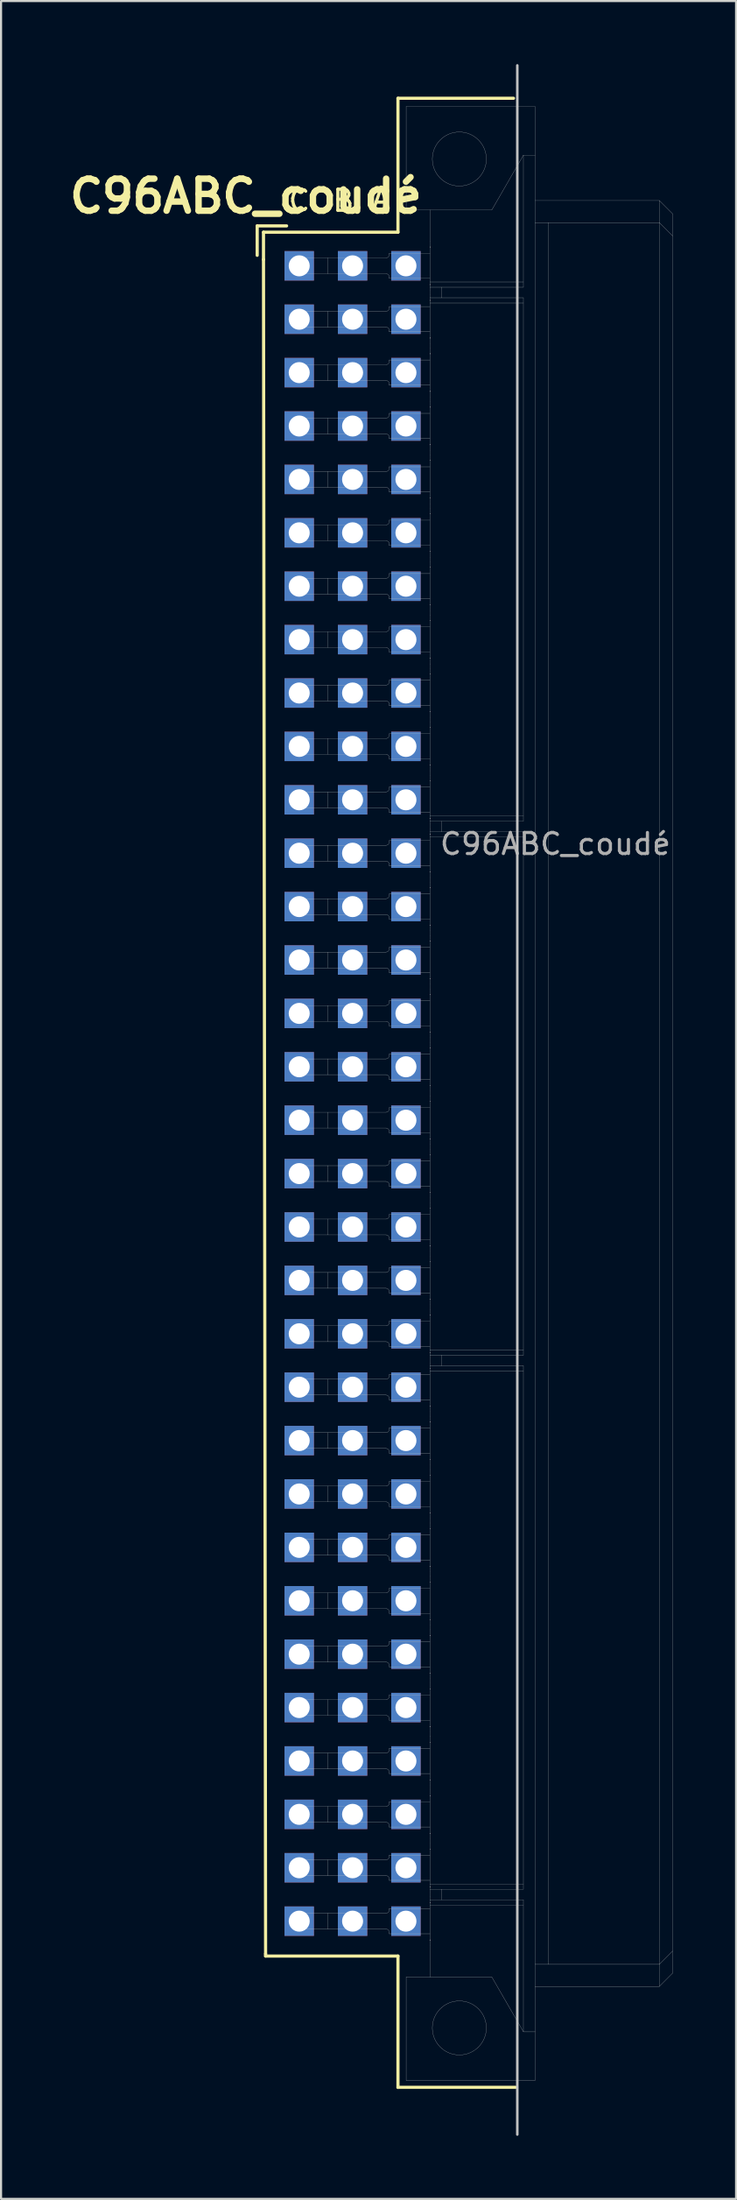
<source format=kicad_pcb>
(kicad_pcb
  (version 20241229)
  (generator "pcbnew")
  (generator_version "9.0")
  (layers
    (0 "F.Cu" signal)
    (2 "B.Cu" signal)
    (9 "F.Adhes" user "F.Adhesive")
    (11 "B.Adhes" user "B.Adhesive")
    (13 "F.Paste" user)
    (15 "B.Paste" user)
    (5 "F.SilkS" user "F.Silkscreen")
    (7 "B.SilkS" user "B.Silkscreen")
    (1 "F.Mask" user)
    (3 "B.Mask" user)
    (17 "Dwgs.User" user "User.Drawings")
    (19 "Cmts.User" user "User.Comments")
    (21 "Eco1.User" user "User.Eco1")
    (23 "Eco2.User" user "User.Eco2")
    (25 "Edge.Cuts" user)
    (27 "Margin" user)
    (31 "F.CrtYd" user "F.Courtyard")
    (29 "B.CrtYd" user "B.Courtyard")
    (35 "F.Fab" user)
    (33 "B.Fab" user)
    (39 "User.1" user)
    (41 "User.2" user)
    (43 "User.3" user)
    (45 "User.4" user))
  (footprint "C96ABC_coudé"
    (layer "F.Cu")
    (at 11.191 9.595)
    (property "Reference" "C96ABC_coudé" (at -2.54 -3.312 180) (layer "F.SilkS") (effects (font (size 1.524 1.524) (thickness 0.305))))
    (attr through_hole)
    (fp_line (start -2 -1.9) (end -0.6 -1.9) (stroke (width 0.15) (type solid)) (layer "F.SilkS"))
    (fp_line (start -2 -0.5) (end -2 -1.9) (stroke (width 0.15) (type solid)) (layer "F.SilkS"))
    (fp_line (start -1.7 -1.6) (end -1.7 -0.3) (stroke (width 0.15) (type solid)) (layer "F.SilkS"))
    (fp_line (start -1.7 -0.3) (end -1.6 80.3) (stroke (width 0.15) (type solid)) (layer "F.SilkS"))
    (fp_line (start -1.6 80.3) (end -1.6 80.4) (stroke (width 0.15) (type solid)) (layer "F.SilkS"))
    (fp_line (start -1.6 80.4) (end 4.7 80.4) (stroke (width 0.15) (type solid)) (layer "F.SilkS"))
    (fp_line (start 4.7 -7.97) (end 4.7 -1.6) (stroke (width 0.15) (type solid)) (layer "F.SilkS"))
    (fp_line (start 4.7 -1.6) (end -1.7 -1.6) (stroke (width 0.15) (type solid)) (layer "F.SilkS"))
    (fp_line (start 4.7 80.4) (end 4.7 86.645) (stroke (width 0.15) (type solid)) (layer "F.SilkS"))
    (fp_line (start 4.7 86.645) (end 10.3 86.645) (stroke (width 0.15) (type solid)) (layer "F.SilkS"))
    (fp_line (start 10.2 -7.97) (end 4.7 -7.97) (stroke (width 0.15) (type solid)) (layer "F.SilkS"))
    (fp_line (start -0.148 -0.376) (end 1.352 -0.376) (stroke (width 0.01) (type solid)) (layer "Dwgs.User"))
    (fp_line (start -0.148 0.374) (end -0.148 -0.376) (stroke (width 0.01) (type solid)) (layer "Dwgs.User"))
    (fp_line (start -0.148 2.164) (end 1.352 2.164) (stroke (width 0.01) (type solid)) (layer "Dwgs.User"))
    (fp_line (start -0.148 2.914) (end -0.148 2.164) (stroke (width 0.01) (type solid)) (layer "Dwgs.User"))
    (fp_line (start -0.148 4.704) (end 1.352 4.704) (stroke (width 0.01) (type solid)) (layer "Dwgs.User"))
    (fp_line (start -0.148 5.454) (end -0.148 4.704) (stroke (width 0.01) (type solid)) (layer "Dwgs.User"))
    (fp_line (start -0.148 7.244) (end 1.352 7.244) (stroke (width 0.01) (type solid)) (layer "Dwgs.User"))
    (fp_line (start -0.148 7.994) (end -0.148 7.244) (stroke (width 0.01) (type solid)) (layer "Dwgs.User"))
    (fp_line (start -0.148 9.784) (end 1.352 9.784) (stroke (width 0.01) (type solid)) (layer "Dwgs.User"))
    (fp_line (start -0.148 10.534) (end -0.148 9.784) (stroke (width 0.01) (type solid)) (layer "Dwgs.User"))
    (fp_line (start -0.148 12.324) (end 1.352 12.324) (stroke (width 0.01) (type solid)) (layer "Dwgs.User"))
    (fp_line (start -0.148 13.074) (end -0.148 12.324) (stroke (width 0.01) (type solid)) (layer "Dwgs.User"))
    (fp_line (start -0.148 14.864) (end 1.352 14.864) (stroke (width 0.01) (type solid)) (layer "Dwgs.User"))
    (fp_line (start -0.148 15.614) (end -0.148 14.864) (stroke (width 0.01) (type solid)) (layer "Dwgs.User"))
    (fp_line (start -0.148 17.404) (end 1.352 17.404) (stroke (width 0.01) (type solid)) (layer "Dwgs.User"))
    (fp_line (start -0.148 18.154) (end -0.148 17.404) (stroke (width 0.01) (type solid)) (layer "Dwgs.User"))
    (fp_line (start -0.148 19.944) (end 1.352 19.944) (stroke (width 0.01) (type solid)) (layer "Dwgs.User"))
    (fp_line (start -0.148 20.694) (end -0.148 19.944) (stroke (width 0.01) (type solid)) (layer "Dwgs.User"))
    (fp_line (start -0.148 22.484) (end 1.352 22.484) (stroke (width 0.01) (type solid)) (layer "Dwgs.User"))
    (fp_line (start -0.148 23.234) (end -0.148 22.484) (stroke (width 0.01) (type solid)) (layer "Dwgs.User"))
    (fp_line (start -0.148 25.024) (end 1.352 25.024) (stroke (width 0.01) (type solid)) (layer "Dwgs.User"))
    (fp_line (start -0.148 25.774) (end -0.148 25.024) (stroke (width 0.01) (type solid)) (layer "Dwgs.User"))
    (fp_line (start -0.148 27.564) (end 1.352 27.564) (stroke (width 0.01) (type solid)) (layer "Dwgs.User"))
    (fp_line (start -0.148 28.314) (end -0.148 27.564) (stroke (width 0.01) (type solid)) (layer "Dwgs.User"))
    (fp_line (start -0.148 30.104) (end 1.352 30.104) (stroke (width 0.01) (type solid)) (layer "Dwgs.User"))
    (fp_line (start -0.148 30.854) (end -0.148 30.104) (stroke (width 0.01) (type solid)) (layer "Dwgs.User"))
    (fp_line (start -0.148 32.644) (end 1.352 32.644) (stroke (width 0.01) (type solid)) (layer "Dwgs.User"))
    (fp_line (start -0.148 33.394) (end -0.148 32.644) (stroke (width 0.01) (type solid)) (layer "Dwgs.User"))
    (fp_line (start -0.148 35.184) (end 1.352 35.184) (stroke (width 0.01) (type solid)) (layer "Dwgs.User"))
    (fp_line (start -0.148 35.934) (end -0.148 35.184) (stroke (width 0.01) (type solid)) (layer "Dwgs.User"))
    (fp_line (start -0.148 37.724) (end 1.352 37.724) (stroke (width 0.01) (type solid)) (layer "Dwgs.User"))
    (fp_line (start -0.148 38.474) (end -0.148 37.724) (stroke (width 0.01) (type solid)) (layer "Dwgs.User"))
    (fp_line (start -0.148 40.264) (end 1.352 40.264) (stroke (width 0.01) (type solid)) (layer "Dwgs.User"))
    (fp_line (start -0.148 41.014) (end -0.148 40.264) (stroke (width 0.01) (type solid)) (layer "Dwgs.User"))
    (fp_line (start -0.148 42.804) (end 1.352 42.804) (stroke (width 0.01) (type solid)) (layer "Dwgs.User"))
    (fp_line (start -0.148 43.554) (end -0.148 42.804) (stroke (width 0.01) (type solid)) (layer "Dwgs.User"))
    (fp_line (start -0.148 45.344) (end 1.352 45.344) (stroke (width 0.01) (type solid)) (layer "Dwgs.User"))
    (fp_line (start -0.148 46.094) (end -0.148 45.344) (stroke (width 0.01) (type solid)) (layer "Dwgs.User"))
    (fp_line (start -0.148 47.884) (end 1.352 47.884) (stroke (width 0.01) (type solid)) (layer "Dwgs.User"))
    (fp_line (start -0.148 48.634) (end -0.148 47.884) (stroke (width 0.01) (type solid)) (layer "Dwgs.User"))
    (fp_line (start -0.148 50.424) (end 1.352 50.424) (stroke (width 0.01) (type solid)) (layer "Dwgs.User"))
    (fp_line (start -0.148 51.174) (end -0.148 50.424) (stroke (width 0.01) (type solid)) (layer "Dwgs.User"))
    (fp_line (start -0.148 52.964) (end 1.352 52.964) (stroke (width 0.01) (type solid)) (layer "Dwgs.User"))
    (fp_line (start -0.148 53.714) (end -0.148 52.964) (stroke (width 0.01) (type solid)) (layer "Dwgs.User"))
    (fp_line (start -0.148 55.504) (end 1.352 55.504) (stroke (width 0.01) (type solid)) (layer "Dwgs.User"))
    (fp_line (start -0.148 56.254) (end -0.148 55.504) (stroke (width 0.01) (type solid)) (layer "Dwgs.User"))
    (fp_line (start -0.148 58.044) (end 1.352 58.044) (stroke (width 0.01) (type solid)) (layer "Dwgs.User"))
    (fp_line (start -0.148 58.794) (end -0.148 58.044) (stroke (width 0.01) (type solid)) (layer "Dwgs.User"))
    (fp_line (start -0.148 60.584) (end 1.352 60.584) (stroke (width 0.01) (type solid)) (layer "Dwgs.User"))
    (fp_line (start -0.148 61.334) (end -0.148 60.584) (stroke (width 0.01) (type solid)) (layer "Dwgs.User"))
    (fp_line (start -0.148 63.124) (end 1.352 63.124) (stroke (width 0.01) (type solid)) (layer "Dwgs.User"))
    (fp_line (start -0.148 63.874) (end -0.148 63.124) (stroke (width 0.01) (type solid)) (layer "Dwgs.User"))
    (fp_line (start -0.148 65.664) (end 1.352 65.664) (stroke (width 0.01) (type solid)) (layer "Dwgs.User"))
    (fp_line (start -0.148 66.414) (end -0.148 65.664) (stroke (width 0.01) (type solid)) (layer "Dwgs.User"))
    (fp_line (start -0.148 68.204) (end 1.352 68.204) (stroke (width 0.01) (type solid)) (layer "Dwgs.User"))
    (fp_line (start -0.148 68.954) (end -0.148 68.204) (stroke (width 0.01) (type solid)) (layer "Dwgs.User"))
    (fp_line (start -0.148 70.744) (end 1.352 70.744) (stroke (width 0.01) (type solid)) (layer "Dwgs.User"))
    (fp_line (start -0.148 71.494) (end -0.148 70.744) (stroke (width 0.01) (type solid)) (layer "Dwgs.User"))
    (fp_line (start -0.148 73.284) (end 1.352 73.284) (stroke (width 0.01) (type solid)) (layer "Dwgs.User"))
    (fp_line (start -0.148 74.034) (end -0.148 73.284) (stroke (width 0.01) (type solid)) (layer "Dwgs.User"))
    (fp_line (start -0.148 75.824) (end 1.352 75.824) (stroke (width 0.01) (type solid)) (layer "Dwgs.User"))
    (fp_line (start -0.148 76.574) (end -0.148 75.824) (stroke (width 0.01) (type solid)) (layer "Dwgs.User"))
    (fp_line (start -0.148 78.364) (end 1.352 78.364) (stroke (width 0.01) (type solid)) (layer "Dwgs.User"))
    (fp_line (start -0.148 79.114) (end -0.148 78.364) (stroke (width 0.01) (type solid)) (layer "Dwgs.User"))
    (fp_line (start 1.352 -0.376) (end 1.352 0.374) (stroke (width 0.01) (type solid)) (layer "Dwgs.User"))
    (fp_line (start 1.352 -0.376) (end 4.132 -0.376) (stroke (width 0.01) (type solid)) (layer "Dwgs.User"))
    (fp_line (start 1.352 0.374) (end -0.148 0.374) (stroke (width 0.01) (type solid)) (layer "Dwgs.User"))
    (fp_line (start 1.352 2.164) (end 1.352 2.914) (stroke (width 0.01) (type solid)) (layer "Dwgs.User"))
    (fp_line (start 1.352 2.164) (end 4.132 2.164) (stroke (width 0.01) (type solid)) (layer "Dwgs.User"))
    (fp_line (start 1.352 2.914) (end -0.148 2.914) (stroke (width 0.01) (type solid)) (layer "Dwgs.User"))
    (fp_line (start 1.352 4.704) (end 1.352 5.454) (stroke (width 0.01) (type solid)) (layer "Dwgs.User"))
    (fp_line (start 1.352 4.704) (end 4.132 4.704) (stroke (width 0.01) (type solid)) (layer "Dwgs.User"))
    (fp_line (start 1.352 5.454) (end -0.148 5.454) (stroke (width 0.01) (type solid)) (layer "Dwgs.User"))
    (fp_line (start 1.352 7.244) (end 1.352 7.994) (stroke (width 0.01) (type solid)) (layer "Dwgs.User"))
    (fp_line (start 1.352 7.244) (end 4.132 7.244) (stroke (width 0.01) (type solid)) (layer "Dwgs.User"))
    (fp_line (start 1.352 7.994) (end -0.148 7.994) (stroke (width 0.01) (type solid)) (layer "Dwgs.User"))
    (fp_line (start 1.352 9.784) (end 1.352 10.534) (stroke (width 0.01) (type solid)) (layer "Dwgs.User"))
    (fp_line (start 1.352 9.784) (end 4.132 9.784) (stroke (width 0.01) (type solid)) (layer "Dwgs.User"))
    (fp_line (start 1.352 10.534) (end -0.148 10.534) (stroke (width 0.01) (type solid)) (layer "Dwgs.User"))
    (fp_line (start 1.352 12.324) (end 1.352 13.074) (stroke (width 0.01) (type solid)) (layer "Dwgs.User"))
    (fp_line (start 1.352 12.324) (end 4.132 12.324) (stroke (width 0.01) (type solid)) (layer "Dwgs.User"))
    (fp_line (start 1.352 13.074) (end -0.148 13.074) (stroke (width 0.01) (type solid)) (layer "Dwgs.User"))
    (fp_line (start 1.352 14.864) (end 1.352 15.614) (stroke (width 0.01) (type solid)) (layer "Dwgs.User"))
    (fp_line (start 1.352 14.864) (end 4.132 14.864) (stroke (width 0.01) (type solid)) (layer "Dwgs.User"))
    (fp_line (start 1.352 15.614) (end -0.148 15.614) (stroke (width 0.01) (type solid)) (layer "Dwgs.User"))
    (fp_line (start 1.352 17.404) (end 1.352 18.154) (stroke (width 0.01) (type solid)) (layer "Dwgs.User"))
    (fp_line (start 1.352 17.404) (end 4.132 17.404) (stroke (width 0.01) (type solid)) (layer "Dwgs.User"))
    (fp_line (start 1.352 18.154) (end -0.148 18.154) (stroke (width 0.01) (type solid)) (layer "Dwgs.User"))
    (fp_line (start 1.352 19.944) (end 1.352 20.694) (stroke (width 0.01) (type solid)) (layer "Dwgs.User"))
    (fp_line (start 1.352 19.944) (end 4.132 19.944) (stroke (width 0.01) (type solid)) (layer "Dwgs.User"))
    (fp_line (start 1.352 20.694) (end -0.148 20.694) (stroke (width 0.01) (type solid)) (layer "Dwgs.User"))
    (fp_line (start 1.352 22.484) (end 1.352 23.234) (stroke (width 0.01) (type solid)) (layer "Dwgs.User"))
    (fp_line (start 1.352 22.484) (end 4.132 22.484) (stroke (width 0.01) (type solid)) (layer "Dwgs.User"))
    (fp_line (start 1.352 23.234) (end -0.148 23.234) (stroke (width 0.01) (type solid)) (layer "Dwgs.User"))
    (fp_line (start 1.352 25.024) (end 1.352 25.774) (stroke (width 0.01) (type solid)) (layer "Dwgs.User"))
    (fp_line (start 1.352 25.024) (end 4.132 25.024) (stroke (width 0.01) (type solid)) (layer "Dwgs.User"))
    (fp_line (start 1.352 25.774) (end -0.148 25.774) (stroke (width 0.01) (type solid)) (layer "Dwgs.User"))
    (fp_line (start 1.352 27.564) (end 1.352 28.314) (stroke (width 0.01) (type solid)) (layer "Dwgs.User"))
    (fp_line (start 1.352 27.564) (end 4.132 27.564) (stroke (width 0.01) (type solid)) (layer "Dwgs.User"))
    (fp_line (start 1.352 28.314) (end -0.148 28.314) (stroke (width 0.01) (type solid)) (layer "Dwgs.User"))
    (fp_line (start 1.352 30.104) (end 1.352 30.854) (stroke (width 0.01) (type solid)) (layer "Dwgs.User"))
    (fp_line (start 1.352 30.104) (end 4.132 30.104) (stroke (width 0.01) (type solid)) (layer "Dwgs.User"))
    (fp_line (start 1.352 30.854) (end -0.148 30.854) (stroke (width 0.01) (type solid)) (layer "Dwgs.User"))
    (fp_line (start 1.352 32.644) (end 1.352 33.394) (stroke (width 0.01) (type solid)) (layer "Dwgs.User"))
    (fp_line (start 1.352 32.644) (end 4.132 32.644) (stroke (width 0.01) (type solid)) (layer "Dwgs.User"))
    (fp_line (start 1.352 33.394) (end -0.148 33.394) (stroke (width 0.01) (type solid)) (layer "Dwgs.User"))
    (fp_line (start 1.352 35.184) (end 1.352 35.934) (stroke (width 0.01) (type solid)) (layer "Dwgs.User"))
    (fp_line (start 1.352 35.184) (end 4.132 35.184) (stroke (width 0.01) (type solid)) (layer "Dwgs.User"))
    (fp_line (start 1.352 35.934) (end -0.148 35.934) (stroke (width 0.01) (type solid)) (layer "Dwgs.User"))
    (fp_line (start 1.352 37.724) (end 1.352 38.474) (stroke (width 0.01) (type solid)) (layer "Dwgs.User"))
    (fp_line (start 1.352 37.724) (end 4.132 37.724) (stroke (width 0.01) (type solid)) (layer "Dwgs.User"))
    (fp_line (start 1.352 38.474) (end -0.148 38.474) (stroke (width 0.01) (type solid)) (layer "Dwgs.User"))
    (fp_line (start 1.352 40.264) (end 1.352 41.014) (stroke (width 0.01) (type solid)) (layer "Dwgs.User"))
    (fp_line (start 1.352 40.264) (end 4.132 40.264) (stroke (width 0.01) (type solid)) (layer "Dwgs.User"))
    (fp_line (start 1.352 41.014) (end -0.148 41.014) (stroke (width 0.01) (type solid)) (layer "Dwgs.User"))
    (fp_line (start 1.352 42.804) (end 1.352 43.554) (stroke (width 0.01) (type solid)) (layer "Dwgs.User"))
    (fp_line (start 1.352 42.804) (end 4.132 42.804) (stroke (width 0.01) (type solid)) (layer "Dwgs.User"))
    (fp_line (start 1.352 43.554) (end -0.148 43.554) (stroke (width 0.01) (type solid)) (layer "Dwgs.User"))
    (fp_line (start 1.352 45.344) (end 1.352 46.094) (stroke (width 0.01) (type solid)) (layer "Dwgs.User"))
    (fp_line (start 1.352 45.344) (end 4.132 45.344) (stroke (width 0.01) (type solid)) (layer "Dwgs.User"))
    (fp_line (start 1.352 46.094) (end -0.148 46.094) (stroke (width 0.01) (type solid)) (layer "Dwgs.User"))
    (fp_line (start 1.352 47.884) (end 1.352 48.634) (stroke (width 0.01) (type solid)) (layer "Dwgs.User"))
    (fp_line (start 1.352 47.884) (end 4.132 47.884) (stroke (width 0.01) (type solid)) (layer "Dwgs.User"))
    (fp_line (start 1.352 48.634) (end -0.148 48.634) (stroke (width 0.01) (type solid)) (layer "Dwgs.User"))
    (fp_line (start 1.352 50.424) (end 1.352 51.174) (stroke (width 0.01) (type solid)) (layer "Dwgs.User"))
    (fp_line (start 1.352 50.424) (end 4.132 50.424) (stroke (width 0.01) (type solid)) (layer "Dwgs.User"))
    (fp_line (start 1.352 51.174) (end -0.148 51.174) (stroke (width 0.01) (type solid)) (layer "Dwgs.User"))
    (fp_line (start 1.352 52.964) (end 1.352 53.714) (stroke (width 0.01) (type solid)) (layer "Dwgs.User"))
    (fp_line (start 1.352 52.964) (end 4.132 52.964) (stroke (width 0.01) (type solid)) (layer "Dwgs.User"))
    (fp_line (start 1.352 53.714) (end -0.148 53.714) (stroke (width 0.01) (type solid)) (layer "Dwgs.User"))
    (fp_line (start 1.352 55.504) (end 1.352 56.254) (stroke (width 0.01) (type solid)) (layer "Dwgs.User"))
    (fp_line (start 1.352 55.504) (end 4.132 55.504) (stroke (width 0.01) (type solid)) (layer "Dwgs.User"))
    (fp_line (start 1.352 56.254) (end -0.148 56.254) (stroke (width 0.01) (type solid)) (layer "Dwgs.User"))
    (fp_line (start 1.352 58.044) (end 1.352 58.794) (stroke (width 0.01) (type solid)) (layer "Dwgs.User"))
    (fp_line (start 1.352 58.044) (end 4.132 58.044) (stroke (width 0.01) (type solid)) (layer "Dwgs.User"))
    (fp_line (start 1.352 58.794) (end -0.148 58.794) (stroke (width 0.01) (type solid)) (layer "Dwgs.User"))
    (fp_line (start 1.352 60.584) (end 1.352 61.334) (stroke (width 0.01) (type solid)) (layer "Dwgs.User"))
    (fp_line (start 1.352 60.584) (end 4.132 60.584) (stroke (width 0.01) (type solid)) (layer "Dwgs.User"))
    (fp_line (start 1.352 61.334) (end -0.148 61.334) (stroke (width 0.01) (type solid)) (layer "Dwgs.User"))
    (fp_line (start 1.352 63.124) (end 1.352 63.874) (stroke (width 0.01) (type solid)) (layer "Dwgs.User"))
    (fp_line (start 1.352 63.124) (end 4.132 63.124) (stroke (width 0.01) (type solid)) (layer "Dwgs.User"))
    (fp_line (start 1.352 63.874) (end -0.148 63.874) (stroke (width 0.01) (type solid)) (layer "Dwgs.User"))
    (fp_line (start 1.352 65.664) (end 1.352 66.414) (stroke (width 0.01) (type solid)) (layer "Dwgs.User"))
    (fp_line (start 1.352 65.664) (end 4.132 65.664) (stroke (width 0.01) (type solid)) (layer "Dwgs.User"))
    (fp_line (start 1.352 66.414) (end -0.148 66.414) (stroke (width 0.01) (type solid)) (layer "Dwgs.User"))
    (fp_line (start 1.352 68.204) (end 1.352 68.954) (stroke (width 0.01) (type solid)) (layer "Dwgs.User"))
    (fp_line (start 1.352 68.204) (end 4.132 68.204) (stroke (width 0.01) (type solid)) (layer "Dwgs.User"))
    (fp_line (start 1.352 68.954) (end -0.148 68.954) (stroke (width 0.01) (type solid)) (layer "Dwgs.User"))
    (fp_line (start 1.352 70.744) (end 1.352 71.494) (stroke (width 0.01) (type solid)) (layer "Dwgs.User"))
    (fp_line (start 1.352 70.744) (end 4.132 70.744) (stroke (width 0.01) (type solid)) (layer "Dwgs.User"))
    (fp_line (start 1.352 71.494) (end -0.148 71.494) (stroke (width 0.01) (type solid)) (layer "Dwgs.User"))
    (fp_line (start 1.352 73.284) (end 1.352 74.034) (stroke (width 0.01) (type solid)) (layer "Dwgs.User"))
    (fp_line (start 1.352 73.284) (end 4.132 73.284) (stroke (width 0.01) (type solid)) (layer "Dwgs.User"))
    (fp_line (start 1.352 74.034) (end -0.148 74.034) (stroke (width 0.01) (type solid)) (layer "Dwgs.User"))
    (fp_line (start 1.352 75.824) (end 1.352 76.574) (stroke (width 0.01) (type solid)) (layer "Dwgs.User"))
    (fp_line (start 1.352 75.824) (end 4.132 75.824) (stroke (width 0.01) (type solid)) (layer "Dwgs.User"))
    (fp_line (start 1.352 76.574) (end -0.148 76.574) (stroke (width 0.01) (type solid)) (layer "Dwgs.User"))
    (fp_line (start 1.352 78.364) (end 1.352 79.114) (stroke (width 0.01) (type solid)) (layer "Dwgs.User"))
    (fp_line (start 1.352 78.364) (end 4.132 78.364) (stroke (width 0.01) (type solid)) (layer "Dwgs.User"))
    (fp_line (start 1.352 79.114) (end -0.148 79.114) (stroke (width 0.01) (type solid)) (layer "Dwgs.User"))
    (fp_line (start 2.392 15.614) (end 2.392 15.614) (stroke (width 0.01) (type solid)) (layer "Dwgs.User"))
    (fp_line (start 2.392 35.934) (end 2.392 35.934) (stroke (width 0.01) (type solid)) (layer "Dwgs.User"))
    (fp_line (start 2.392 56.254) (end 2.392 56.254) (stroke (width 0.01) (type solid)) (layer "Dwgs.User"))
    (fp_line (start 2.392 76.574) (end 2.392 76.574) (stroke (width 0.01) (type solid)) (layer "Dwgs.User"))
    (fp_line (start 4.132 0.374) (end 1.352 0.374) (stroke (width 0.01) (type solid)) (layer "Dwgs.User"))
    (fp_line (start 4.132 2.914) (end 1.352 2.914) (stroke (width 0.01) (type solid)) (layer "Dwgs.User"))
    (fp_line (start 4.132 5.454) (end 1.352 5.454) (stroke (width 0.01) (type solid)) (layer "Dwgs.User"))
    (fp_line (start 4.132 7.994) (end 1.352 7.994) (stroke (width 0.01) (type solid)) (layer "Dwgs.User"))
    (fp_line (start 4.132 10.534) (end 1.352 10.534) (stroke (width 0.01) (type solid)) (layer "Dwgs.User"))
    (fp_line (start 4.132 13.074) (end 1.352 13.074) (stroke (width 0.01) (type solid)) (layer "Dwgs.User"))
    (fp_line (start 4.132 15.614) (end 1.352 15.614) (stroke (width 0.01) (type solid)) (layer "Dwgs.User"))
    (fp_line (start 4.132 18.154) (end 1.352 18.154) (stroke (width 0.01) (type solid)) (layer "Dwgs.User"))
    (fp_line (start 4.132 20.694) (end 1.352 20.694) (stroke (width 0.01) (type solid)) (layer "Dwgs.User"))
    (fp_line (start 4.132 23.234) (end 1.352 23.234) (stroke (width 0.01) (type solid)) (layer "Dwgs.User"))
    (fp_line (start 4.132 25.774) (end 1.352 25.774) (stroke (width 0.01) (type solid)) (layer "Dwgs.User"))
    (fp_line (start 4.132 28.314) (end 1.352 28.314) (stroke (width 0.01) (type solid)) (layer "Dwgs.User"))
    (fp_line (start 4.132 30.854) (end 1.352 30.854) (stroke (width 0.01) (type solid)) (layer "Dwgs.User"))
    (fp_line (start 4.132 33.394) (end 1.352 33.394) (stroke (width 0.01) (type solid)) (layer "Dwgs.User"))
    (fp_line (start 4.132 35.934) (end 1.352 35.934) (stroke (width 0.01) (type solid)) (layer "Dwgs.User"))
    (fp_line (start 4.132 38.474) (end 1.352 38.474) (stroke (width 0.01) (type solid)) (layer "Dwgs.User"))
    (fp_line (start 4.132 41.014) (end 1.352 41.014) (stroke (width 0.01) (type solid)) (layer "Dwgs.User"))
    (fp_line (start 4.132 43.554) (end 1.352 43.554) (stroke (width 0.01) (type solid)) (layer "Dwgs.User"))
    (fp_line (start 4.132 46.094) (end 1.352 46.094) (stroke (width 0.01) (type solid)) (layer "Dwgs.User"))
    (fp_line (start 4.132 48.634) (end 1.352 48.634) (stroke (width 0.01) (type solid)) (layer "Dwgs.User"))
    (fp_line (start 4.132 51.174) (end 1.352 51.174) (stroke (width 0.01) (type solid)) (layer "Dwgs.User"))
    (fp_line (start 4.132 53.714) (end 1.352 53.714) (stroke (width 0.01) (type solid)) (layer "Dwgs.User"))
    (fp_line (start 4.132 56.254) (end 1.352 56.254) (stroke (width 0.01) (type solid)) (layer "Dwgs.User"))
    (fp_line (start 4.132 58.794) (end 1.352 58.794) (stroke (width 0.01) (type solid)) (layer "Dwgs.User"))
    (fp_line (start 4.132 61.334) (end 1.352 61.334) (stroke (width 0.01) (type solid)) (layer "Dwgs.User"))
    (fp_line (start 4.132 63.874) (end 1.352 63.874) (stroke (width 0.01) (type solid)) (layer "Dwgs.User"))
    (fp_line (start 4.132 66.414) (end 1.352 66.414) (stroke (width 0.01) (type solid)) (layer "Dwgs.User"))
    (fp_line (start 4.132 68.954) (end 1.352 68.954) (stroke (width 0.01) (type solid)) (layer "Dwgs.User"))
    (fp_line (start 4.132 71.494) (end 1.352 71.494) (stroke (width 0.01) (type solid)) (layer "Dwgs.User"))
    (fp_line (start 4.132 74.034) (end 1.352 74.034) (stroke (width 0.01) (type solid)) (layer "Dwgs.User"))
    (fp_line (start 4.132 76.574) (end 1.352 76.574) (stroke (width 0.01) (type solid)) (layer "Dwgs.User"))
    (fp_line (start 4.132 79.114) (end 1.352 79.114) (stroke (width 0.01) (type solid)) (layer "Dwgs.User"))
    (fp_line (start 4.282 -0.601) (end 4.282 -0.526) (stroke (width 0.01) (type solid)) (layer "Dwgs.User"))
    (fp_line (start 4.282 0.524) (end 4.282 0.599) (stroke (width 0.01) (type solid)) (layer "Dwgs.User"))
    (fp_line (start 4.282 0.599) (end 6.221 0.599) (stroke (width 0.01) (type solid)) (layer "Dwgs.User"))
    (fp_line (start 4.282 1.939) (end 4.282 2.014) (stroke (width 0.01) (type solid)) (layer "Dwgs.User"))
    (fp_line (start 4.282 3.064) (end 4.282 3.139) (stroke (width 0.01) (type solid)) (layer "Dwgs.User"))
    (fp_line (start 4.282 3.139) (end 6.221 3.139) (stroke (width 0.01) (type solid)) (layer "Dwgs.User"))
    (fp_line (start 4.282 4.479) (end 4.282 4.554) (stroke (width 0.01) (type solid)) (layer "Dwgs.User"))
    (fp_line (start 4.282 5.604) (end 4.282 5.679) (stroke (width 0.01) (type solid)) (layer "Dwgs.User"))
    (fp_line (start 4.282 5.679) (end 6.221 5.679) (stroke (width 0.01) (type solid)) (layer "Dwgs.User"))
    (fp_line (start 4.282 7.019) (end 4.282 7.094) (stroke (width 0.01) (type solid)) (layer "Dwgs.User"))
    (fp_line (start 4.282 8.144) (end 4.282 8.219) (stroke (width 0.01) (type solid)) (layer "Dwgs.User"))
    (fp_line (start 4.282 8.219) (end 6.221 8.219) (stroke (width 0.01) (type solid)) (layer "Dwgs.User"))
    (fp_line (start 4.282 9.559) (end 4.282 9.634) (stroke (width 0.01) (type solid)) (layer "Dwgs.User"))
    (fp_line (start 4.282 10.684) (end 4.282 10.759) (stroke (width 0.01) (type solid)) (layer "Dwgs.User"))
    (fp_line (start 4.282 10.759) (end 6.221 10.759) (stroke (width 0.01) (type solid)) (layer "Dwgs.User"))
    (fp_line (start 4.282 12.099) (end 4.282 12.174) (stroke (width 0.01) (type solid)) (layer "Dwgs.User"))
    (fp_line (start 4.282 13.224) (end 4.282 13.299) (stroke (width 0.01) (type solid)) (layer "Dwgs.User"))
    (fp_line (start 4.282 13.299) (end 4.282 13.299) (stroke (width 0.01) (type solid)) (layer "Dwgs.User"))
    (fp_line (start 4.282 13.299) (end 6.221 13.299) (stroke (width 0.01) (type solid)) (layer "Dwgs.User"))
    (fp_line (start 4.282 13.299) (end 4.282 13.299) (stroke (width 0.01) (type solid)) (layer "Dwgs.User"))
    (fp_line (start 4.282 14.639) (end 4.282 14.714) (stroke (width 0.01) (type solid)) (layer "Dwgs.User"))
    (fp_line (start 4.282 15.764) (end 4.282 15.839) (stroke (width 0.01) (type solid)) (layer "Dwgs.User"))
    (fp_line (start 4.282 15.839) (end 6.221 15.839) (stroke (width 0.01) (type solid)) (layer "Dwgs.User"))
    (fp_line (start 4.282 17.179) (end 4.282 17.254) (stroke (width 0.01) (type solid)) (layer "Dwgs.User"))
    (fp_line (start 4.282 18.304) (end 4.282 18.379) (stroke (width 0.01) (type solid)) (layer "Dwgs.User"))
    (fp_line (start 4.282 18.379) (end 6.221 18.379) (stroke (width 0.01) (type solid)) (layer "Dwgs.User"))
    (fp_line (start 4.282 19.719) (end 4.282 19.794) (stroke (width 0.01) (type solid)) (layer "Dwgs.User"))
    (fp_line (start 4.282 20.844) (end 4.282 20.919) (stroke (width 0.01) (type solid)) (layer "Dwgs.User"))
    (fp_line (start 4.282 20.919) (end 6.221 20.919) (stroke (width 0.01) (type solid)) (layer "Dwgs.User"))
    (fp_line (start 4.282 22.259) (end 4.282 22.334) (stroke (width 0.01) (type solid)) (layer "Dwgs.User"))
    (fp_line (start 4.282 23.384) (end 4.282 23.459) (stroke (width 0.01) (type solid)) (layer "Dwgs.User"))
    (fp_line (start 4.282 23.459) (end 6.221 23.459) (stroke (width 0.01) (type solid)) (layer "Dwgs.User"))
    (fp_line (start 4.282 24.799) (end 4.282 24.874) (stroke (width 0.01) (type solid)) (layer "Dwgs.User"))
    (fp_line (start 4.282 25.924) (end 4.282 25.999) (stroke (width 0.01) (type solid)) (layer "Dwgs.User"))
    (fp_line (start 4.282 25.999) (end 6.221 25.999) (stroke (width 0.01) (type solid)) (layer "Dwgs.User"))
    (fp_line (start 4.282 27.339) (end 4.282 27.414) (stroke (width 0.01) (type solid)) (layer "Dwgs.User"))
    (fp_line (start 4.282 28.464) (end 4.282 28.539) (stroke (width 0.01) (type solid)) (layer "Dwgs.User"))
    (fp_line (start 4.282 28.539) (end 6.221 28.539) (stroke (width 0.01) (type solid)) (layer "Dwgs.User"))
    (fp_line (start 4.282 29.879) (end 4.282 29.954) (stroke (width 0.01) (type solid)) (layer "Dwgs.User"))
    (fp_line (start 4.282 31.004) (end 4.282 31.079) (stroke (width 0.01) (type solid)) (layer "Dwgs.User"))
    (fp_line (start 4.282 31.079) (end 6.221 31.079) (stroke (width 0.01) (type solid)) (layer "Dwgs.User"))
    (fp_line (start 4.282 32.419) (end 4.282 32.494) (stroke (width 0.01) (type solid)) (layer "Dwgs.User"))
    (fp_line (start 4.282 33.544) (end 4.282 33.619) (stroke (width 0.01) (type solid)) (layer "Dwgs.User"))
    (fp_line (start 4.282 33.619) (end 4.282 33.619) (stroke (width 0.01) (type solid)) (layer "Dwgs.User"))
    (fp_line (start 4.282 33.619) (end 6.221 33.619) (stroke (width 0.01) (type solid)) (layer "Dwgs.User"))
    (fp_line (start 4.282 34.959) (end 4.282 35.034) (stroke (width 0.01) (type solid)) (layer "Dwgs.User"))
    (fp_line (start 4.282 36.084) (end 4.282 36.159) (stroke (width 0.01) (type solid)) (layer "Dwgs.User"))
    (fp_line (start 4.282 36.159) (end 6.221 36.159) (stroke (width 0.01) (type solid)) (layer "Dwgs.User"))
    (fp_line (start 4.282 37.499) (end 4.282 37.574) (stroke (width 0.01) (type solid)) (layer "Dwgs.User"))
    (fp_line (start 4.282 38.624) (end 4.282 38.699) (stroke (width 0.01) (type solid)) (layer "Dwgs.User"))
    (fp_line (start 4.282 38.699) (end 6.221 38.699) (stroke (width 0.01) (type solid)) (layer "Dwgs.User"))
    (fp_line (start 4.282 40.039) (end 4.282 40.114) (stroke (width 0.01) (type solid)) (layer "Dwgs.User"))
    (fp_line (start 4.282 41.164) (end 4.282 41.239) (stroke (width 0.01) (type solid)) (layer "Dwgs.User"))
    (fp_line (start 4.282 41.239) (end 6.221 41.239) (stroke (width 0.01) (type solid)) (layer "Dwgs.User"))
    (fp_line (start 4.282 42.579) (end 4.282 42.654) (stroke (width 0.01) (type solid)) (layer "Dwgs.User"))
    (fp_line (start 4.282 43.704) (end 4.282 43.779) (stroke (width 0.01) (type solid)) (layer "Dwgs.User"))
    (fp_line (start 4.282 43.779) (end 6.221 43.779) (stroke (width 0.01) (type solid)) (layer "Dwgs.User"))
    (fp_line (start 4.282 45.119) (end 4.282 45.194) (stroke (width 0.01) (type solid)) (layer "Dwgs.User"))
    (fp_line (start 4.282 46.244) (end 4.282 46.319) (stroke (width 0.01) (type solid)) (layer "Dwgs.User"))
    (fp_line (start 4.282 46.319) (end 6.221 46.319) (stroke (width 0.01) (type solid)) (layer "Dwgs.User"))
    (fp_line (start 4.282 47.659) (end 4.282 47.734) (stroke (width 0.01) (type solid)) (layer "Dwgs.User"))
    (fp_line (start 4.282 48.784) (end 4.282 48.859) (stroke (width 0.01) (type solid)) (layer "Dwgs.User"))
    (fp_line (start 4.282 48.859) (end 6.221 48.859) (stroke (width 0.01) (type solid)) (layer "Dwgs.User"))
    (fp_line (start 4.282 50.199) (end 4.282 50.274) (stroke (width 0.01) (type solid)) (layer "Dwgs.User"))
    (fp_line (start 4.282 51.324) (end 4.282 51.399) (stroke (width 0.01) (type solid)) (layer "Dwgs.User"))
    (fp_line (start 4.282 51.399) (end 6.221 51.399) (stroke (width 0.01) (type solid)) (layer "Dwgs.User"))
    (fp_line (start 4.282 52.739) (end 4.282 52.814) (stroke (width 0.01) (type solid)) (layer "Dwgs.User"))
    (fp_line (start 4.282 53.864) (end 4.282 53.939) (stroke (width 0.01) (type solid)) (layer "Dwgs.User"))
    (fp_line (start 4.282 53.939) (end 4.282 53.939) (stroke (width 0.01) (type solid)) (layer "Dwgs.User"))
    (fp_line (start 4.282 53.939) (end 6.221 53.939) (stroke (width 0.01) (type solid)) (layer "Dwgs.User"))
    (fp_line (start 4.282 55.279) (end 4.282 55.354) (stroke (width 0.01) (type solid)) (layer "Dwgs.User"))
    (fp_line (start 4.282 56.404) (end 4.282 56.479) (stroke (width 0.01) (type solid)) (layer "Dwgs.User"))
    (fp_line (start 4.282 56.479) (end 6.221 56.479) (stroke (width 0.01) (type solid)) (layer "Dwgs.User"))
    (fp_line (start 4.282 57.819) (end 4.282 57.894) (stroke (width 0.01) (type solid)) (layer "Dwgs.User"))
    (fp_line (start 4.282 58.944) (end 4.282 59.019) (stroke (width 0.01) (type solid)) (layer "Dwgs.User"))
    (fp_line (start 4.282 59.019) (end 6.221 59.019) (stroke (width 0.01) (type solid)) (layer "Dwgs.User"))
    (fp_line (start 4.282 60.359) (end 4.282 60.434) (stroke (width 0.01) (type solid)) (layer "Dwgs.User"))
    (fp_line (start 4.282 61.484) (end 4.282 61.559) (stroke (width 0.01) (type solid)) (layer "Dwgs.User"))
    (fp_line (start 4.282 61.559) (end 6.221 61.559) (stroke (width 0.01) (type solid)) (layer "Dwgs.User"))
    (fp_line (start 4.282 62.899) (end 4.282 62.974) (stroke (width 0.01) (type solid)) (layer "Dwgs.User"))
    (fp_line (start 4.282 64.024) (end 4.282 64.099) (stroke (width 0.01) (type solid)) (layer "Dwgs.User"))
    (fp_line (start 4.282 64.099) (end 6.221 64.099) (stroke (width 0.01) (type solid)) (layer "Dwgs.User"))
    (fp_line (start 4.282 65.439) (end 4.282 65.514) (stroke (width 0.01) (type solid)) (layer "Dwgs.User"))
    (fp_line (start 4.282 66.564) (end 4.282 66.639) (stroke (width 0.01) (type solid)) (layer "Dwgs.User"))
    (fp_line (start 4.282 66.639) (end 6.221 66.639) (stroke (width 0.01) (type solid)) (layer "Dwgs.User"))
    (fp_line (start 4.282 67.979) (end 4.282 68.054) (stroke (width 0.01) (type solid)) (layer "Dwgs.User"))
    (fp_line (start 4.282 69.104) (end 4.282 69.179) (stroke (width 0.01) (type solid)) (layer "Dwgs.User"))
    (fp_line (start 4.282 69.179) (end 6.221 69.179) (stroke (width 0.01) (type solid)) (layer "Dwgs.User"))
    (fp_line (start 4.282 70.519) (end 4.282 70.594) (stroke (width 0.01) (type solid)) (layer "Dwgs.User"))
    (fp_line (start 4.282 71.644) (end 4.282 71.719) (stroke (width 0.01) (type solid)) (layer "Dwgs.User"))
    (fp_line (start 4.282 71.719) (end 6.221 71.719) (stroke (width 0.01) (type solid)) (layer "Dwgs.User"))
    (fp_line (start 4.282 73.059) (end 4.282 73.134) (stroke (width 0.01) (type solid)) (layer "Dwgs.User"))
    (fp_line (start 4.282 74.184) (end 4.282 74.259) (stroke (width 0.01) (type solid)) (layer "Dwgs.User"))
    (fp_line (start 4.282 74.259) (end 4.282 74.259) (stroke (width 0.01) (type solid)) (layer "Dwgs.User"))
    (fp_line (start 4.282 74.259) (end 6.221 74.259) (stroke (width 0.01) (type solid)) (layer "Dwgs.User"))
    (fp_line (start 4.282 75.599) (end 4.282 75.674) (stroke (width 0.01) (type solid)) (layer "Dwgs.User"))
    (fp_line (start 4.282 76.724) (end 4.282 76.799) (stroke (width 0.01) (type solid)) (layer "Dwgs.User"))
    (fp_line (start 4.282 76.799) (end 6.221 76.799) (stroke (width 0.01) (type solid)) (layer "Dwgs.User"))
    (fp_line (start 4.282 78.139) (end 4.282 78.214) (stroke (width 0.01) (type solid)) (layer "Dwgs.User"))
    (fp_line (start 4.282 79.264) (end 4.282 79.339) (stroke (width 0.01) (type solid)) (layer "Dwgs.User"))
    (fp_line (start 4.282 79.339) (end 6.221 79.339) (stroke (width 0.01) (type solid)) (layer "Dwgs.User"))
    (fp_line (start 5.091 -7.581) (end 11.221 -7.581) (stroke (width 0.01) (type solid)) (layer "Dwgs.User"))
    (fp_line (start 5.091 -2.656) (end 5.091 -7.581) (stroke (width 0.01) (type solid)) (layer "Dwgs.User"))
    (fp_line (start 5.091 81.394) (end 6.221 81.394) (stroke (width 0.01) (type solid)) (layer "Dwgs.User"))
    (fp_line (start 5.091 86.319) (end 5.091 81.394) (stroke (width 0.01) (type solid)) (layer "Dwgs.User"))
    (fp_line (start 6.22 -0.896) (end 6.221 -0.896) (stroke (width 0.01) (type solid)) (layer "Dwgs.User"))
    (fp_line (start 6.22 -0.896) (end 6.221 -0.896) (stroke (width 0.01) (type solid)) (layer "Dwgs.User"))
    (fp_line (start 6.22 -1.159) (end 6.221 -1.158) (stroke (width 0.01) (type solid)) (layer "Dwgs.User"))
    (fp_line (start 6.22 -0.896) (end 6.22 -0.896) (stroke (width 0.01) (type solid)) (layer "Dwgs.User"))
    (fp_line (start 6.22 1.381) (end 6.221 1.382) (stroke (width 0.01) (type solid)) (layer "Dwgs.User"))
    (fp_line (start 6.22 1.644) (end 6.221 1.644) (stroke (width 0.01) (type solid)) (layer "Dwgs.User"))
    (fp_line (start 6.22 1.644) (end 6.221 1.644) (stroke (width 0.01) (type solid)) (layer "Dwgs.User"))
    (fp_line (start 6.22 1.644) (end 6.22 1.644) (stroke (width 0.01) (type solid)) (layer "Dwgs.User"))
    (fp_line (start 6.22 3.921) (end 6.221 3.922) (stroke (width 0.01) (type solid)) (layer "Dwgs.User"))
    (fp_line (start 6.22 4.184) (end 6.22 4.184) (stroke (width 0.01) (type solid)) (layer "Dwgs.User"))
    (fp_line (start 6.22 4.184) (end 6.221 4.184) (stroke (width 0.01) (type solid)) (layer "Dwgs.User"))
    (fp_line (start 6.22 6.461) (end 6.221 6.462) (stroke (width 0.01) (type solid)) (layer "Dwgs.User"))
    (fp_line (start 6.22 6.724) (end 6.22 6.724) (stroke (width 0.01) (type solid)) (layer "Dwgs.User"))
    (fp_line (start 6.22 6.724) (end 6.221 6.724) (stroke (width 0.01) (type solid)) (layer "Dwgs.User"))
    (fp_line (start 6.22 6.724) (end 6.221 6.724) (stroke (width 0.01) (type solid)) (layer "Dwgs.User"))
    (fp_line (start 6.22 9.264) (end 6.221 9.264) (stroke (width 0.01) (type solid)) (layer "Dwgs.User"))
    (fp_line (start 6.22 9.264) (end 6.22 9.264) (stroke (width 0.01) (type solid)) (layer "Dwgs.User"))
    (fp_line (start 6.22 11.804) (end 6.22 11.804) (stroke (width 0.01) (type solid)) (layer "Dwgs.User"))
    (fp_line (start 6.22 14.344) (end 6.22 14.344) (stroke (width 0.01) (type solid)) (layer "Dwgs.User"))
    (fp_line (start 6.22 16.884) (end 6.22 16.884) (stroke (width 0.01) (type solid)) (layer "Dwgs.User"))
    (fp_line (start 6.22 -0.896) (end 6.22 -0.896) (stroke (width 0.01) (type solid)) (layer "Dwgs.User"))
    (fp_line (start 6.22 -0.896) (end 6.22 -0.896) (stroke (width 0.01) (type solid)) (layer "Dwgs.User"))
    (fp_line (start 6.22 0.894) (end 6.22 0.894) (stroke (width 0.01) (type solid)) (layer "Dwgs.User"))
    (fp_line (start 6.22 1.644) (end 6.22 1.644) (stroke (width 0.01) (type solid)) (layer "Dwgs.User"))
    (fp_line (start 6.22 1.644) (end 6.22 1.644) (stroke (width 0.01) (type solid)) (layer "Dwgs.User"))
    (fp_line (start 6.22 3.434) (end 6.22 3.434) (stroke (width 0.01) (type solid)) (layer "Dwgs.User"))
    (fp_line (start 6.22 4.184) (end 6.22 4.184) (stroke (width 0.01) (type solid)) (layer "Dwgs.User"))
    (fp_line (start 6.22 5.974) (end 6.22 5.974) (stroke (width 0.01) (type solid)) (layer "Dwgs.User"))
    (fp_line (start 6.22 6.724) (end 6.22 6.724) (stroke (width 0.01) (type solid)) (layer "Dwgs.User"))
    (fp_line (start 6.22 6.724) (end 6.22 6.724) (stroke (width 0.01) (type solid)) (layer "Dwgs.User"))
    (fp_line (start 6.22 8.514) (end 6.22 8.514) (stroke (width 0.01) (type solid)) (layer "Dwgs.User"))
    (fp_line (start 6.22 9.001) (end 6.221 9.002) (stroke (width 0.01) (type solid)) (layer "Dwgs.User"))
    (fp_line (start 6.22 9.264) (end 6.221 9.264) (stroke (width 0.01) (type solid)) (layer "Dwgs.User"))
    (fp_line (start 6.22 9.264) (end 6.22 9.264) (stroke (width 0.01) (type solid)) (layer "Dwgs.User"))
    (fp_line (start 6.22 9.264) (end 6.22 9.264) (stroke (width 0.01) (type solid)) (layer "Dwgs.User"))
    (fp_line (start 6.22 11.054) (end 6.22 11.054) (stroke (width 0.01) (type solid)) (layer "Dwgs.User"))
    (fp_line (start 6.22 11.541) (end 6.221 11.542) (stroke (width 0.01) (type solid)) (layer "Dwgs.User"))
    (fp_line (start 6.22 11.804) (end 6.22 11.804) (stroke (width 0.01) (type solid)) (layer "Dwgs.User"))
    (fp_line (start 6.22 11.804) (end 6.22 11.804) (stroke (width 0.01) (type solid)) (layer "Dwgs.User"))
    (fp_line (start 6.22 11.804) (end 6.221 11.804) (stroke (width 0.01) (type solid)) (layer "Dwgs.User"))
    (fp_line (start 6.22 13.594) (end 6.22 13.594) (stroke (width 0.01) (type solid)) (layer "Dwgs.User"))
    (fp_line (start 6.22 14.081) (end 6.221 14.082) (stroke (width 0.01) (type solid)) (layer "Dwgs.User"))
    (fp_line (start 6.22 14.344) (end 6.221 14.344) (stroke (width 0.01) (type solid)) (layer "Dwgs.User"))
    (fp_line (start 6.22 14.344) (end 6.221 14.344) (stroke (width 0.01) (type solid)) (layer "Dwgs.User"))
    (fp_line (start 6.22 14.344) (end 6.22 14.344) (stroke (width 0.01) (type solid)) (layer "Dwgs.User"))
    (fp_line (start 6.22 14.344) (end 6.22 14.344) (stroke (width 0.01) (type solid)) (layer "Dwgs.User"))
    (fp_line (start 6.22 16.134) (end 6.22 16.134) (stroke (width 0.01) (type solid)) (layer "Dwgs.User"))
    (fp_line (start 6.22 16.621) (end 6.221 16.622) (stroke (width 0.01) (type solid)) (layer "Dwgs.User"))
    (fp_line (start 6.22 16.621) (end 6.221 16.622) (stroke (width 0.01) (type solid)) (layer "Dwgs.User"))
    (fp_line (start 6.22 16.884) (end 6.221 16.884) (stroke (width 0.01) (type solid)) (layer "Dwgs.User"))
    (fp_line (start 6.22 16.884) (end 6.22 16.884) (stroke (width 0.01) (type solid)) (layer "Dwgs.User"))
    (fp_line (start 6.22 16.884) (end 6.22 16.884) (stroke (width 0.01) (type solid)) (layer "Dwgs.User"))
    (fp_line (start 6.22 19.424) (end 6.221 19.424) (stroke (width 0.01) (type solid)) (layer "Dwgs.User"))
    (fp_line (start 6.22 -0.896) (end 6.22 -0.896) (stroke (width 0.01) (type solid)) (layer "Dwgs.User"))
    (fp_line (start 6.22 -0.896) (end 6.22 -0.896) (stroke (width 0.01) (type solid)) (layer "Dwgs.User"))
    (fp_line (start 6.22 0.894) (end 6.22 0.894) (stroke (width 0.01) (type solid)) (layer "Dwgs.User"))
    (fp_line (start 6.22 1.644) (end 6.22 1.644) (stroke (width 0.01) (type solid)) (layer "Dwgs.User"))
    (fp_line (start 6.22 1.644) (end 6.22 1.644) (stroke (width 0.01) (type solid)) (layer "Dwgs.User"))
    (fp_line (start 6.22 3.434) (end 6.22 3.434) (stroke (width 0.01) (type solid)) (layer "Dwgs.User"))
    (fp_line (start 6.22 4.184) (end 6.22 4.184) (stroke (width 0.01) (type solid)) (layer "Dwgs.User"))
    (fp_line (start 6.22 4.184) (end 6.22 4.184) (stroke (width 0.01) (type solid)) (layer "Dwgs.User"))
    (fp_line (start 6.22 5.974) (end 6.22 5.974) (stroke (width 0.01) (type solid)) (layer "Dwgs.User"))
    (fp_line (start 6.22 6.724) (end 6.22 6.724) (stroke (width 0.01) (type solid)) (layer "Dwgs.User"))
    (fp_line (start 6.22 6.724) (end 6.22 6.724) (stroke (width 0.01) (type solid)) (layer "Dwgs.User"))
    (fp_line (start 6.22 8.514) (end 6.22 8.514) (stroke (width 0.01) (type solid)) (layer "Dwgs.User"))
    (fp_line (start 6.22 9.264) (end 6.22 9.264) (stroke (width 0.01) (type solid)) (layer "Dwgs.User"))
    (fp_line (start 6.22 9.264) (end 6.22 9.264) (stroke (width 0.01) (type solid)) (layer "Dwgs.User"))
    (fp_line (start 6.22 11.054) (end 6.22 11.054) (stroke (width 0.01) (type solid)) (layer "Dwgs.User"))
    (fp_line (start 6.22 11.804) (end 6.22 11.804) (stroke (width 0.01) (type solid)) (layer "Dwgs.User"))
    (fp_line (start 6.22 11.804) (end 6.22 11.804) (stroke (width 0.01) (type solid)) (layer "Dwgs.User"))
    (fp_line (start 6.22 13.594) (end 6.22 13.594) (stroke (width 0.01) (type solid)) (layer "Dwgs.User"))
    (fp_line (start 6.22 14.344) (end 6.22 14.344) (stroke (width 0.01) (type solid)) (layer "Dwgs.User"))
    (fp_line (start 6.22 14.344) (end 6.22 14.344) (stroke (width 0.01) (type solid)) (layer "Dwgs.User"))
    (fp_line (start 6.22 16.134) (end 6.22 16.134) (stroke (width 0.01) (type solid)) (layer "Dwgs.User"))
    (fp_line (start 6.22 16.884) (end 6.22 16.884) (stroke (width 0.01) (type solid)) (layer "Dwgs.User"))
    (fp_line (start 6.22 16.884) (end 6.22 16.884) (stroke (width 0.01) (type solid)) (layer "Dwgs.User"))
    (fp_line (start 6.22 19.161) (end 6.221 19.162) (stroke (width 0.01) (type solid)) (layer "Dwgs.User"))
    (fp_line (start 6.22 19.424) (end 6.221 19.424) (stroke (width 0.01) (type solid)) (layer "Dwgs.User"))
    (fp_line (start 6.22 21.701) (end 6.221 21.702) (stroke (width 0.01) (type solid)) (layer "Dwgs.User"))
    (fp_line (start 6.22 21.964) (end 6.221 21.964) (stroke (width 0.01) (type solid)) (layer "Dwgs.User"))
    (fp_line (start 6.22 21.964) (end 6.221 21.964) (stroke (width 0.01) (type solid)) (layer "Dwgs.User"))
    (fp_line (start 6.22 24.241) (end 6.221 24.242) (stroke (width 0.01) (type solid)) (layer "Dwgs.User"))
    (fp_line (start 6.22 24.504) (end 6.221 24.504) (stroke (width 0.01) (type solid)) (layer "Dwgs.User"))
    (fp_line (start 6.22 26.781) (end 6.221 26.782) (stroke (width 0.01) (type solid)) (layer "Dwgs.User"))
    (fp_line (start 6.22 27.044) (end 6.221 27.044) (stroke (width 0.01) (type solid)) (layer "Dwgs.User"))
    (fp_line (start 6.22 27.044) (end 6.221 27.044) (stroke (width 0.01) (type solid)) (layer "Dwgs.User"))
    (fp_line (start 6.22 -0.896) (end 6.22 -0.896) (stroke (width 0.01) (type solid)) (layer "Dwgs.User"))
    (fp_line (start 6.22 -0.896) (end 6.221 -0.896) (stroke (width 0.01) (type solid)) (layer "Dwgs.User"))
    (fp_line (start 6.22 0.894) (end 6.22 0.894) (stroke (width 0.01) (type solid)) (layer "Dwgs.User"))
    (fp_line (start 6.22 0.894) (end 6.22 0.894) (stroke (width 0.01) (type solid)) (layer "Dwgs.User"))
    (fp_line (start 6.22 1.644) (end 6.22 1.644) (stroke (width 0.01) (type solid)) (layer "Dwgs.User"))
    (fp_line (start 6.22 1.644) (end 6.221 1.644) (stroke (width 0.01) (type solid)) (layer "Dwgs.User"))
    (fp_line (start 6.22 3.434) (end 6.22 3.434) (stroke (width 0.01) (type solid)) (layer "Dwgs.User"))
    (fp_line (start 6.22 3.434) (end 6.22 3.434) (stroke (width 0.01) (type solid)) (layer "Dwgs.User"))
    (fp_line (start 6.22 4.184) (end 6.22 4.184) (stroke (width 0.01) (type solid)) (layer "Dwgs.User"))
    (fp_line (start 6.22 4.184) (end 6.221 4.184) (stroke (width 0.01) (type solid)) (layer "Dwgs.User"))
    (fp_line (start 6.22 5.974) (end 6.22 5.974) (stroke (width 0.01) (type solid)) (layer "Dwgs.User"))
    (fp_line (start 6.22 6.724) (end 6.22 6.724) (stroke (width 0.01) (type solid)) (layer "Dwgs.User"))
    (fp_line (start 6.22 6.724) (end 6.221 6.724) (stroke (width 0.01) (type solid)) (layer "Dwgs.User"))
    (fp_line (start 6.22 8.514) (end 6.22 8.514) (stroke (width 0.01) (type solid)) (layer "Dwgs.User"))
    (fp_line (start 6.22 8.514) (end 6.22 8.514) (stroke (width 0.01) (type solid)) (layer "Dwgs.User"))
    (fp_line (start 6.22 9.264) (end 6.22 9.264) (stroke (width 0.01) (type solid)) (layer "Dwgs.User"))
    (fp_line (start 6.22 9.264) (end 6.221 9.264) (stroke (width 0.01) (type solid)) (layer "Dwgs.User"))
    (fp_line (start 6.22 11.054) (end 6.22 11.054) (stroke (width 0.01) (type solid)) (layer "Dwgs.User"))
    (fp_line (start 6.22 11.054) (end 6.22 11.054) (stroke (width 0.01) (type solid)) (layer "Dwgs.User"))
    (fp_line (start 6.22 11.804) (end 6.22 11.804) (stroke (width 0.01) (type solid)) (layer "Dwgs.User"))
    (fp_line (start 6.22 11.804) (end 6.221 11.804) (stroke (width 0.01) (type solid)) (layer "Dwgs.User"))
    (fp_line (start 6.22 13.594) (end 6.22 13.594) (stroke (width 0.01) (type solid)) (layer "Dwgs.User"))
    (fp_line (start 6.22 13.594) (end 6.22 13.594) (stroke (width 0.01) (type solid)) (layer "Dwgs.User"))
    (fp_line (start 6.22 14.344) (end 6.22 14.344) (stroke (width 0.01) (type solid)) (layer "Dwgs.User"))
    (fp_line (start 6.22 14.344) (end 6.221 14.344) (stroke (width 0.01) (type solid)) (layer "Dwgs.User"))
    (fp_line (start 6.22 16.134) (end 6.22 16.134) (stroke (width 0.01) (type solid)) (layer "Dwgs.User"))
    (fp_line (start 6.22 16.134) (end 6.22 16.134) (stroke (width 0.01) (type solid)) (layer "Dwgs.User"))
    (fp_line (start 6.22 16.884) (end 6.22 16.884) (stroke (width 0.01) (type solid)) (layer "Dwgs.User"))
    (fp_line (start 6.22 16.884) (end 6.221 16.884) (stroke (width 0.01) (type solid)) (layer "Dwgs.User"))
    (fp_line (start 6.22 19.424) (end 6.22 19.424) (stroke (width 0.01) (type solid)) (layer "Dwgs.User"))
    (fp_line (start 6.22 19.424) (end 6.22 19.424) (stroke (width 0.01) (type solid)) (layer "Dwgs.User"))
    (fp_line (start 6.22 19.424) (end 6.221 19.424) (stroke (width 0.01) (type solid)) (layer "Dwgs.User"))
    (fp_line (start 6.22 21.214) (end 6.22 21.214) (stroke (width 0.01) (type solid)) (layer "Dwgs.User"))
    (fp_line (start 6.22 21.964) (end 6.22 21.964) (stroke (width 0.01) (type solid)) (layer "Dwgs.User"))
    (fp_line (start 6.22 21.964) (end 6.22 21.964) (stroke (width 0.01) (type solid)) (layer "Dwgs.User"))
    (fp_line (start 6.22 21.964) (end 6.221 21.964) (stroke (width 0.01) (type solid)) (layer "Dwgs.User"))
    (fp_line (start 6.22 24.504) (end 6.22 24.504) (stroke (width 0.01) (type solid)) (layer "Dwgs.User"))
    (fp_line (start 6.22 24.504) (end 6.22 24.504) (stroke (width 0.01) (type solid)) (layer "Dwgs.User"))
    (fp_line (start 6.22 24.504) (end 6.221 24.504) (stroke (width 0.01) (type solid)) (layer "Dwgs.User"))
    (fp_line (start 6.22 26.294) (end 6.22 26.294) (stroke (width 0.01) (type solid)) (layer "Dwgs.User"))
    (fp_line (start 6.22 27.044) (end 6.22 27.044) (stroke (width 0.01) (type solid)) (layer "Dwgs.User"))
    (fp_line (start 6.22 27.044) (end 6.22 27.044) (stroke (width 0.01) (type solid)) (layer "Dwgs.User"))
    (fp_line (start 6.22 27.044) (end 6.221 27.044) (stroke (width 0.01) (type solid)) (layer "Dwgs.User"))
    (fp_line (start 6.22 28.834) (end 6.22 28.834) (stroke (width 0.01) (type solid)) (layer "Dwgs.User"))
    (fp_line (start 6.22 29.321) (end 6.221 29.322) (stroke (width 0.01) (type solid)) (layer "Dwgs.User"))
    (fp_line (start 6.22 29.584) (end 6.221 29.584) (stroke (width 0.01) (type solid)) (layer "Dwgs.User"))
    (fp_line (start 6.22 29.584) (end 6.221 29.584) (stroke (width 0.01) (type solid)) (layer "Dwgs.User"))
    (fp_line (start 6.22 29.584) (end 6.22 29.584) (stroke (width 0.01) (type solid)) (layer "Dwgs.User"))
    (fp_line (start 6.22 29.584) (end 6.22 29.584) (stroke (width 0.01) (type solid)) (layer "Dwgs.User"))
    (fp_line (start 6.22 29.584) (end 6.221 29.584) (stroke (width 0.01) (type solid)) (layer "Dwgs.User"))
    (fp_line (start 6.22 31.374) (end 6.22 31.374) (stroke (width 0.01) (type solid)) (layer "Dwgs.User"))
    (fp_line (start 6.22 31.861) (end 6.221 31.862) (stroke (width 0.01) (type solid)) (layer "Dwgs.User"))
    (fp_line (start 6.22 32.124) (end 6.22 32.124) (stroke (width 0.01) (type solid)) (layer "Dwgs.User"))
    (fp_line (start 6.22 32.124) (end 6.22 32.124) (stroke (width 0.01) (type solid)) (layer "Dwgs.User"))
    (fp_line (start 6.22 32.124) (end 6.221 32.124) (stroke (width 0.01) (type solid)) (layer "Dwgs.User"))
    (fp_line (start 6.22 32.124) (end 6.221 32.124) (stroke (width 0.01) (type solid)) (layer "Dwgs.User"))
    (fp_line (start 6.22 33.914) (end 6.22 33.914) (stroke (width 0.01) (type solid)) (layer "Dwgs.User"))
    (fp_line (start 6.22 34.401) (end 6.221 34.402) (stroke (width 0.01) (type solid)) (layer "Dwgs.User"))
    (fp_line (start 6.22 34.664) (end 6.22 34.664) (stroke (width 0.01) (type solid)) (layer "Dwgs.User"))
    (fp_line (start 6.22 34.664) (end 6.22 34.664) (stroke (width 0.01) (type solid)) (layer "Dwgs.User"))
    (fp_line (start 6.22 34.664) (end 6.221 34.664) (stroke (width 0.01) (type solid)) (layer "Dwgs.User"))
    (fp_line (start 6.22 34.664) (end 6.221 34.664) (stroke (width 0.01) (type solid)) (layer "Dwgs.User"))
    (fp_line (start 6.22 34.664) (end 6.221 34.664) (stroke (width 0.01) (type solid)) (layer "Dwgs.User"))
    (fp_line (start 6.22 36.454) (end 6.22 36.454) (stroke (width 0.01) (type solid)) (layer "Dwgs.User"))
    (fp_line (start 6.22 37.204) (end 6.221 37.204) (stroke (width 0.01) (type solid)) (layer "Dwgs.User"))
    (fp_line (start 6.22 37.204) (end 6.22 37.204) (stroke (width 0.01) (type solid)) (layer "Dwgs.User"))
    (fp_line (start 6.22 37.204) (end 6.22 37.204) (stroke (width 0.01) (type solid)) (layer "Dwgs.User"))
    (fp_line (start 6.22 37.204) (end 6.221 37.204) (stroke (width 0.01) (type solid)) (layer "Dwgs.User"))
    (fp_line (start 6.22 38.994) (end 6.22 38.994) (stroke (width 0.01) (type solid)) (layer "Dwgs.User"))
    (fp_line (start 6.22 39.744) (end 6.22 39.744) (stroke (width 0.01) (type solid)) (layer "Dwgs.User"))
    (fp_line (start 6.22 39.744) (end 6.22 39.744) (stroke (width 0.01) (type solid)) (layer "Dwgs.User"))
    (fp_line (start 6.22 39.744) (end 6.221 39.744) (stroke (width 0.01) (type solid)) (layer "Dwgs.User"))
    (fp_line (start 6.221 -0.896) (end 6.221 -0.896) (stroke (width 0.01) (type solid)) (layer "Dwgs.User"))
    (fp_line (start 6.221 -0.896) (end 6.221 -0.896) (stroke (width 0.01) (type solid)) (layer "Dwgs.User"))
    (fp_line (start 6.221 0.894) (end 6.221 0.894) (stroke (width 0.01) (type solid)) (layer "Dwgs.User"))
    (fp_line (start 6.221 0.894) (end 6.22 0.894) (stroke (width 0.01) (type solid)) (layer "Dwgs.User"))
    (fp_line (start 6.221 1.644) (end 6.221 1.644) (stroke (width 0.01) (type solid)) (layer "Dwgs.User"))
    (fp_line (start 6.221 1.644) (end 6.221 1.644) (stroke (width 0.01) (type solid)) (layer "Dwgs.User"))
    (fp_line (start 6.221 3.434) (end 6.221 3.434) (stroke (width 0.01) (type solid)) (layer "Dwgs.User"))
    (fp_line (start 6.221 3.434) (end 6.22 3.434) (stroke (width 0.01) (type solid)) (layer "Dwgs.User"))
    (fp_line (start 6.221 4.184) (end 6.221 4.184) (stroke (width 0.01) (type solid)) (layer "Dwgs.User"))
    (fp_line (start 6.221 4.184) (end 6.221 4.184) (stroke (width 0.01) (type solid)) (layer "Dwgs.User"))
    (fp_line (start 6.221 5.974) (end 6.221 5.974) (stroke (width 0.01) (type solid)) (layer "Dwgs.User"))
    (fp_line (start 6.221 5.974) (end 6.22 5.974) (stroke (width 0.01) (type solid)) (layer "Dwgs.User"))
    (fp_line (start 6.221 6.724) (end 6.221 6.724) (stroke (width 0.01) (type solid)) (layer "Dwgs.User"))
    (fp_line (start 6.221 6.724) (end 6.221 6.724) (stroke (width 0.01) (type solid)) (layer "Dwgs.User"))
    (fp_line (start 6.221 8.514) (end 6.221 8.514) (stroke (width 0.01) (type solid)) (layer "Dwgs.User"))
    (fp_line (start 6.221 8.514) (end 6.22 8.514) (stroke (width 0.01) (type solid)) (layer "Dwgs.User"))
    (fp_line (start 6.221 9.264) (end 6.221 9.264) (stroke (width 0.01) (type solid)) (layer "Dwgs.User"))
    (fp_line (start 6.221 9.264) (end 6.221 9.264) (stroke (width 0.01) (type solid)) (layer "Dwgs.User"))
    (fp_line (start 6.221 11.054) (end 6.221 11.054) (stroke (width 0.01) (type solid)) (layer "Dwgs.User"))
    (fp_line (start 6.221 11.054) (end 6.22 11.054) (stroke (width 0.01) (type solid)) (layer "Dwgs.User"))
    (fp_line (start 6.221 11.804) (end 6.221 11.804) (stroke (width 0.01) (type solid)) (layer "Dwgs.User"))
    (fp_line (start 6.221 11.804) (end 6.221 11.804) (stroke (width 0.01) (type solid)) (layer "Dwgs.User"))
    (fp_line (start 6.221 13.594) (end 6.221 13.594) (stroke (width 0.01) (type solid)) (layer "Dwgs.User"))
    (fp_line (start 6.221 13.594) (end 6.22 13.594) (stroke (width 0.01) (type solid)) (layer "Dwgs.User"))
    (fp_line (start 6.221 14.344) (end 6.221 14.344) (stroke (width 0.01) (type solid)) (layer "Dwgs.User"))
    (fp_line (start 6.221 14.344) (end 6.221 14.344) (stroke (width 0.01) (type solid)) (layer "Dwgs.User"))
    (fp_line (start 6.221 16.134) (end 6.221 16.134) (stroke (width 0.01) (type solid)) (layer "Dwgs.User"))
    (fp_line (start 6.221 16.134) (end 6.22 16.134) (stroke (width 0.01) (type solid)) (layer "Dwgs.User"))
    (fp_line (start 6.221 16.884) (end 6.221 16.884) (stroke (width 0.01) (type solid)) (layer "Dwgs.User"))
    (fp_line (start 6.221 16.884) (end 6.221 16.884) (stroke (width 0.01) (type solid)) (layer "Dwgs.User"))
    (fp_line (start 6.221 18.674) (end 6.22 18.674) (stroke (width 0.01) (type solid)) (layer "Dwgs.User"))
    (fp_line (start 6.221 18.674) (end 6.221 18.674) (stroke (width 0.01) (type solid)) (layer "Dwgs.User"))
    (fp_line (start 6.221 19.424) (end 6.221 19.424) (stroke (width 0.01) (type solid)) (layer "Dwgs.User"))
    (fp_line (start 6.221 19.424) (end 6.221 19.424) (stroke (width 0.01) (type solid)) (layer "Dwgs.User"))
    (fp_line (start 6.221 19.424) (end 6.221 19.424) (stroke (width 0.01) (type solid)) (layer "Dwgs.User"))
    (fp_line (start 6.221 21.214) (end 6.22 21.214) (stroke (width 0.01) (type solid)) (layer "Dwgs.User"))
    (fp_line (start 6.221 21.214) (end 6.221 21.214) (stroke (width 0.01) (type solid)) (layer "Dwgs.User"))
    (fp_line (start 6.221 21.964) (end 6.221 21.964) (stroke (width 0.01) (type solid)) (layer "Dwgs.User"))
    (fp_line (start 6.221 21.964) (end 6.221 21.964) (stroke (width 0.01) (type solid)) (layer "Dwgs.User"))
    (fp_line (start 6.221 21.964) (end 6.221 21.964) (stroke (width 0.01) (type solid)) (layer "Dwgs.User"))
    (fp_line (start 6.221 23.754) (end 6.22 23.754) (stroke (width 0.01) (type solid)) (layer "Dwgs.User"))
    (fp_line (start 6.221 23.754) (end 6.221 23.754) (stroke (width 0.01) (type solid)) (layer "Dwgs.User"))
    (fp_line (start 6.221 24.504) (end 6.221 24.504) (stroke (width 0.01) (type solid)) (layer "Dwgs.User"))
    (fp_line (start 6.221 24.504) (end 6.221 24.504) (stroke (width 0.01) (type solid)) (layer "Dwgs.User"))
    (fp_line (start 6.221 24.504) (end 6.221 24.504) (stroke (width 0.01) (type solid)) (layer "Dwgs.User"))
    (fp_line (start 6.221 26.294) (end 6.22 26.294) (stroke (width 0.01) (type solid)) (layer "Dwgs.User"))
    (fp_line (start 6.221 26.294) (end 6.221 26.294) (stroke (width 0.01) (type solid)) (layer "Dwgs.User"))
    (fp_line (start 6.221 27.044) (end 6.221 27.044) (stroke (width 0.01) (type solid)) (layer "Dwgs.User"))
    (fp_line (start 6.221 27.044) (end 6.221 27.044) (stroke (width 0.01) (type solid)) (layer "Dwgs.User"))
    (fp_line (start 6.221 27.044) (end 6.221 27.044) (stroke (width 0.01) (type solid)) (layer "Dwgs.User"))
    (fp_line (start 6.221 28.834) (end 6.22 28.834) (stroke (width 0.01) (type solid)) (layer "Dwgs.User"))
    (fp_line (start 6.221 28.834) (end 6.221 28.834) (stroke (width 0.01) (type solid)) (layer "Dwgs.User"))
    (fp_line (start 6.221 29.584) (end 6.221 29.584) (stroke (width 0.01) (type solid)) (layer "Dwgs.User"))
    (fp_line (start 6.221 29.584) (end 6.221 29.584) (stroke (width 0.01) (type solid)) (layer "Dwgs.User"))
    (fp_line (start 6.221 29.584) (end 6.221 29.584) (stroke (width 0.01) (type solid)) (layer "Dwgs.User"))
    (fp_line (start 6.221 31.374) (end 6.221 31.374) (stroke (width 0.01) (type solid)) (layer "Dwgs.User"))
    (fp_line (start 6.221 31.374) (end 6.22 31.374) (stroke (width 0.01) (type solid)) (layer "Dwgs.User"))
    (fp_line (start 6.221 32.124) (end 6.221 32.124) (stroke (width 0.01) (type solid)) (layer "Dwgs.User"))
    (fp_line (start 6.221 32.124) (end 6.221 32.124) (stroke (width 0.01) (type solid)) (layer "Dwgs.User"))
    (fp_line (start 6.221 33.914) (end 6.22 33.914) (stroke (width 0.01) (type solid)) (layer "Dwgs.User"))
    (fp_line (start 6.221 33.914) (end 6.221 33.914) (stroke (width 0.01) (type solid)) (layer "Dwgs.User"))
    (fp_line (start 6.221 34.664) (end 6.221 34.664) (stroke (width 0.01) (type solid)) (layer "Dwgs.User"))
    (fp_line (start 6.221 34.664) (end 6.221 34.664) (stroke (width 0.01) (type solid)) (layer "Dwgs.User"))
    (fp_line (start 6.221 34.664) (end 6.221 34.664) (stroke (width 0.01) (type solid)) (layer "Dwgs.User"))
    (fp_line (start 6.221 36.454) (end 6.22 36.454) (stroke (width 0.01) (type solid)) (layer "Dwgs.User"))
    (fp_line (start 6.221 36.454) (end 6.221 36.454) (stroke (width 0.01) (type solid)) (layer "Dwgs.User"))
    (fp_line (start 6.221 36.941) (end 6.221 36.942) (stroke (width 0.01) (type solid)) (layer "Dwgs.User"))
    (fp_line (start 6.221 37.204) (end 6.221 37.204) (stroke (width 0.01) (type solid)) (layer "Dwgs.User"))
    (fp_line (start 6.221 37.204) (end 6.221 37.204) (stroke (width 0.01) (type solid)) (layer "Dwgs.User"))
    (fp_line (start 6.221 37.204) (end 6.221 37.204) (stroke (width 0.01) (type solid)) (layer "Dwgs.User"))
    (fp_line (start 6.221 38.994) (end 6.22 38.994) (stroke (width 0.01) (type solid)) (layer "Dwgs.User"))
    (fp_line (start 6.221 38.994) (end 6.221 38.994) (stroke (width 0.01) (type solid)) (layer "Dwgs.User"))
    (fp_line (start 6.221 39.481) (end 6.221 39.482) (stroke (width 0.01) (type solid)) (layer "Dwgs.User"))
    (fp_line (start 6.221 39.481) (end 6.221 39.482) (stroke (width 0.01) (type solid)) (layer "Dwgs.User"))
    (fp_line (start 6.221 39.744) (end 6.221 39.744) (stroke (width 0.01) (type solid)) (layer "Dwgs.User"))
    (fp_line (start 6.221 39.744) (end 6.221 39.744) (stroke (width 0.01) (type solid)) (layer "Dwgs.User"))
    (fp_line (start 6.221 39.744) (end 6.221 39.744) (stroke (width 0.01) (type solid)) (layer "Dwgs.User"))
    (fp_line (start 6.221 39.744) (end 6.221 39.744) (stroke (width 0.01) (type solid)) (layer "Dwgs.User"))
    (fp_line (start 6.221 42.021) (end 6.221 42.022) (stroke (width 0.01) (type solid)) (layer "Dwgs.User"))
    (fp_line (start 6.221 42.284) (end 6.221 42.284) (stroke (width 0.01) (type solid)) (layer "Dwgs.User"))
    (fp_line (start 6.221 42.284) (end 6.221 42.284) (stroke (width 0.01) (type solid)) (layer "Dwgs.User"))
    (fp_line (start 6.221 44.561) (end 6.221 44.562) (stroke (width 0.01) (type solid)) (layer "Dwgs.User"))
    (fp_line (start 6.221 44.824) (end 6.221 44.824) (stroke (width 0.01) (type solid)) (layer "Dwgs.User"))
    (fp_line (start 6.221 47.364) (end 6.221 47.364) (stroke (width 0.01) (type solid)) (layer "Dwgs.User"))
    (fp_line (start 6.221 -0.896) (end 6.221 -0.896) (stroke (width 0.01) (type solid)) (layer "Dwgs.User"))
    (fp_line (start 6.221 -0.896) (end 6.221 -0.896) (stroke (width 0.01) (type solid)) (layer "Dwgs.User"))
    (fp_line (start 6.221 0.894) (end 6.221 0.894) (stroke (width 0.01) (type solid)) (layer "Dwgs.User"))
    (fp_line (start 6.221 0.894) (end 6.221 0.894) (stroke (width 0.01) (type solid)) (layer "Dwgs.User"))
    (fp_line (start 6.221 0.894) (end 6.221 0.894) (stroke (width 0.01) (type solid)) (layer "Dwgs.User"))
    (fp_line (start 6.221 1.644) (end 6.221 1.644) (stroke (width 0.01) (type solid)) (layer "Dwgs.User"))
    (fp_line (start 6.221 1.644) (end 6.221 1.644) (stroke (width 0.01) (type solid)) (layer "Dwgs.User"))
    (fp_line (start 6.221 3.434) (end 6.221 3.434) (stroke (width 0.01) (type solid)) (layer "Dwgs.User"))
    (fp_line (start 6.221 3.434) (end 6.221 3.434) (stroke (width 0.01) (type solid)) (layer "Dwgs.User"))
    (fp_line (start 6.221 3.434) (end 6.221 3.434) (stroke (width 0.01) (type solid)) (layer "Dwgs.User"))
    (fp_line (start 6.221 4.184) (end 6.221 4.184) (stroke (width 0.01) (type solid)) (layer "Dwgs.User"))
    (fp_line (start 6.221 4.184) (end 6.221 4.184) (stroke (width 0.01) (type solid)) (layer "Dwgs.User"))
    (fp_line (start 6.221 4.184) (end 6.221 4.184) (stroke (width 0.01) (type solid)) (layer "Dwgs.User"))
    (fp_line (start 6.221 5.974) (end 6.221 5.974) (stroke (width 0.01) (type solid)) (layer "Dwgs.User"))
    (fp_line (start 6.221 5.974) (end 6.221 5.974) (stroke (width 0.01) (type solid)) (layer "Dwgs.User"))
    (fp_line (start 6.221 5.974) (end 6.221 5.974) (stroke (width 0.01) (type solid)) (layer "Dwgs.User"))
    (fp_line (start 6.221 6.724) (end 6.221 6.724) (stroke (width 0.01) (type solid)) (layer "Dwgs.User"))
    (fp_line (start 6.221 6.724) (end 6.221 6.724) (stroke (width 0.01) (type solid)) (layer "Dwgs.User"))
    (fp_line (start 6.221 6.724) (end 6.221 6.724) (stroke (width 0.01) (type solid)) (layer "Dwgs.User"))
    (fp_line (start 6.221 8.514) (end 6.221 8.514) (stroke (width 0.01) (type solid)) (layer "Dwgs.User"))
    (fp_line (start 6.221 8.514) (end 6.221 8.514) (stroke (width 0.01) (type solid)) (layer "Dwgs.User"))
    (fp_line (start 6.221 8.514) (end 6.221 8.514) (stroke (width 0.01) (type solid)) (layer "Dwgs.User"))
    (fp_line (start 6.221 9.264) (end 6.221 9.264) (stroke (width 0.01) (type solid)) (layer "Dwgs.User"))
    (fp_line (start 6.221 9.264) (end 6.221 9.264) (stroke (width 0.01) (type solid)) (layer "Dwgs.User"))
    (fp_line (start 6.221 9.264) (end 6.221 9.264) (stroke (width 0.01) (type solid)) (layer "Dwgs.User"))
    (fp_line (start 6.221 11.054) (end 6.221 11.054) (stroke (width 0.01) (type solid)) (layer "Dwgs.User"))
    (fp_line (start 6.221 11.054) (end 6.221 11.054) (stroke (width 0.01) (type solid)) (layer "Dwgs.User"))
    (fp_line (start 6.221 11.054) (end 6.221 11.054) (stroke (width 0.01) (type solid)) (layer "Dwgs.User"))
    (fp_line (start 6.221 11.804) (end 6.221 11.804) (stroke (width 0.01) (type solid)) (layer "Dwgs.User"))
    (fp_line (start 6.221 11.804) (end 6.221 11.804) (stroke (width 0.01) (type solid)) (layer "Dwgs.User"))
    (fp_line (start 6.221 11.804) (end 6.221 11.804) (stroke (width 0.01) (type solid)) (layer "Dwgs.User"))
    (fp_line (start 6.221 13.594) (end 6.221 13.594) (stroke (width 0.01) (type solid)) (layer "Dwgs.User"))
    (fp_line (start 6.221 13.594) (end 6.221 13.594) (stroke (width 0.01) (type solid)) (layer "Dwgs.User"))
    (fp_line (start 6.221 13.594) (end 6.221 13.594) (stroke (width 0.01) (type solid)) (layer "Dwgs.User"))
    (fp_line (start 6.221 14.344) (end 6.221 14.344) (stroke (width 0.01) (type solid)) (layer "Dwgs.User"))
    (fp_line (start 6.221 14.344) (end 6.221 14.344) (stroke (width 0.01) (type solid)) (layer "Dwgs.User"))
    (fp_line (start 6.221 16.134) (end 6.221 16.134) (stroke (width 0.01) (type solid)) (layer "Dwgs.User"))
    (fp_line (start 6.221 16.134) (end 6.221 16.134) (stroke (width 0.01) (type solid)) (layer "Dwgs.User"))
    (fp_line (start 6.221 16.884) (end 6.221 16.884) (stroke (width 0.01) (type solid)) (layer "Dwgs.User"))
    (fp_line (start 6.221 16.884) (end 6.221 16.884) (stroke (width 0.01) (type solid)) (layer "Dwgs.User"))
    (fp_line (start 6.221 16.884) (end 6.221 16.884) (stroke (width 0.01) (type solid)) (layer "Dwgs.User"))
    (fp_line (start 6.221 18.674) (end 6.221 18.674) (stroke (width 0.01) (type solid)) (layer "Dwgs.User"))
    (fp_line (start 6.221 18.674) (end 6.221 18.674) (stroke (width 0.01) (type solid)) (layer "Dwgs.User"))
    (fp_line (start 6.221 18.674) (end 6.221 18.674) (stroke (width 0.01) (type solid)) (layer "Dwgs.User"))
    (fp_line (start 6.221 19.424) (end 6.221 19.424) (stroke (width 0.01) (type solid)) (layer "Dwgs.User"))
    (fp_line (start 6.221 19.424) (end 6.221 19.424) (stroke (width 0.01) (type solid)) (layer "Dwgs.User"))
    (fp_line (start 6.221 19.424) (end 6.221 19.424) (stroke (width 0.01) (type solid)) (layer "Dwgs.User"))
    (fp_line (start 6.221 21.214) (end 6.221 21.214) (stroke (width 0.01) (type solid)) (layer "Dwgs.User"))
    (fp_line (start 6.221 21.214) (end 6.221 21.214) (stroke (width 0.01) (type solid)) (layer "Dwgs.User"))
    (fp_line (start 6.221 21.214) (end 6.221 21.214) (stroke (width 0.01) (type solid)) (layer "Dwgs.User"))
    (fp_line (start 6.221 21.964) (end 6.221 21.964) (stroke (width 0.01) (type solid)) (layer "Dwgs.User"))
    (fp_line (start 6.221 21.964) (end 6.221 21.964) (stroke (width 0.01) (type solid)) (layer "Dwgs.User"))
    (fp_line (start 6.221 21.964) (end 6.221 21.964) (stroke (width 0.01) (type solid)) (layer "Dwgs.User"))
    (fp_line (start 6.221 23.754) (end 6.221 23.754) (stroke (width 0.01) (type solid)) (layer "Dwgs.User"))
    (fp_line (start 6.221 23.754) (end 6.221 23.754) (stroke (width 0.01) (type solid)) (layer "Dwgs.User"))
    (fp_line (start 6.221 23.754) (end 6.221 23.754) (stroke (width 0.01) (type solid)) (layer "Dwgs.User"))
    (fp_line (start 6.221 24.504) (end 6.221 24.504) (stroke (width 0.01) (type solid)) (layer "Dwgs.User"))
    (fp_line (start 6.221 24.504) (end 6.221 24.504) (stroke (width 0.01) (type solid)) (layer "Dwgs.User"))
    (fp_line (start 6.221 24.504) (end 6.221 24.504) (stroke (width 0.01) (type solid)) (layer "Dwgs.User"))
    (fp_line (start 6.221 26.294) (end 6.221 26.294) (stroke (width 0.01) (type solid)) (layer "Dwgs.User"))
    (fp_line (start 6.221 26.294) (end 6.221 26.294) (stroke (width 0.01) (type solid)) (layer "Dwgs.User"))
    (fp_line (start 6.221 26.294) (end 6.221 26.294) (stroke (width 0.01) (type solid)) (layer "Dwgs.User"))
    (fp_line (start 6.221 27.044) (end 6.221 27.044) (stroke (width 0.01) (type solid)) (layer "Dwgs.User"))
    (fp_line (start 6.221 27.044) (end 6.221 27.044) (stroke (width 0.01) (type solid)) (layer "Dwgs.User"))
    (fp_line (start 6.221 27.044) (end 6.221 27.044) (stroke (width 0.01) (type solid)) (layer "Dwgs.User"))
    (fp_line (start 6.221 28.834) (end 6.221 28.834) (stroke (width 0.01) (type solid)) (layer "Dwgs.User"))
    (fp_line (start 6.221 28.834) (end 6.221 28.834) (stroke (width 0.01) (type solid)) (layer "Dwgs.User"))
    (fp_line (start 6.221 28.834) (end 6.221 28.834) (stroke (width 0.01) (type solid)) (layer "Dwgs.User"))
    (fp_line (start 6.221 29.584) (end 6.221 29.584) (stroke (width 0.01) (type solid)) (layer "Dwgs.User"))
    (fp_line (start 6.221 29.584) (end 6.221 29.584) (stroke (width 0.01) (type solid)) (layer "Dwgs.User"))
    (fp_line (start 6.221 31.374) (end 6.221 31.374) (stroke (width 0.01) (type solid)) (layer "Dwgs.User"))
    (fp_line (start 6.221 31.374) (end 6.221 31.374) (stroke (width 0.01) (type solid)) (layer "Dwgs.User"))
    (fp_line (start 6.221 31.374) (end 6.221 31.374) (stroke (width 0.01) (type solid)) (layer "Dwgs.User"))
    (fp_line (start 6.221 32.124) (end 6.221 32.124) (stroke (width 0.01) (type solid)) (layer "Dwgs.User"))
    (fp_line (start 6.221 32.124) (end 6.221 32.124) (stroke (width 0.01) (type solid)) (layer "Dwgs.User"))
    (fp_line (start 6.221 33.914) (end 6.221 33.914) (stroke (width 0.01) (type solid)) (layer "Dwgs.User"))
    (fp_line (start 6.221 33.914) (end 6.221 33.914) (stroke (width 0.01) (type solid)) (layer "Dwgs.User"))
    (fp_line (start 6.221 33.914) (end 6.221 33.914) (stroke (width 0.01) (type solid)) (layer "Dwgs.User"))
    (fp_line (start 6.221 34.664) (end 6.221 34.664) (stroke (width 0.01) (type solid)) (layer "Dwgs.User"))
    (fp_line (start 6.221 34.664) (end 6.221 34.664) (stroke (width 0.01) (type solid)) (layer "Dwgs.User"))
    (fp_line (start 6.221 34.664) (end 6.221 34.664) (stroke (width 0.01) (type solid)) (layer "Dwgs.User"))
    (fp_line (start 6.221 36.454) (end 6.221 36.454) (stroke (width 0.01) (type solid)) (layer "Dwgs.User"))
    (fp_line (start 6.221 36.454) (end 6.221 36.454) (stroke (width 0.01) (type solid)) (layer "Dwgs.User"))
    (fp_line (start 6.221 36.454) (end 6.221 36.454) (stroke (width 0.01) (type solid)) (layer "Dwgs.User"))
    (fp_line (start 6.221 37.204) (end 6.221 37.204) (stroke (width 0.01) (type solid)) (layer "Dwgs.User"))
    (fp_line (start 6.221 37.204) (end 6.221 37.204) (stroke (width 0.01) (type solid)) (layer "Dwgs.User"))
    (fp_line (start 6.221 37.204) (end 6.221 37.204) (stroke (width 0.01) (type solid)) (layer "Dwgs.User"))
    (fp_line (start 6.221 38.994) (end 6.221 38.994) (stroke (width 0.01) (type solid)) (layer "Dwgs.User"))
    (fp_line (start 6.221 38.994) (end 6.221 38.994) (stroke (width 0.01) (type solid)) (layer "Dwgs.User"))
    (fp_line (start 6.221 38.994) (end 6.221 38.994) (stroke (width 0.01) (type solid)) (layer "Dwgs.User"))
    (fp_line (start 6.221 39.744) (end 6.221 39.744) (stroke (width 0.01) (type solid)) (layer "Dwgs.User"))
    (fp_line (start 6.221 39.744) (end 6.221 39.744) (stroke (width 0.01) (type solid)) (layer "Dwgs.User"))
    (fp_line (start 6.221 39.744) (end 6.221 39.744) (stroke (width 0.01) (type solid)) (layer "Dwgs.User"))
    (fp_line (start 6.221 42.284) (end 6.221 42.284) (stroke (width 0.01) (type solid)) (layer "Dwgs.User"))
    (fp_line (start 6.221 42.284) (end 6.221 42.284) (stroke (width 0.01) (type solid)) (layer "Dwgs.User"))
    (fp_line (start 6.221 42.284) (end 6.221 42.284) (stroke (width 0.01) (type solid)) (layer "Dwgs.User"))
    (fp_line (start 6.221 44.824) (end 6.221 44.824) (stroke (width 0.01) (type solid)) (layer "Dwgs.User"))
    (fp_line (start 6.221 44.824) (end 6.221 44.824) (stroke (width 0.01) (type solid)) (layer "Dwgs.User"))
    (fp_line (start 6.221 44.824) (end 6.221 44.824) (stroke (width 0.01) (type solid)) (layer "Dwgs.User"))
    (fp_line (start 6.221 47.101) (end 6.221 47.102) (stroke (width 0.01) (type solid)) (layer "Dwgs.User"))
    (fp_line (start 6.221 47.364) (end 6.221 47.364) (stroke (width 0.01) (type solid)) (layer "Dwgs.User"))
    (fp_line (start 6.221 47.364) (end 6.221 47.364) (stroke (width 0.01) (type solid)) (layer "Dwgs.User"))
    (fp_line (start 6.221 47.364) (end 6.221 47.364) (stroke (width 0.01) (type solid)) (layer "Dwgs.User"))
    (fp_line (start 6.221 47.364) (end 6.221 47.364) (stroke (width 0.01) (type solid)) (layer "Dwgs.User"))
    (fp_line (start 6.221 49.641) (end 6.221 49.642) (stroke (width 0.01) (type solid)) (layer "Dwgs.User"))
    (fp_line (start 6.221 49.904) (end 6.221 49.904) (stroke (width 0.01) (type solid)) (layer "Dwgs.User"))
    (fp_line (start 6.221 49.904) (end 6.221 49.904) (stroke (width 0.01) (type solid)) (layer "Dwgs.User"))
    (fp_line (start 6.221 49.904) (end 6.221 49.904) (stroke (width 0.01) (type solid)) (layer "Dwgs.User"))
    (fp_line (start 6.221 49.904) (end 6.221 49.904) (stroke (width 0.01) (type solid)) (layer "Dwgs.User"))
    (fp_line (start 6.221 49.904) (end 6.221 49.904) (stroke (width 0.01) (type solid)) (layer "Dwgs.User"))
    (fp_line (start 6.221 52.181) (end 6.221 52.182) (stroke (width 0.01) (type solid)) (layer "Dwgs.User"))
    (fp_line (start 6.221 52.444) (end 6.221 52.444) (stroke (width 0.01) (type solid)) (layer "Dwgs.User"))
    (fp_line (start 6.221 52.444) (end 6.221 52.444) (stroke (width 0.01) (type solid)) (layer "Dwgs.User"))
    (fp_line (start 6.221 52.444) (end 6.221 52.444) (stroke (width 0.01) (type solid)) (layer "Dwgs.User"))
    (fp_line (start 6.221 52.444) (end 6.221 52.444) (stroke (width 0.01) (type solid)) (layer "Dwgs.User"))
    (fp_line (start 6.221 54.721) (end 6.221 54.722) (stroke (width 0.01) (type solid)) (layer "Dwgs.User"))
    (fp_line (start 6.221 54.984) (end 6.221 54.984) (stroke (width 0.01) (type solid)) (layer "Dwgs.User"))
    (fp_line (start 6.221 54.984) (end 6.221 54.984) (stroke (width 0.01) (type solid)) (layer "Dwgs.User"))
    (fp_line (start 6.221 54.984) (end 6.221 54.984) (stroke (width 0.01) (type solid)) (layer "Dwgs.User"))
    (fp_line (start 6.221 54.984) (end 6.221 54.984) (stroke (width 0.01) (type solid)) (layer "Dwgs.User"))
    (fp_line (start 6.221 54.984) (end 6.221 54.984) (stroke (width 0.01) (type solid)) (layer "Dwgs.User"))
    (fp_line (start 6.221 57.524) (end 6.221 57.524) (stroke (width 0.01) (type solid)) (layer "Dwgs.User"))
    (fp_line (start 6.221 57.524) (end 6.221 57.524) (stroke (width 0.01) (type solid)) (layer "Dwgs.User"))
    (fp_line (start 6.221 57.524) (end 6.221 57.524) (stroke (width 0.01) (type solid)) (layer "Dwgs.User"))
    (fp_line (start 6.221 57.524) (end 6.221 57.524) (stroke (width 0.01) (type solid)) (layer "Dwgs.User"))
    (fp_line (start 6.221 60.064) (end 6.221 60.064) (stroke (width 0.01) (type solid)) (layer "Dwgs.User"))
    (fp_line (start 6.221 60.064) (end 6.221 60.064) (stroke (width 0.01) (type solid)) (layer "Dwgs.User"))
    (fp_line (start 6.221 60.064) (end 6.221 60.064) (stroke (width 0.01) (type solid)) (layer "Dwgs.User"))
    (fp_line (start 6.221 62.604) (end 6.221 62.604) (stroke (width 0.01) (type solid)) (layer "Dwgs.User"))
    (fp_line (start 6.221 62.604) (end 6.221 62.604) (stroke (width 0.01) (type solid)) (layer "Dwgs.User"))
    (fp_line (start 6.221 -0.896) (end 6.221 -0.896) (stroke (width 0.01) (type solid)) (layer "Dwgs.User"))
    (fp_line (start 6.221 -0.896) (end 6.221 -0.896) (stroke (width 0.01) (type solid)) (layer "Dwgs.User"))
    (fp_line (start 6.221 0.894) (end 6.221 0.894) (stroke (width 0.01) (type solid)) (layer "Dwgs.User"))
    (fp_line (start 6.221 0.894) (end 6.221 0.894) (stroke (width 0.01) (type solid)) (layer "Dwgs.User"))
    (fp_line (start 6.221 1.644) (end 6.221 1.644) (stroke (width 0.01) (type solid)) (layer "Dwgs.User"))
    (fp_line (start 6.221 1.644) (end 6.221 1.644) (stroke (width 0.01) (type solid)) (layer "Dwgs.User"))
    (fp_line (start 6.221 3.434) (end 6.221 3.434) (stroke (width 0.01) (type solid)) (layer "Dwgs.User"))
    (fp_line (start 6.221 3.434) (end 6.221 3.434) (stroke (width 0.01) (type solid)) (layer "Dwgs.User"))
    (fp_line (start 6.221 4.184) (end 6.221 4.184) (stroke (width 0.01) (type solid)) (layer "Dwgs.User"))
    (fp_line (start 6.221 5.974) (end 6.221 5.974) (stroke (width 0.01) (type solid)) (layer "Dwgs.User"))
    (fp_line (start 6.221 5.974) (end 6.221 5.974) (stroke (width 0.01) (type solid)) (layer "Dwgs.User"))
    (fp_line (start 6.221 6.724) (end 6.221 6.724) (stroke (width 0.01) (type solid)) (layer "Dwgs.User"))
    (fp_line (start 6.221 6.724) (end 6.221 6.724) (stroke (width 0.01) (type solid)) (layer "Dwgs.User"))
    (fp_line (start 6.221 8.514) (end 6.221 8.514) (stroke (width 0.01) (type solid)) (layer "Dwgs.User"))
    (fp_line (start 6.221 8.514) (end 6.221 8.514) (stroke (width 0.01) (type solid)) (layer "Dwgs.User"))
    (fp_line (start 6.221 9.264) (end 6.221 9.264) (stroke (width 0.01) (type solid)) (layer "Dwgs.User"))
    (fp_line (start 6.221 9.264) (end 6.221 9.264) (stroke (width 0.01) (type solid)) (layer "Dwgs.User"))
    (fp_line (start 6.221 11.054) (end 6.221 11.054) (stroke (width 0.01) (type solid)) (layer "Dwgs.User"))
    (fp_line (start 6.221 11.054) (end 6.221 11.054) (stroke (width 0.01) (type solid)) (layer "Dwgs.User"))
    (fp_line (start 6.221 11.804) (end 6.221 11.804) (stroke (width 0.01) (type solid)) (layer "Dwgs.User"))
    (fp_line (start 6.221 11.804) (end 6.221 11.804) (stroke (width 0.01) (type solid)) (layer "Dwgs.User"))
    (fp_line (start 6.221 13.594) (end 6.221 13.594) (stroke (width 0.01) (type solid)) (layer "Dwgs.User"))
    (fp_line (start 6.221 13.594) (end 6.221 13.594) (stroke (width 0.01) (type solid)) (layer "Dwgs.User"))
    (fp_line (start 6.221 14.344) (end 6.221 14.344) (stroke (width 0.01) (type solid)) (layer "Dwgs.User"))
    (fp_line (start 6.221 14.344) (end 6.221 14.344) (stroke (width 0.01) (type solid)) (layer "Dwgs.User"))
    (fp_line (start 6.221 16.134) (end 6.221 16.134) (stroke (width 0.01) (type solid)) (layer "Dwgs.User"))
    (fp_line (start 6.221 16.134) (end 6.221 16.134) (stroke (width 0.01) (type solid)) (layer "Dwgs.User"))
    (fp_line (start 6.221 16.884) (end 6.221 16.884) (stroke (width 0.01) (type solid)) (layer "Dwgs.User"))
    (fp_line (start 6.221 16.884) (end 6.221 16.884) (stroke (width 0.01) (type solid)) (layer "Dwgs.User"))
    (fp_line (start 6.221 18.674) (end 6.221 18.674) (stroke (width 0.01) (type solid)) (layer "Dwgs.User"))
    (fp_line (start 6.221 18.674) (end 6.221 18.674) (stroke (width 0.01) (type solid)) (layer "Dwgs.User"))
    (fp_line (start 6.221 19.424) (end 6.221 19.424) (stroke (width 0.01) (type solid)) (layer "Dwgs.User"))
    (fp_line (start 6.221 19.424) (end 6.221 19.424) (stroke (width 0.01) (type solid)) (layer "Dwgs.User"))
    (fp_line (start 6.221 21.214) (end 6.221 21.214) (stroke (width 0.01) (type solid)) (layer "Dwgs.User"))
    (fp_line (start 6.221 21.214) (end 6.221 21.214) (stroke (width 0.01) (type solid)) (layer "Dwgs.User"))
    (fp_line (start 6.221 21.964) (end 6.221 21.964) (stroke (width 0.01) (type solid)) (layer "Dwgs.User"))
    (fp_line (start 6.221 21.964) (end 6.221 21.964) (stroke (width 0.01) (type solid)) (layer "Dwgs.User"))
    (fp_line (start 6.221 23.754) (end 6.221 23.754) (stroke (width 0.01) (type solid)) (layer "Dwgs.User"))
    (fp_line (start 6.221 23.754) (end 6.221 23.754) (stroke (width 0.01) (type solid)) (layer "Dwgs.User"))
    (fp_line (start 6.221 24.504) (end 6.221 24.504) (stroke (width 0.01) (type solid)) (layer "Dwgs.User"))
    (fp_line (start 6.221 24.504) (end 6.221 24.504) (stroke (width 0.01) (type solid)) (layer "Dwgs.User"))
    (fp_line (start 6.221 26.294) (end 6.221 26.294) (stroke (width 0.01) (type solid)) (layer "Dwgs.User"))
    (fp_line (start 6.221 26.294) (end 6.221 26.294) (stroke (width 0.01) (type solid)) (layer "Dwgs.User"))
    (fp_line (start 6.221 27.044) (end 6.221 27.044) (stroke (width 0.01) (type solid)) (layer "Dwgs.User"))
    (fp_line (start 6.221 27.044) (end 6.221 27.044) (stroke (width 0.01) (type solid)) (layer "Dwgs.User"))
    (fp_line (start 6.221 28.834) (end 6.221 28.834) (stroke (width 0.01) (type solid)) (layer "Dwgs.User"))
    (fp_line (start 6.221 28.834) (end 6.221 28.834) (stroke (width 0.01) (type solid)) (layer "Dwgs.User"))
    (fp_line (start 6.221 29.584) (end 6.221 29.584) (stroke (width 0.01) (type solid)) (layer "Dwgs.User"))
    (fp_line (start 6.221 29.584) (end 6.221 29.584) (stroke (width 0.01) (type solid)) (layer "Dwgs.User"))
    (fp_line (start 6.221 31.374) (end 6.221 31.374) (stroke (width 0.01) (type solid)) (layer "Dwgs.User"))
    (fp_line (start 6.221 31.374) (end 6.221 31.374) (stroke (width 0.01) (type solid)) (layer "Dwgs.User"))
    (fp_line (start 6.221 32.124) (end 6.221 32.124) (stroke (width 0.01) (type solid)) (layer "Dwgs.User"))
    (fp_line (start 6.221 32.124) (end 6.221 32.124) (stroke (width 0.01) (type solid)) (layer "Dwgs.User"))
    (fp_line (start 6.221 33.914) (end 6.221 33.914) (stroke (width 0.01) (type solid)) (layer "Dwgs.User"))
    (fp_line (start 6.221 33.914) (end 6.221 33.914) (stroke (width 0.01) (type solid)) (layer "Dwgs.User"))
    (fp_line (start 6.221 34.664) (end 6.221 34.664) (stroke (width 0.01) (type solid)) (layer "Dwgs.User"))
    (fp_line (start 6.221 34.664) (end 6.221 34.664) (stroke (width 0.01) (type solid)) (layer "Dwgs.User"))
    (fp_line (start 6.221 36.454) (end 6.221 36.454) (stroke (width 0.01) (type solid)) (layer "Dwgs.User"))
    (fp_line (start 6.221 36.454) (end 6.221 36.454) (stroke (width 0.01) (type solid)) (layer "Dwgs.User"))
    (fp_line (start 6.221 37.204) (end 6.221 37.204) (stroke (width 0.01) (type solid)) (layer "Dwgs.User"))
    (fp_line (start 6.221 37.204) (end 6.221 37.204) (stroke (width 0.01) (type solid)) (layer "Dwgs.User"))
    (fp_line (start 6.221 38.994) (end 6.221 38.994) (stroke (width 0.01) (type solid)) (layer "Dwgs.User"))
    (fp_line (start 6.221 38.994) (end 6.221 38.994) (stroke (width 0.01) (type solid)) (layer "Dwgs.User"))
    (fp_line (start 6.221 39.744) (end 6.221 39.744) (stroke (width 0.01) (type solid)) (layer "Dwgs.User"))
    (fp_line (start 6.221 39.744) (end 6.221 39.744) (stroke (width 0.01) (type solid)) (layer "Dwgs.User"))
    (fp_line (start 6.221 41.534) (end 6.221 41.534) (stroke (width 0.01) (type solid)) (layer "Dwgs.User"))
    (fp_line (start 6.221 41.534) (end 6.221 41.534) (stroke (width 0.01) (type solid)) (layer "Dwgs.User"))
    (fp_line (start 6.221 41.534) (end 6.221 41.534) (stroke (width 0.01) (type solid)) (layer "Dwgs.User"))
    (fp_line (start 6.221 41.534) (end 6.221 41.534) (stroke (width 0.01) (type solid)) (layer "Dwgs.User"))
    (fp_line (start 6.221 42.284) (end 6.221 42.284) (stroke (width 0.01) (type solid)) (layer "Dwgs.User"))
    (fp_line (start 6.221 42.284) (end 6.221 42.284) (stroke (width 0.01) (type solid)) (layer "Dwgs.User"))
    (fp_line (start 6.221 42.284) (end 6.221 42.284) (stroke (width 0.01) (type solid)) (layer "Dwgs.User"))
    (fp_line (start 6.221 42.284) (end 6.221 42.284) (stroke (width 0.01) (type solid)) (layer "Dwgs.User"))
    (fp_line (start 6.221 44.074) (end 6.221 44.074) (stroke (width 0.01) (type solid)) (layer "Dwgs.User"))
    (fp_line (start 6.221 44.074) (end 6.221 44.074) (stroke (width 0.01) (type solid)) (layer "Dwgs.User"))
    (fp_line (start 6.221 44.074) (end 6.221 44.074) (stroke (width 0.01) (type solid)) (layer "Dwgs.User"))
    (fp_line (start 6.221 44.824) (end 6.221 44.824) (stroke (width 0.01) (type solid)) (layer "Dwgs.User"))
    (fp_line (start 6.221 44.824) (end 6.221 44.824) (stroke (width 0.01) (type solid)) (layer "Dwgs.User"))
    (fp_line (start 6.221 44.824) (end 6.221 44.824) (stroke (width 0.01) (type solid)) (layer "Dwgs.User"))
    (fp_line (start 6.221 44.824) (end 6.221 44.824) (stroke (width 0.01) (type solid)) (layer "Dwgs.User"))
    (fp_line (start 6.221 46.614) (end 6.221 46.614) (stroke (width 0.01) (type solid)) (layer "Dwgs.User"))
    (fp_line (start 6.221 46.614) (end 6.221 46.614) (stroke (width 0.01) (type solid)) (layer "Dwgs.User"))
    (fp_line (start 6.221 46.614) (end 6.221 46.614) (stroke (width 0.01) (type solid)) (layer "Dwgs.User"))
    (fp_line (start 6.221 46.614) (end 6.221 46.614) (stroke (width 0.01) (type solid)) (layer "Dwgs.User"))
    (fp_line (start 6.221 47.364) (end 6.221 47.364) (stroke (width 0.01) (type solid)) (layer "Dwgs.User"))
    (fp_line (start 6.221 47.364) (end 6.221 47.364) (stroke (width 0.01) (type solid)) (layer "Dwgs.User"))
    (fp_line (start 6.221 47.364) (end 6.221 47.364) (stroke (width 0.01) (type solid)) (layer "Dwgs.User"))
    (fp_line (start 6.221 47.364) (end 6.221 47.364) (stroke (width 0.01) (type solid)) (layer "Dwgs.User"))
    (fp_line (start 6.221 49.154) (end 6.221 49.154) (stroke (width 0.01) (type solid)) (layer "Dwgs.User"))
    (fp_line (start 6.221 49.154) (end 6.221 49.154) (stroke (width 0.01) (type solid)) (layer "Dwgs.User"))
    (fp_line (start 6.221 49.154) (end 6.221 49.154) (stroke (width 0.01) (type solid)) (layer "Dwgs.User"))
    (fp_line (start 6.221 49.154) (end 6.221 49.154) (stroke (width 0.01) (type solid)) (layer "Dwgs.User"))
    (fp_line (start 6.221 49.904) (end 6.221 49.904) (stroke (width 0.01) (type solid)) (layer "Dwgs.User"))
    (fp_line (start 6.221 49.904) (end 6.221 49.904) (stroke (width 0.01) (type solid)) (layer "Dwgs.User"))
    (fp_line (start 6.221 49.904) (end 6.221 49.904) (stroke (width 0.01) (type solid)) (layer "Dwgs.User"))
    (fp_line (start 6.221 49.904) (end 6.221 49.904) (stroke (width 0.01) (type solid)) (layer "Dwgs.User"))
    (fp_line (start 6.221 51.694) (end 6.221 51.694) (stroke (width 0.01) (type solid)) (layer "Dwgs.User"))
    (fp_line (start 6.221 51.694) (end 6.221 51.694) (stroke (width 0.01) (type solid)) (layer "Dwgs.User"))
    (fp_line (start 6.221 51.694) (end 6.221 51.694) (stroke (width 0.01) (type solid)) (layer "Dwgs.User"))
    (fp_line (start 6.221 51.694) (end 6.221 51.694) (stroke (width 0.01) (type solid)) (layer "Dwgs.User"))
    (fp_line (start 6.221 52.444) (end 6.221 52.444) (stroke (width 0.01) (type solid)) (layer "Dwgs.User"))
    (fp_line (start 6.221 52.444) (end 6.221 52.444) (stroke (width 0.01) (type solid)) (layer "Dwgs.User"))
    (fp_line (start 6.221 52.444) (end 6.221 52.444) (stroke (width 0.01) (type solid)) (layer "Dwgs.User"))
    (fp_line (start 6.221 52.444) (end 6.221 52.444) (stroke (width 0.01) (type solid)) (layer "Dwgs.User"))
    (fp_line (start 6.221 54.234) (end 6.221 54.234) (stroke (width 0.01) (type solid)) (layer "Dwgs.User"))
    (fp_line (start 6.221 54.234) (end 6.221 54.234) (stroke (width 0.01) (type solid)) (layer "Dwgs.User"))
    (fp_line (start 6.221 54.234) (end 6.221 54.234) (stroke (width 0.01) (type solid)) (layer "Dwgs.User"))
    (fp_line (start 6.221 54.234) (end 6.221 54.234) (stroke (width 0.01) (type solid)) (layer "Dwgs.User"))
    (fp_line (start 6.221 54.984) (end 6.221 54.984) (stroke (width 0.01) (type solid)) (layer "Dwgs.User"))
    (fp_line (start 6.221 54.984) (end 6.221 54.984) (stroke (width 0.01) (type solid)) (layer "Dwgs.User"))
    (fp_line (start 6.221 54.984) (end 6.221 54.984) (stroke (width 0.01) (type solid)) (layer "Dwgs.User"))
    (fp_line (start 6.221 54.984) (end 6.221 54.984) (stroke (width 0.01) (type solid)) (layer "Dwgs.User"))
    (fp_line (start 6.221 56.774) (end 6.221 56.774) (stroke (width 0.01) (type solid)) (layer "Dwgs.User"))
    (fp_line (start 6.221 56.774) (end 6.221 56.774) (stroke (width 0.01) (type solid)) (layer "Dwgs.User"))
    (fp_line (start 6.221 56.774) (end 6.221 56.774) (stroke (width 0.01) (type solid)) (layer "Dwgs.User"))
    (fp_line (start 6.221 56.774) (end 6.221 56.774) (stroke (width 0.01) (type solid)) (layer "Dwgs.User"))
    (fp_line (start 6.221 57.261) (end 6.221 57.262) (stroke (width 0.01) (type solid)) (layer "Dwgs.User"))
    (fp_line (start 6.221 57.524) (end 6.221 57.524) (stroke (width 0.01) (type solid)) (layer "Dwgs.User"))
    (fp_line (start 6.221 57.524) (end 6.221 57.524) (stroke (width 0.01) (type solid)) (layer "Dwgs.User"))
    (fp_line (start 6.221 57.524) (end 6.221 57.524) (stroke (width 0.01) (type solid)) (layer "Dwgs.User"))
    (fp_line (start 6.221 57.524) (end 6.221 57.524) (stroke (width 0.01) (type solid)) (layer "Dwgs.User"))
    (fp_line (start 6.221 59.314) (end 6.221 59.314) (stroke (width 0.01) (type solid)) (layer "Dwgs.User"))
    (fp_line (start 6.221 59.314) (end 6.221 59.314) (stroke (width 0.01) (type solid)) (layer "Dwgs.User"))
    (fp_line (start 6.221 59.314) (end 6.221 59.314) (stroke (width 0.01) (type solid)) (layer "Dwgs.User"))
    (fp_line (start 6.221 59.314) (end 6.221 59.314) (stroke (width 0.01) (type solid)) (layer "Dwgs.User"))
    (fp_line (start 6.221 59.801) (end 6.221 59.802) (stroke (width 0.01) (type solid)) (layer "Dwgs.User"))
    (fp_line (start 6.221 60.064) (end 6.221 60.064) (stroke (width 0.01) (type solid)) (layer "Dwgs.User"))
    (fp_line (start 6.221 60.064) (end 6.221 60.064) (stroke (width 0.01) (type solid)) (layer "Dwgs.User"))
    (fp_line (start 6.221 60.064) (end 6.221 60.064) (stroke (width 0.01) (type solid)) (layer "Dwgs.User"))
    (fp_line (start 6.221 60.064) (end 6.221 60.064) (stroke (width 0.01) (type solid)) (layer "Dwgs.User"))
    (fp_line (start 6.221 60.064) (end 6.221 60.064) (stroke (width 0.01) (type solid)) (layer "Dwgs.User"))
    (fp_line (start 6.221 60.064) (end 6.221 60.064) (stroke (width 0.01) (type solid)) (layer "Dwgs.User"))
    (fp_line (start 6.221 61.854) (end 6.221 61.854) (stroke (width 0.01) (type solid)) (layer "Dwgs.User"))
    (fp_line (start 6.221 61.854) (end 6.221 61.854) (stroke (width 0.01) (type solid)) (layer "Dwgs.User"))
    (fp_line (start 6.221 61.854) (end 6.221 61.854) (stroke (width 0.01) (type solid)) (layer "Dwgs.User"))
    (fp_line (start 6.221 62.341) (end 6.221 62.342) (stroke (width 0.01) (type solid)) (layer "Dwgs.User"))
    (fp_line (start 6.221 62.341) (end 6.221 62.342) (stroke (width 0.01) (type solid)) (layer "Dwgs.User"))
    (fp_line (start 6.221 62.604) (end 6.221 62.604) (stroke (width 0.01) (type solid)) (layer "Dwgs.User"))
    (fp_line (start 6.221 62.604) (end 6.221 62.604) (stroke (width 0.01) (type solid)) (layer "Dwgs.User"))
    (fp_line (start 6.221 62.604) (end 6.221 62.604) (stroke (width 0.01) (type solid)) (layer "Dwgs.User"))
    (fp_line (start 6.221 62.604) (end 6.221 62.604) (stroke (width 0.01) (type solid)) (layer "Dwgs.User"))
    (fp_line (start 6.221 62.604) (end 6.221 62.604) (stroke (width 0.01) (type solid)) (layer "Dwgs.User"))
    (fp_line (start 6.221 64.881) (end 6.221 64.882) (stroke (width 0.01) (type solid)) (layer "Dwgs.User"))
    (fp_line (start 6.221 65.144) (end 6.221 65.144) (stroke (width 0.01) (type solid)) (layer "Dwgs.User"))
    (fp_line (start 6.221 65.144) (end 6.221 65.144) (stroke (width 0.01) (type solid)) (layer "Dwgs.User"))
    (fp_line (start 6.221 -0.896) (end 6.221 -0.896) (stroke (width 0.01) (type solid)) (layer "Dwgs.User"))
    (fp_line (start 6.221 -0.896) (end 6.221 -0.896) (stroke (width 0.01) (type solid)) (layer "Dwgs.User"))
    (fp_line (start 6.221 0.894) (end 6.221 0.894) (stroke (width 0.01) (type solid)) (layer "Dwgs.User"))
    (fp_line (start 6.221 0.894) (end 6.221 0.894) (stroke (width 0.01) (type solid)) (layer "Dwgs.User"))
    (fp_line (start 6.221 1.644) (end 6.221 1.644) (stroke (width 0.01) (type solid)) (layer "Dwgs.User"))
    (fp_line (start 6.221 1.644) (end 6.221 1.644) (stroke (width 0.01) (type solid)) (layer "Dwgs.User"))
    (fp_line (start 6.221 3.434) (end 6.221 3.434) (stroke (width 0.01) (type solid)) (layer "Dwgs.User"))
    (fp_line (start 6.221 3.434) (end 6.221 3.434) (stroke (width 0.01) (type solid)) (layer "Dwgs.User"))
    (fp_line (start 6.221 4.184) (end 6.221 4.184) (stroke (width 0.01) (type solid)) (layer "Dwgs.User"))
    (fp_line (start 6.221 4.184) (end 6.221 4.184) (stroke (width 0.01) (type solid)) (layer "Dwgs.User"))
    (fp_line (start 6.221 5.974) (end 6.221 5.974) (stroke (width 0.01) (type solid)) (layer "Dwgs.User"))
    (fp_line (start 6.221 5.974) (end 6.221 5.974) (stroke (width 0.01) (type solid)) (layer "Dwgs.User"))
    (fp_line (start 6.221 6.724) (end 6.221 6.724) (stroke (width 0.01) (type solid)) (layer "Dwgs.User"))
    (fp_line (start 6.221 6.724) (end 6.221 6.724) (stroke (width 0.01) (type solid)) (layer "Dwgs.User"))
    (fp_line (start 6.221 8.514) (end 6.221 8.514) (stroke (width 0.01) (type solid)) (layer "Dwgs.User"))
    (fp_line (start 6.221 8.514) (end 6.221 8.514) (stroke (width 0.01) (type solid)) (layer "Dwgs.User"))
    (fp_line (start 6.221 9.264) (end 6.221 9.264) (stroke (width 0.01) (type solid)) (layer "Dwgs.User"))
    (fp_line (start 6.221 9.264) (end 6.221 9.264) (stroke (width 0.01) (type solid)) (layer "Dwgs.User"))
    (fp_line (start 6.221 11.054) (end 6.221 11.054) (stroke (width 0.01) (type solid)) (layer "Dwgs.User"))
    (fp_line (start 6.221 11.054) (end 6.221 11.054) (stroke (width 0.01) (type solid)) (layer "Dwgs.User"))
    (fp_line (start 6.221 11.804) (end 6.221 11.804) (stroke (width 0.01) (type solid)) (layer "Dwgs.User"))
    (fp_line (start 6.221 11.804) (end 6.221 11.804) (stroke (width 0.01) (type solid)) (layer "Dwgs.User"))
    (fp_line (start 6.221 13.594) (end 6.221 13.594) (stroke (width 0.01) (type solid)) (layer "Dwgs.User"))
    (fp_line (start 6.221 13.594) (end 6.221 13.594) (stroke (width 0.01) (type solid)) (layer "Dwgs.User"))
    (fp_line (start 6.221 14.344) (end 6.221 14.344) (stroke (width 0.01) (type solid)) (layer "Dwgs.User"))
    (fp_line (start 6.221 14.344) (end 6.221 14.344) (stroke (width 0.01) (type solid)) (layer "Dwgs.User"))
    (fp_line (start 6.221 16.134) (end 6.221 16.134) (stroke (width 0.01) (type solid)) (layer "Dwgs.User"))
    (fp_line (start 6.221 16.884) (end 6.221 16.884) (stroke (width 0.01) (type solid)) (layer "Dwgs.User"))
    (fp_line (start 6.221 16.884) (end 6.221 16.884) (stroke (width 0.01) (type solid)) (layer "Dwgs.User"))
    (fp_line (start 6.221 18.674) (end 6.221 18.674) (stroke (width 0.01) (type solid)) (layer "Dwgs.User"))
    (fp_line (start 6.221 18.674) (end 6.221 18.674) (stroke (width 0.01) (type solid)) (layer "Dwgs.User"))
    (fp_line (start 6.221 18.674) (end 6.221 18.674) (stroke (width 0.01) (type solid)) (layer "Dwgs.User"))
    (fp_line (start 6.221 19.424) (end 6.221 19.424) (stroke (width 0.01) (type solid)) (layer "Dwgs.User"))
    (fp_line (start 6.221 19.424) (end 6.221 19.424) (stroke (width 0.01) (type solid)) (layer "Dwgs.User"))
    (fp_line (start 6.221 19.424) (end 6.221 19.424) (stroke (width 0.01) (type solid)) (layer "Dwgs.User"))
    (fp_line (start 6.221 21.214) (end 6.221 21.214) (stroke (width 0.01) (type solid)) (layer "Dwgs.User"))
    (fp_line (start 6.221 21.214) (end 6.221 21.214) (stroke (width 0.01) (type solid)) (layer "Dwgs.User"))
    (fp_line (start 6.221 21.214) (end 6.221 21.214) (stroke (width 0.01) (type solid)) (layer "Dwgs.User"))
    (fp_line (start 6.221 21.964) (end 6.221 21.964) (stroke (width 0.01) (type solid)) (layer "Dwgs.User"))
    (fp_line (start 6.221 21.964) (end 6.221 21.964) (stroke (width 0.01) (type solid)) (layer "Dwgs.User"))
    (fp_line (start 6.221 21.964) (end 6.221 21.964) (stroke (width 0.01) (type solid)) (layer "Dwgs.User"))
    (fp_line (start 6.221 23.754) (end 6.221 23.754) (stroke (width 0.01) (type solid)) (layer "Dwgs.User"))
    (fp_line (start 6.221 23.754) (end 6.221 23.754) (stroke (width 0.01) (type solid)) (layer "Dwgs.User"))
    (fp_line (start 6.221 23.754) (end 6.221 23.754) (stroke (width 0.01) (type solid)) (layer "Dwgs.User"))
    (fp_line (start 6.221 24.504) (end 6.221 24.504) (stroke (width 0.01) (type solid)) (layer "Dwgs.User"))
    (fp_line (start 6.221 24.504) (end 6.221 24.504) (stroke (width 0.01) (type solid)) (layer "Dwgs.User"))
    (fp_line (start 6.221 24.504) (end 6.221 24.504) (stroke (width 0.01) (type solid)) (layer "Dwgs.User"))
    (fp_line (start 6.221 26.294) (end 6.221 26.294) (stroke (width 0.01) (type solid)) (layer "Dwgs.User"))
    (fp_line (start 6.221 26.294) (end 6.221 26.294) (stroke (width 0.01) (type solid)) (layer "Dwgs.User"))
    (fp_line (start 6.221 26.294) (end 6.221 26.294) (stroke (width 0.01) (type solid)) (layer "Dwgs.User"))
    (fp_line (start 6.221 27.044) (end 6.221 27.044) (stroke (width 0.01) (type solid)) (layer "Dwgs.User"))
    (fp_line (start 6.221 27.044) (end 6.221 27.044) (stroke (width 0.01) (type solid)) (layer "Dwgs.User"))
    (fp_line (start 6.221 28.834) (end 6.221 28.834) (stroke (width 0.01) (type solid)) (layer "Dwgs.User"))
    (fp_line (start 6.221 28.834) (end 6.221 28.834) (stroke (width 0.01) (type solid)) (layer "Dwgs.User"))
    (fp_line (start 6.221 28.834) (end 6.221 28.834) (stroke (width 0.01) (type solid)) (layer "Dwgs.User"))
    (fp_line (start 6.221 29.584) (end 6.221 29.584) (stroke (width 0.01) (type solid)) (layer "Dwgs.User"))
    (fp_line (start 6.221 29.584) (end 6.221 29.584) (stroke (width 0.01) (type solid)) (layer "Dwgs.User"))
    (fp_line (start 6.221 29.584) (end 6.221 29.584) (stroke (width 0.01) (type solid)) (layer "Dwgs.User"))
    (fp_line (start 6.221 31.374) (end 6.221 31.374) (stroke (width 0.01) (type solid)) (layer "Dwgs.User"))
    (fp_line (start 6.221 31.374) (end 6.221 31.374) (stroke (width 0.01) (type solid)) (layer "Dwgs.User"))
    (fp_line (start 6.221 31.374) (end 6.221 31.374) (stroke (width 0.01) (type solid)) (layer "Dwgs.User"))
    (fp_line (start 6.221 32.124) (end 6.221 32.124) (stroke (width 0.01) (type solid)) (layer "Dwgs.User"))
    (fp_line (start 6.221 32.124) (end 6.221 32.124) (stroke (width 0.01) (type solid)) (layer "Dwgs.User"))
    (fp_line (start 6.221 32.124) (end 6.221 32.124) (stroke (width 0.01) (type solid)) (layer "Dwgs.User"))
    (fp_line (start 6.221 33.914) (end 6.221 33.914) (stroke (width 0.01) (type solid)) (layer "Dwgs.User"))
    (fp_line (start 6.221 33.914) (end 6.221 33.914) (stroke (width 0.01) (type solid)) (layer "Dwgs.User"))
    (fp_line (start 6.221 33.914) (end 6.221 33.914) (stroke (width 0.01) (type solid)) (layer "Dwgs.User"))
    (fp_line (start 6.221 34.664) (end 6.221 34.664) (stroke (width 0.01) (type solid)) (layer "Dwgs.User"))
    (fp_line (start 6.221 34.664) (end 6.221 34.664) (stroke (width 0.01) (type solid)) (layer "Dwgs.User"))
    (fp_line (start 6.221 34.664) (end 6.221 34.664) (stroke (width 0.01) (type solid)) (layer "Dwgs.User"))
    (fp_line (start 6.221 36.454) (end 6.221 36.454) (stroke (width 0.01) (type solid)) (layer "Dwgs.User"))
    (fp_line (start 6.221 36.454) (end 6.221 36.454) (stroke (width 0.01) (type solid)) (layer "Dwgs.User"))
    (fp_line (start 6.221 37.204) (end 6.221 37.204) (stroke (width 0.01) (type solid)) (layer "Dwgs.User"))
    (fp_line (start 6.221 37.204) (end 6.221 37.204) (stroke (width 0.01) (type solid)) (layer "Dwgs.User"))
    (fp_line (start 6.221 38.994) (end 6.221 38.994) (stroke (width 0.01) (type solid)) (layer "Dwgs.User"))
    (fp_line (start 6.221 38.994) (end 6.221 38.994) (stroke (width 0.01) (type solid)) (layer "Dwgs.User"))
    (fp_line (start 6.221 38.994) (end 6.221 38.994) (stroke (width 0.01) (type solid)) (layer "Dwgs.User"))
    (fp_line (start 6.221 39.744) (end 6.221 39.744) (stroke (width 0.01) (type solid)) (layer "Dwgs.User"))
    (fp_line (start 6.221 39.744) (end 6.221 39.744) (stroke (width 0.01) (type solid)) (layer "Dwgs.User"))
    (fp_line (start 6.221 39.744) (end 6.221 39.744) (stroke (width 0.01) (type solid)) (layer "Dwgs.User"))
    (fp_line (start 6.221 41.534) (end 6.221 41.534) (stroke (width 0.01) (type solid)) (layer "Dwgs.User"))
    (fp_line (start 6.221 41.534) (end 6.221 41.534) (stroke (width 0.01) (type solid)) (layer "Dwgs.User"))
    (fp_line (start 6.221 41.534) (end 6.221 41.534) (stroke (width 0.01) (type solid)) (layer "Dwgs.User"))
    (fp_line (start 6.221 42.284) (end 6.221 42.284) (stroke (width 0.01) (type solid)) (layer "Dwgs.User"))
    (fp_line (start 6.221 42.284) (end 6.221 42.284) (stroke (width 0.01) (type solid)) (layer "Dwgs.User"))
    (fp_line (start 6.221 42.284) (end 6.221 42.284) (stroke (width 0.01) (type solid)) (layer "Dwgs.User"))
    (fp_line (start 6.221 42.284) (end 6.221 42.284) (stroke (width 0.01) (type solid)) (layer "Dwgs.User"))
    (fp_line (start 6.221 44.074) (end 6.221 44.074) (stroke (width 0.01) (type solid)) (layer "Dwgs.User"))
    (fp_line (start 6.221 44.074) (end 6.221 44.074) (stroke (width 0.01) (type solid)) (layer "Dwgs.User"))
    (fp_line (start 6.221 44.074) (end 6.221 44.074) (stroke (width 0.01) (type solid)) (layer "Dwgs.User"))
    (fp_line (start 6.221 44.074) (end 6.221 44.074) (stroke (width 0.01) (type solid)) (layer "Dwgs.User"))
    (fp_line (start 6.221 44.824) (end 6.221 44.824) (stroke (width 0.01) (type solid)) (layer "Dwgs.User"))
    (fp_line (start 6.221 44.824) (end 6.221 44.824) (stroke (width 0.01) (type solid)) (layer "Dwgs.User"))
    (fp_line (start 6.221 44.824) (end 6.221 44.824) (stroke (width 0.01) (type solid)) (layer "Dwgs.User"))
    (fp_line (start 6.221 44.824) (end 6.221 44.824) (stroke (width 0.01) (type solid)) (layer "Dwgs.User"))
    (fp_line (start 6.221 46.614) (end 6.221 46.614) (stroke (width 0.01) (type solid)) (layer "Dwgs.User"))
    (fp_line (start 6.221 46.614) (end 6.221 46.614) (stroke (width 0.01) (type solid)) (layer "Dwgs.User"))
    (fp_line (start 6.221 46.614) (end 6.221 46.614) (stroke (width 0.01) (type solid)) (layer "Dwgs.User"))
    (fp_line (start 6.221 46.614) (end 6.221 46.614) (stroke (width 0.01) (type solid)) (layer "Dwgs.User"))
    (fp_line (start 6.221 47.364) (end 6.221 47.364) (stroke (width 0.01) (type solid)) (layer "Dwgs.User"))
    (fp_line (start 6.221 47.364) (end 6.221 47.364) (stroke (width 0.01) (type solid)) (layer "Dwgs.User"))
    (fp_line (start 6.221 47.364) (end 6.221 47.364) (stroke (width 0.01) (type solid)) (layer "Dwgs.User"))
    (fp_line (start 6.221 47.364) (end 6.221 47.364) (stroke (width 0.01) (type solid)) (layer "Dwgs.User"))
    (fp_line (start 6.221 49.154) (end 6.221 49.154) (stroke (width 0.01) (type solid)) (layer "Dwgs.User"))
    (fp_line (start 6.221 49.154) (end 6.221 49.154) (stroke (width 0.01) (type solid)) (layer "Dwgs.User"))
    (fp_line (start 6.221 49.154) (end 6.221 49.154) (stroke (width 0.01) (type solid)) (layer "Dwgs.User"))
    (fp_line (start 6.221 49.154) (end 6.221 49.154) (stroke (width 0.01) (type solid)) (layer "Dwgs.User"))
    (fp_line (start 6.221 49.904) (end 6.221 49.904) (stroke (width 0.01) (type solid)) (layer "Dwgs.User"))
    (fp_line (start 6.221 49.904) (end 6.221 49.904) (stroke (width 0.01) (type solid)) (layer "Dwgs.User"))
    (fp_line (start 6.221 49.904) (end 6.221 49.904) (stroke (width 0.01) (type solid)) (layer "Dwgs.User"))
    (fp_line (start 6.221 49.904) (end 6.221 49.904) (stroke (width 0.01) (type solid)) (layer "Dwgs.User"))
    (fp_line (start 6.221 51.694) (end 6.221 51.694) (stroke (width 0.01) (type solid)) (layer "Dwgs.User"))
    (fp_line (start 6.221 51.694) (end 6.221 51.694) (stroke (width 0.01) (type solid)) (layer "Dwgs.User"))
    (fp_line (start 6.221 51.694) (end 6.221 51.694) (stroke (width 0.01) (type solid)) (layer "Dwgs.User"))
    (fp_line (start 6.221 52.444) (end 6.221 52.444) (stroke (width 0.01) (type solid)) (layer "Dwgs.User"))
    (fp_line (start 6.221 52.444) (end 6.221 52.444) (stroke (width 0.01) (type solid)) (layer "Dwgs.User"))
    (fp_line (start 6.221 52.444) (end 6.221 52.444) (stroke (width 0.01) (type solid)) (layer "Dwgs.User"))
    (fp_line (start 6.221 52.444) (end 6.221 52.444) (stroke (width 0.01) (type solid)) (layer "Dwgs.User"))
    (fp_line (start 6.221 54.234) (end 6.221 54.234) (stroke (width 0.01) (type solid)) (layer "Dwgs.User"))
    (fp_line (start 6.221 54.234) (end 6.221 54.234) (stroke (width 0.01) (type solid)) (layer "Dwgs.User"))
    (fp_line (start 6.221 54.234) (end 6.221 54.234) (stroke (width 0.01) (type solid)) (layer "Dwgs.User"))
    (fp_line (start 6.221 54.234) (end 6.221 54.234) (stroke (width 0.01) (type solid)) (layer "Dwgs.User"))
    (fp_line (start 6.221 54.984) (end 6.221 54.984) (stroke (width 0.01) (type solid)) (layer "Dwgs.User"))
    (fp_line (start 6.221 54.984) (end 6.221 54.984) (stroke (width 0.01) (type solid)) (layer "Dwgs.User"))
    (fp_line (start 6.221 54.984) (end 6.221 54.984) (stroke (width 0.01) (type solid)) (layer "Dwgs.User"))
    (fp_line (start 6.221 54.984) (end 6.221 54.984) (stroke (width 0.01) (type solid)) (layer "Dwgs.User"))
    (fp_line (start 6.221 56.774) (end 6.221 56.774) (stroke (width 0.01) (type solid)) (layer "Dwgs.User"))
    (fp_line (start 6.221 56.774) (end 6.221 56.774) (stroke (width 0.01) (type solid)) (layer "Dwgs.User"))
    (fp_line (start 6.221 56.774) (end 6.221 56.774) (stroke (width 0.01) (type solid)) (layer "Dwgs.User"))
    (fp_line (start 6.221 57.524) (end 6.221 57.524) (stroke (width 0.01) (type solid)) (layer "Dwgs.User"))
    (fp_line (start 6.221 57.524) (end 6.221 57.524) (stroke (width 0.01) (type solid)) (layer "Dwgs.User"))
    (fp_line (start 6.221 57.524) (end 6.221 57.524) (stroke (width 0.01) (type solid)) (layer "Dwgs.User"))
    (fp_line (start 6.221 57.524) (end 6.221 57.524) (stroke (width 0.01) (type solid)) (layer "Dwgs.User"))
    (fp_line (start 6.221 59.314) (end 6.221 59.314) (stroke (width 0.01) (type solid)) (layer "Dwgs.User"))
    (fp_line (start 6.221 59.314) (end 6.221 59.314) (stroke (width 0.01) (type solid)) (layer "Dwgs.User"))
    (fp_line (start 6.221 59.314) (end 6.221 59.314) (stroke (width 0.01) (type solid)) (layer "Dwgs.User"))
    (fp_line (start 6.221 59.314) (end 6.221 59.314) (stroke (width 0.01) (type solid)) (layer "Dwgs.User"))
    (fp_line (start 6.221 60.064) (end 6.221 60.064) (stroke (width 0.01) (type solid)) (layer "Dwgs.User"))
    (fp_line (start 6.221 60.064) (end 6.221 60.064) (stroke (width 0.01) (type solid)) (layer "Dwgs.User"))
    (fp_line (start 6.221 60.064) (end 6.221 60.064) (stroke (width 0.01) (type solid)) (layer "Dwgs.User"))
    (fp_line (start 6.221 61.854) (end 6.221 61.854) (stroke (width 0.01) (type solid)) (layer "Dwgs.User"))
    (fp_line (start 6.221 61.854) (end 6.221 61.854) (stroke (width 0.01) (type solid)) (layer "Dwgs.User"))
    (fp_line (start 6.221 61.854) (end 6.221 61.854) (stroke (width 0.01) (type solid)) (layer "Dwgs.User"))
    (fp_line (start 6.221 61.854) (end 6.221 61.854) (stroke (width 0.01) (type solid)) (layer "Dwgs.User"))
    (fp_line (start 6.221 62.604) (end 6.221 62.604) (stroke (width 0.01) (type solid)) (layer "Dwgs.User"))
    (fp_line (start 6.221 62.604) (end 6.221 62.604) (stroke (width 0.01) (type solid)) (layer "Dwgs.User"))
    (fp_line (start 6.221 62.604) (end 6.221 62.604) (stroke (width 0.01) (type solid)) (layer "Dwgs.User"))
    (fp_line (start 6.221 65.144) (end 6.221 65.144) (stroke (width 0.01) (type solid)) (layer "Dwgs.User"))
    (fp_line (start 6.221 65.144) (end 6.221 65.144) (stroke (width 0.01) (type solid)) (layer "Dwgs.User"))
    (fp_line (start 6.221 67.421) (end 6.221 67.421) (stroke (width 0.01) (type solid)) (layer "Dwgs.User"))
    (fp_line (start 6.221 67.684) (end 6.221 67.684) (stroke (width 0.01) (type solid)) (layer "Dwgs.User"))
    (fp_line (start 6.221 67.684) (end 6.221 67.684) (stroke (width 0.01) (type solid)) (layer "Dwgs.User"))
    (fp_line (start 6.221 67.684) (end 6.221 67.684) (stroke (width 0.01) (type solid)) (layer "Dwgs.User"))
    (fp_line (start 6.221 67.684) (end 6.221 67.684) (stroke (width 0.01) (type solid)) (layer "Dwgs.User"))
    (fp_line (start 6.221 69.961) (end 6.221 69.962) (stroke (width 0.01) (type solid)) (layer "Dwgs.User"))
    (fp_line (start 6.221 69.961) (end 6.221 69.962) (stroke (width 0.01) (type solid)) (layer "Dwgs.User"))
    (fp_line (start 6.221 69.961) (end 6.221 69.962) (stroke (width 0.01) (type solid)) (layer "Dwgs.User"))
    (fp_line (start 6.221 70.224) (end 6.221 70.224) (stroke (width 0.01) (type solid)) (layer "Dwgs.User"))
    (fp_line (start 6.221 70.224) (end 6.221 70.224) (stroke (width 0.01) (type solid)) (layer "Dwgs.User"))
    (fp_line (start 6.221 70.224) (end 6.221 70.224) (stroke (width 0.01) (type solid)) (layer "Dwgs.User"))
    (fp_line (start 6.221 70.224) (end 6.221 70.224) (stroke (width 0.01) (type solid)) (layer "Dwgs.User"))
    (fp_line (start 6.221 72.501) (end 6.221 72.501) (stroke (width 0.01) (type solid)) (layer "Dwgs.User"))
    (fp_line (start 6.221 72.764) (end 6.221 72.764) (stroke (width 0.01) (type solid)) (layer "Dwgs.User"))
    (fp_line (start 6.221 72.764) (end 6.221 72.764) (stroke (width 0.01) (type solid)) (layer "Dwgs.User"))
    (fp_line (start 6.221 72.764) (end 6.221 72.764) (stroke (width 0.01) (type solid)) (layer "Dwgs.User"))
    (fp_line (start 6.221 75.304) (end 6.221 75.304) (stroke (width 0.01) (type solid)) (layer "Dwgs.User"))
    (fp_line (start 6.221 75.304) (end 6.221 75.304) (stroke (width 0.01) (type solid)) (layer "Dwgs.User"))
    (fp_line (start 6.221 75.304) (end 6.221 75.304) (stroke (width 0.01) (type solid)) (layer "Dwgs.User"))
    (fp_line (start 6.221 75.304) (end 6.221 75.304) (stroke (width 0.01) (type solid)) (layer "Dwgs.User"))
    (fp_line (start 6.221 77.844) (end 6.221 77.844) (stroke (width 0.01) (type solid)) (layer "Dwgs.User"))
    (fp_line (start 6.221 77.844) (end 6.221 77.844) (stroke (width 0.01) (type solid)) (layer "Dwgs.User"))
    (fp_line (start 6.221 -0.896) (end 6.221 -0.896) (stroke (width 0.01) (type solid)) (layer "Dwgs.User"))
    (fp_line (start 6.221 0.894) (end 6.221 0.894) (stroke (width 0.01) (type solid)) (layer "Dwgs.User"))
    (fp_line (start 6.221 0.894) (end 6.221 0.894) (stroke (width 0.01) (type solid)) (layer "Dwgs.User"))
    (fp_line (start 6.221 1.644) (end 6.221 1.644) (stroke (width 0.01) (type solid)) (layer "Dwgs.User"))
    (fp_line (start 6.221 3.434) (end 6.221 3.434) (stroke (width 0.01) (type solid)) (layer "Dwgs.User"))
    (fp_line (start 6.221 3.434) (end 6.221 3.434) (stroke (width 0.01) (type solid)) (layer "Dwgs.User"))
    (fp_line (start 6.221 4.184) (end 6.221 4.184) (stroke (width 0.01) (type solid)) (layer "Dwgs.User"))
    (fp_line (start 6.221 5.974) (end 6.221 5.974) (stroke (width 0.01) (type solid)) (layer "Dwgs.User"))
    (fp_line (start 6.221 5.974) (end 6.221 5.974) (stroke (width 0.01) (type solid)) (layer "Dwgs.User"))
    (fp_line (start 6.221 6.724) (end 6.221 6.724) (stroke (width 0.01) (type solid)) (layer "Dwgs.User"))
    (fp_line (start 6.221 8.514) (end 6.221 8.514) (stroke (width 0.01) (type solid)) (layer "Dwgs.User"))
    (fp_line (start 6.221 8.514) (end 6.221 8.514) (stroke (width 0.01) (type solid)) (layer "Dwgs.User"))
    (fp_line (start 6.221 9.264) (end 6.221 9.264) (stroke (width 0.01) (type solid)) (layer "Dwgs.User"))
    (fp_line (start 6.221 11.054) (end 6.221 11.054) (stroke (width 0.01) (type solid)) (layer "Dwgs.User"))
    (fp_line (start 6.221 11.054) (end 6.221 11.054) (stroke (width 0.01) (type solid)) (layer "Dwgs.User"))
    (fp_line (start 6.221 11.804) (end 6.221 11.804) (stroke (width 0.01) (type solid)) (layer "Dwgs.User"))
    (fp_line (start 6.221 13.594) (end 6.221 13.594) (stroke (width 0.01) (type solid)) (layer "Dwgs.User"))
    (fp_line (start 6.221 13.594) (end 6.221 13.594) (stroke (width 0.01) (type solid)) (layer "Dwgs.User"))
    (fp_line (start 6.221 14.344) (end 6.221 14.344) (stroke (width 0.01) (type solid)) (layer "Dwgs.User"))
    (fp_line (start 6.221 14.344) (end 6.221 14.344) (stroke (width 0.01) (type solid)) (layer "Dwgs.User"))
    (fp_line (start 6.221 16.134) (end 6.221 16.134) (stroke (width 0.01) (type solid)) (layer "Dwgs.User"))
    (fp_line (start 6.221 16.884) (end 6.221 16.884) (stroke (width 0.01) (type solid)) (layer "Dwgs.User"))
    (fp_line (start 6.221 18.674) (end 6.221 18.674) (stroke (width 0.01) (type solid)) (layer "Dwgs.User"))
    (fp_line (start 6.221 18.674) (end 6.221 18.674) (stroke (width 0.01) (type solid)) (layer "Dwgs.User"))
    (fp_line (start 6.221 18.674) (end 6.221 18.674) (stroke (width 0.01) (type solid)) (layer "Dwgs.User"))
    (fp_line (start 6.221 19.424) (end 6.221 19.424) (stroke (width 0.01) (type solid)) (layer "Dwgs.User"))
    (fp_line (start 6.221 19.424) (end 6.221 19.424) (stroke (width 0.01) (type solid)) (layer "Dwgs.User"))
    (fp_line (start 6.221 19.424) (end 6.221 19.424) (stroke (width 0.01) (type solid)) (layer "Dwgs.User"))
    (fp_line (start 6.221 21.214) (end 6.221 21.214) (stroke (width 0.01) (type solid)) (layer "Dwgs.User"))
    (fp_line (start 6.221 21.214) (end 6.221 21.214) (stroke (width 0.01) (type solid)) (layer "Dwgs.User"))
    (fp_line (start 6.221 21.214) (end 6.221 21.214) (stroke (width 0.01) (type solid)) (layer "Dwgs.User"))
    (fp_line (start 6.221 21.964) (end 6.221 21.964) (stroke (width 0.01) (type solid)) (layer "Dwgs.User"))
    (fp_line (start 6.221 21.964) (end 6.221 21.964) (stroke (width 0.01) (type solid)) (layer "Dwgs.User"))
    (fp_line (start 6.221 21.964) (end 6.221 21.964) (stroke (width 0.01) (type solid)) (layer "Dwgs.User"))
    (fp_line (start 6.221 23.754) (end 6.221 23.754) (stroke (width 0.01) (type solid)) (layer "Dwgs.User"))
    (fp_line (start 6.221 23.754) (end 6.221 23.754) (stroke (width 0.01) (type solid)) (layer "Dwgs.User"))
    (fp_line (start 6.221 23.754) (end 6.221 23.754) (stroke (width 0.01) (type solid)) (layer "Dwgs.User"))
    (fp_line (start 6.221 24.504) (end 6.221 24.504) (stroke (width 0.01) (type solid)) (layer "Dwgs.User"))
    (fp_line (start 6.221 24.504) (end 6.221 24.504) (stroke (width 0.01) (type solid)) (layer "Dwgs.User"))
    (fp_line (start 6.221 24.504) (end 6.221 24.504) (stroke (width 0.01) (type solid)) (layer "Dwgs.User"))
    (fp_line (start 6.221 26.294) (end 6.221 26.294) (stroke (width 0.01) (type solid)) (layer "Dwgs.User"))
    (fp_line (start 6.221 26.294) (end 6.221 26.294) (stroke (width 0.01) (type solid)) (layer "Dwgs.User"))
    (fp_line (start 6.221 26.294) (end 6.221 26.294) (stroke (width 0.01) (type solid)) (layer "Dwgs.User"))
    (fp_line (start 6.221 27.044) (end 6.221 27.044) (stroke (width 0.01) (type solid)) (layer "Dwgs.User"))
    (fp_line (start 6.221 27.044) (end 6.221 27.044) (stroke (width 0.01) (type solid)) (layer "Dwgs.User"))
    (fp_line (start 6.221 27.044) (end 6.221 27.044) (stroke (width 0.01) (type solid)) (layer "Dwgs.User"))
    (fp_line (start 6.221 28.834) (end 6.221 28.834) (stroke (width 0.01) (type solid)) (layer "Dwgs.User"))
    (fp_line (start 6.221 28.834) (end 6.221 28.834) (stroke (width 0.01) (type solid)) (layer "Dwgs.User"))
    (fp_line (start 6.221 28.834) (end 6.221 28.834) (stroke (width 0.01) (type solid)) (layer "Dwgs.User"))
    (fp_line (start 6.221 29.584) (end 6.221 29.584) (stroke (width 0.01) (type solid)) (layer "Dwgs.User"))
    (fp_line (start 6.221 29.584) (end 6.221 29.584) (stroke (width 0.01) (type solid)) (layer "Dwgs.User"))
    (fp_line (start 6.221 29.584) (end 6.221 29.584) (stroke (width 0.01) (type solid)) (layer "Dwgs.User"))
    (fp_line (start 6.221 31.374) (end 6.221 31.374) (stroke (width 0.01) (type solid)) (layer "Dwgs.User"))
    (fp_line (start 6.221 31.374) (end 6.221 31.374) (stroke (width 0.01) (type solid)) (layer "Dwgs.User"))
    (fp_line (start 6.221 32.124) (end 6.221 32.124) (stroke (width 0.01) (type solid)) (layer "Dwgs.User"))
    (fp_line (start 6.221 32.124) (end 6.221 32.124) (stroke (width 0.01) (type solid)) (layer "Dwgs.User"))
    (fp_line (start 6.221 32.124) (end 6.221 32.124) (stroke (width 0.01) (type solid)) (layer "Dwgs.User"))
    (fp_line (start 6.221 33.914) (end 6.221 33.914) (stroke (width 0.01) (type solid)) (layer "Dwgs.User"))
    (fp_line (start 6.221 33.914) (end 6.221 33.914) (stroke (width 0.01) (type solid)) (layer "Dwgs.User"))
    (fp_line (start 6.221 33.914) (end 6.221 33.914) (stroke (width 0.01) (type solid)) (layer "Dwgs.User"))
    (fp_line (start 6.221 34.664) (end 6.221 34.664) (stroke (width 0.01) (type solid)) (layer "Dwgs.User"))
    (fp_line (start 6.221 34.664) (end 6.221 34.664) (stroke (width 0.01) (type solid)) (layer "Dwgs.User"))
    (fp_line (start 6.221 36.454) (end 6.221 36.454) (stroke (width 0.01) (type solid)) (layer "Dwgs.User"))
    (fp_line (start 6.221 36.454) (end 6.221 36.454) (stroke (width 0.01) (type solid)) (layer "Dwgs.User"))
    (fp_line (start 6.221 37.204) (end 6.221 37.204) (stroke (width 0.01) (type solid)) (layer "Dwgs.User"))
    (fp_line (start 6.221 37.204) (end 6.221 37.204) (stroke (width 0.01) (type solid)) (layer "Dwgs.User"))
    (fp_line (start 6.221 37.204) (end 6.221 37.204) (stroke (width 0.01) (type solid)) (layer "Dwgs.User"))
    (fp_line (start 6.221 38.994) (end 6.221 38.994) (stroke (width 0.01) (type solid)) (layer "Dwgs.User"))
    (fp_line (start 6.221 38.994) (end 6.221 38.994) (stroke (width 0.01) (type solid)) (layer "Dwgs.User"))
    (fp_line (start 6.221 38.994) (end 6.221 38.994) (stroke (width 0.01) (type solid)) (layer "Dwgs.User"))
    (fp_line (start 6.221 39.744) (end 6.221 39.744) (stroke (width 0.01) (type solid)) (layer "Dwgs.User"))
    (fp_line (start 6.221 39.744) (end 6.221 39.744) (stroke (width 0.01) (type solid)) (layer "Dwgs.User"))
    (fp_line (start 6.221 39.744) (end 6.221 39.744) (stroke (width 0.01) (type solid)) (layer "Dwgs.User"))
    (fp_line (start 6.221 41.534) (end 6.221 41.534) (stroke (width 0.01) (type solid)) (layer "Dwgs.User"))
    (fp_line (start 6.221 41.534) (end 6.221 41.534) (stroke (width 0.01) (type solid)) (layer "Dwgs.User"))
    (fp_line (start 6.221 41.534) (end 6.221 41.534) (stroke (width 0.01) (type solid)) (layer "Dwgs.User"))
    (fp_line (start 6.221 41.534) (end 6.221 41.534) (stroke (width 0.01) (type solid)) (layer "Dwgs.User"))
    (fp_line (start 6.221 42.284) (end 6.221 42.284) (stroke (width 0.01) (type solid)) (layer "Dwgs.User"))
    (fp_line (start 6.221 42.284) (end 6.221 42.284) (stroke (width 0.01) (type solid)) (layer "Dwgs.User"))
    (fp_line (start 6.221 42.284) (end 6.221 42.284) (stroke (width 0.01) (type solid)) (layer "Dwgs.User"))
    (fp_line (start 6.221 42.284) (end 6.221 42.284) (stroke (width 0.01) (type solid)) (layer "Dwgs.User"))
    (fp_line (start 6.221 44.074) (end 6.221 44.074) (stroke (width 0.01) (type solid)) (layer "Dwgs.User"))
    (fp_line (start 6.221 44.074) (end 6.221 44.074) (stroke (width 0.01) (type solid)) (layer "Dwgs.User"))
    (fp_line (start 6.221 44.074) (end 6.221 44.074) (stroke (width 0.01) (type solid)) (layer "Dwgs.User"))
    (fp_line (start 6.221 44.074) (end 6.221 44.074) (stroke (width 0.01) (type solid)) (layer "Dwgs.User"))
    (fp_line (start 6.221 44.824) (end 6.221 44.824) (stroke (width 0.01) (type solid)) (layer "Dwgs.User"))
    (fp_line (start 6.221 44.824) (end 6.221 44.824) (stroke (width 0.01) (type solid)) (layer "Dwgs.User"))
    (fp_line (start 6.221 44.824) (end 6.221 44.824) (stroke (width 0.01) (type solid)) (layer "Dwgs.User"))
    (fp_line (start 6.221 44.824) (end 6.221 44.824) (stroke (width 0.01) (type solid)) (layer "Dwgs.User"))
    (fp_line (start 6.221 46.614) (end 6.221 46.614) (stroke (width 0.01) (type solid)) (layer "Dwgs.User"))
    (fp_line (start 6.221 46.614) (end 6.221 46.614) (stroke (width 0.01) (type solid)) (layer "Dwgs.User"))
    (fp_line (start 6.221 46.614) (end 6.221 46.614) (stroke (width 0.01) (type solid)) (layer "Dwgs.User"))
    (fp_line (start 6.221 46.614) (end 6.221 46.614) (stroke (width 0.01) (type solid)) (layer "Dwgs.User"))
    (fp_line (start 6.221 47.364) (end 6.221 47.364) (stroke (width 0.01) (type solid)) (layer "Dwgs.User"))
    (fp_line (start 6.221 47.364) (end 6.221 47.364) (stroke (width 0.01) (type solid)) (layer "Dwgs.User"))
    (fp_line (start 6.221 47.364) (end 6.221 47.364) (stroke (width 0.01) (type solid)) (layer "Dwgs.User"))
    (fp_line (start 6.221 47.364) (end 6.221 47.364) (stroke (width 0.01) (type solid)) (layer "Dwgs.User"))
    (fp_line (start 6.221 49.154) (end 6.221 49.154) (stroke (width 0.01) (type solid)) (layer "Dwgs.User"))
    (fp_line (start 6.221 49.154) (end 6.221 49.154) (stroke (width 0.01) (type solid)) (layer "Dwgs.User"))
    (fp_line (start 6.221 49.154) (end 6.221 49.154) (stroke (width 0.01) (type solid)) (layer "Dwgs.User"))
    (fp_line (start 6.221 49.154) (end 6.221 49.154) (stroke (width 0.01) (type solid)) (layer "Dwgs.User"))
    (fp_line (start 6.221 49.904) (end 6.221 49.904) (stroke (width 0.01) (type solid)) (layer "Dwgs.User"))
    (fp_line (start 6.221 49.904) (end 6.221 49.904) (stroke (width 0.01) (type solid)) (layer "Dwgs.User"))
    (fp_line (start 6.221 49.904) (end 6.221 49.904) (stroke (width 0.01) (type solid)) (layer "Dwgs.User"))
    (fp_line (start 6.221 51.694) (end 6.221 51.694) (stroke (width 0.01) (type solid)) (layer "Dwgs.User"))
    (fp_line (start 6.221 51.694) (end 6.221 51.694) (stroke (width 0.01) (type solid)) (layer "Dwgs.User"))
    (fp_line (start 6.221 51.694) (end 6.221 51.694) (stroke (width 0.01) (type solid)) (layer "Dwgs.User"))
    (fp_line (start 6.221 51.694) (end 6.221 51.694) (stroke (width 0.01) (type solid)) (layer "Dwgs.User"))
    (fp_line (start 6.221 52.444) (end 6.221 52.444) (stroke (width 0.01) (type solid)) (layer "Dwgs.User"))
    (fp_line (start 6.221 52.444) (end 6.221 52.444) (stroke (width 0.01) (type solid)) (layer "Dwgs.User"))
    (fp_line (start 6.221 52.444) (end 6.221 52.444) (stroke (width 0.01) (type solid)) (layer "Dwgs.User"))
    (fp_line (start 6.221 52.444) (end 6.221 52.444) (stroke (width 0.01) (type solid)) (layer "Dwgs.User"))
    (fp_line (start 6.221 54.234) (end 6.221 54.234) (stroke (width 0.01) (type solid)) (layer "Dwgs.User"))
    (fp_line (start 6.221 54.234) (end 6.221 54.234) (stroke (width 0.01) (type solid)) (layer "Dwgs.User"))
    (fp_line (start 6.221 54.234) (end 6.221 54.234) (stroke (width 0.01) (type solid)) (layer "Dwgs.User"))
    (fp_line (start 6.221 54.234) (end 6.221 54.234) (stroke (width 0.01) (type solid)) (layer "Dwgs.User"))
    (fp_line (start 6.221 54.984) (end 6.221 54.984) (stroke (width 0.01) (type solid)) (layer "Dwgs.User"))
    (fp_line (start 6.221 54.984) (end 6.221 54.984) (stroke (width 0.01) (type solid)) (layer "Dwgs.User"))
    (fp_line (start 6.221 54.984) (end 6.221 54.984) (stroke (width 0.01) (type solid)) (layer "Dwgs.User"))
    (fp_line (start 6.221 56.774) (end 6.221 56.774) (stroke (width 0.01) (type solid)) (layer "Dwgs.User"))
    (fp_line (start 6.221 56.774) (end 6.221 56.774) (stroke (width 0.01) (type solid)) (layer "Dwgs.User"))
    (fp_line (start 6.221 56.774) (end 6.221 56.774) (stroke (width 0.01) (type solid)) (layer "Dwgs.User"))
    (fp_line (start 6.221 56.774) (end 6.221 56.774) (stroke (width 0.01) (type solid)) (layer "Dwgs.User"))
    (fp_line (start 6.221 57.524) (end 6.221 57.524) (stroke (width 0.01) (type solid)) (layer "Dwgs.User"))
    (fp_line (start 6.221 57.524) (end 6.221 57.524) (stroke (width 0.01) (type solid)) (layer "Dwgs.User"))
    (fp_line (start 6.221 57.524) (end 6.221 57.524) (stroke (width 0.01) (type solid)) (layer "Dwgs.User"))
    (fp_line (start 6.221 57.524) (end 6.221 57.524) (stroke (width 0.01) (type solid)) (layer "Dwgs.User"))
    (fp_line (start 6.221 59.314) (end 6.221 59.314) (stroke (width 0.01) (type solid)) (layer "Dwgs.User"))
    (fp_line (start 6.221 59.314) (end 6.221 59.314) (stroke (width 0.01) (type solid)) (layer "Dwgs.User"))
    (fp_line (start 6.221 59.314) (end 6.221 59.314) (stroke (width 0.01) (type solid)) (layer "Dwgs.User"))
    (fp_line (start 6.221 59.314) (end 6.221 59.314) (stroke (width 0.01) (type solid)) (layer "Dwgs.User"))
    (fp_line (start 6.221 60.064) (end 6.221 60.064) (stroke (width 0.01) (type solid)) (layer "Dwgs.User"))
    (fp_line (start 6.221 60.064) (end 6.221 60.064) (stroke (width 0.01) (type solid)) (layer "Dwgs.User"))
    (fp_line (start 6.221 60.064) (end 6.221 60.064) (stroke (width 0.01) (type solid)) (layer "Dwgs.User"))
    (fp_line (start 6.221 60.064) (end 6.221 60.064) (stroke (width 0.01) (type solid)) (layer "Dwgs.User"))
    (fp_line (start 6.221 61.854) (end 6.221 61.854) (stroke (width 0.01) (type solid)) (layer "Dwgs.User"))
    (fp_line (start 6.221 61.854) (end 6.221 61.854) (stroke (width 0.01) (type solid)) (layer "Dwgs.User"))
    (fp_line (start 6.221 61.854) (end 6.221 61.854) (stroke (width 0.01) (type solid)) (layer "Dwgs.User"))
    (fp_line (start 6.221 61.854) (end 6.221 61.854) (stroke (width 0.01) (type solid)) (layer "Dwgs.User"))
    (fp_line (start 6.221 62.604) (end 6.221 62.604) (stroke (width 0.01) (type solid)) (layer "Dwgs.User"))
    (fp_line (start 6.221 62.604) (end 6.221 62.604) (stroke (width 0.01) (type solid)) (layer "Dwgs.User"))
    (fp_line (start 6.221 62.604) (end 6.221 62.604) (stroke (width 0.01) (type solid)) (layer "Dwgs.User"))
    (fp_line (start 6.221 62.604) (end 6.221 62.604) (stroke (width 0.01) (type solid)) (layer "Dwgs.User"))
    (fp_line (start 6.221 64.394) (end 6.221 64.394) (stroke (width 0.01) (type solid)) (layer "Dwgs.User"))
    (fp_line (start 6.221 64.394) (end 6.221 64.394) (stroke (width 0.01) (type solid)) (layer "Dwgs.User"))
    (fp_line (start 6.221 64.394) (end 6.221 64.394) (stroke (width 0.01) (type solid)) (layer "Dwgs.User"))
    (fp_line (start 6.221 64.394) (end 6.221 64.394) (stroke (width 0.01) (type solid)) (layer "Dwgs.User"))
    (fp_line (start 6.221 64.394) (end 6.221 64.394) (stroke (width 0.01) (type solid)) (layer "Dwgs.User"))
    (fp_line (start 6.221 64.394) (end 6.221 64.394) (stroke (width 0.01) (type solid)) (layer "Dwgs.User"))
    (fp_line (start 6.221 64.394) (end 6.221 64.394) (stroke (width 0.01) (type solid)) (layer "Dwgs.User"))
    (fp_line (start 6.221 65.144) (end 6.221 65.144) (stroke (width 0.01) (type solid)) (layer "Dwgs.User"))
    (fp_line (start 6.221 65.144) (end 6.221 65.144) (stroke (width 0.01) (type solid)) (layer "Dwgs.User"))
    (fp_line (start 6.221 65.144) (end 6.221 65.144) (stroke (width 0.01) (type solid)) (layer "Dwgs.User"))
    (fp_line (start 6.221 65.144) (end 6.221 65.144) (stroke (width 0.01) (type solid)) (layer "Dwgs.User"))
    (fp_line (start 6.221 65.144) (end 6.221 65.144) (stroke (width 0.01) (type solid)) (layer "Dwgs.User"))
    (fp_line (start 6.221 65.144) (end 6.221 65.144) (stroke (width 0.01) (type solid)) (layer "Dwgs.User"))
    (fp_line (start 6.221 65.144) (end 6.221 65.144) (stroke (width 0.01) (type solid)) (layer "Dwgs.User"))
    (fp_line (start 6.221 66.934) (end 6.221 66.934) (stroke (width 0.01) (type solid)) (layer "Dwgs.User"))
    (fp_line (start 6.221 66.934) (end 6.221 66.934) (stroke (width 0.01) (type solid)) (layer "Dwgs.User"))
    (fp_line (start 6.221 66.934) (end 6.221 66.934) (stroke (width 0.01) (type solid)) (layer "Dwgs.User"))
    (fp_line (start 6.221 66.934) (end 6.221 66.934) (stroke (width 0.01) (type solid)) (layer "Dwgs.User"))
    (fp_line (start 6.221 66.934) (end 6.221 66.934) (stroke (width 0.01) (type solid)) (layer "Dwgs.User"))
    (fp_line (start 6.221 66.934) (end 6.221 66.934) (stroke (width 0.01) (type solid)) (layer "Dwgs.User"))
    (fp_line (start 6.221 66.934) (end 6.221 66.934) (stroke (width 0.01) (type solid)) (layer "Dwgs.User"))
    (fp_line (start 6.221 67.684) (end 6.221 67.684) (stroke (width 0.01) (type solid)) (layer "Dwgs.User"))
    (fp_line (start 6.221 67.684) (end 6.221 67.684) (stroke (width 0.01) (type solid)) (layer "Dwgs.User"))
    (fp_line (start 6.221 67.684) (end 6.221 67.684) (stroke (width 0.01) (type solid)) (layer "Dwgs.User"))
    (fp_line (start 6.221 67.684) (end 6.221 67.684) (stroke (width 0.01) (type solid)) (layer "Dwgs.User"))
    (fp_line (start 6.221 67.684) (end 6.221 67.684) (stroke (width 0.01) (type solid)) (layer "Dwgs.User"))
    (fp_line (start 6.221 67.684) (end 6.221 67.684) (stroke (width 0.01) (type solid)) (layer "Dwgs.User"))
    (fp_line (start 6.221 67.684) (end 6.221 67.684) (stroke (width 0.01) (type solid)) (layer "Dwgs.User"))
    (fp_line (start 6.221 67.684) (end 6.221 67.684) (stroke (width 0.01) (type solid)) (layer "Dwgs.User"))
    (fp_line (start 6.221 69.474) (end 6.221 69.474) (stroke (width 0.01) (type solid)) (layer "Dwgs.User"))
    (fp_line (start 6.221 69.474) (end 6.221 69.474) (stroke (width 0.01) (type solid)) (layer "Dwgs.User"))
    (fp_line (start 6.221 69.474) (end 6.221 69.474) (stroke (width 0.01) (type solid)) (layer "Dwgs.User"))
    (fp_line (start 6.221 69.474) (end 6.221 69.474) (stroke (width 0.01) (type solid)) (layer "Dwgs.User"))
    (fp_line (start 6.221 69.474) (end 6.221 69.474) (stroke (width 0.01) (type solid)) (layer "Dwgs.User"))
    (fp_line (start 6.221 69.474) (end 6.221 69.474) (stroke (width 0.01) (type solid)) (layer "Dwgs.User"))
    (fp_line (start 6.221 69.474) (end 6.221 69.474) (stroke (width 0.01) (type solid)) (layer "Dwgs.User"))
    (fp_line (start 6.221 70.224) (end 6.221 70.224) (stroke (width 0.01) (type solid)) (layer "Dwgs.User"))
    (fp_line (start 6.221 70.224) (end 6.221 70.224) (stroke (width 0.01) (type solid)) (layer "Dwgs.User"))
    (fp_line (start 6.221 70.224) (end 6.221 70.224) (stroke (width 0.01) (type solid)) (layer "Dwgs.User"))
    (fp_line (start 6.221 70.224) (end 6.221 70.224) (stroke (width 0.01) (type solid)) (layer "Dwgs.User"))
    (fp_line (start 6.221 70.224) (end 6.221 70.224) (stroke (width 0.01) (type solid)) (layer "Dwgs.User"))
    (fp_line (start 6.221 70.224) (end 6.221 70.224) (stroke (width 0.01) (type solid)) (layer "Dwgs.User"))
    (fp_line (start 6.221 70.224) (end 6.221 70.224) (stroke (width 0.01) (type solid)) (layer "Dwgs.User"))
    (fp_line (start 6.221 70.224) (end 6.221 70.224) (stroke (width 0.01) (type solid)) (layer "Dwgs.User"))
    (fp_line (start 6.221 72.014) (end 6.221 72.014) (stroke (width 0.01) (type solid)) (layer "Dwgs.User"))
    (fp_line (start 6.221 72.014) (end 6.221 72.014) (stroke (width 0.01) (type solid)) (layer "Dwgs.User"))
    (fp_line (start 6.221 72.014) (end 6.221 72.014) (stroke (width 0.01) (type solid)) (layer "Dwgs.User"))
    (fp_line (start 6.221 72.014) (end 6.221 72.014) (stroke (width 0.01) (type solid)) (layer "Dwgs.User"))
    (fp_line (start 6.221 72.014) (end 6.221 72.014) (stroke (width 0.01) (type solid)) (layer "Dwgs.User"))
    (fp_line (start 6.221 72.014) (end 6.221 72.014) (stroke (width 0.01) (type solid)) (layer "Dwgs.User"))
    (fp_line (start 6.221 72.014) (end 6.221 72.014) (stroke (width 0.01) (type solid)) (layer "Dwgs.User"))
    (fp_line (start 6.221 72.764) (end 6.221 72.764) (stroke (width 0.01) (type solid)) (layer "Dwgs.User"))
    (fp_line (start 6.221 72.764) (end 6.221 72.764) (stroke (width 0.01) (type solid)) (layer "Dwgs.User"))
    (fp_line (start 6.221 72.764) (end 6.221 72.764) (stroke (width 0.01) (type solid)) (layer "Dwgs.User"))
    (fp_line (start 6.221 72.764) (end 6.221 72.764) (stroke (width 0.01) (type solid)) (layer "Dwgs.User"))
    (fp_line (start 6.221 72.764) (end 6.221 72.764) (stroke (width 0.01) (type solid)) (layer "Dwgs.User"))
    (fp_line (start 6.221 72.764) (end 6.221 72.764) (stroke (width 0.01) (type solid)) (layer "Dwgs.User"))
    (fp_line (start 6.221 72.764) (end 6.221 72.764) (stroke (width 0.01) (type solid)) (layer "Dwgs.User"))
    (fp_line (start 6.221 72.764) (end 6.221 72.764) (stroke (width 0.01) (type solid)) (layer "Dwgs.User"))
    (fp_line (start 6.221 74.554) (end 6.221 74.554) (stroke (width 0.01) (type solid)) (layer "Dwgs.User"))
    (fp_line (start 6.221 74.554) (end 6.221 74.554) (stroke (width 0.01) (type solid)) (layer "Dwgs.User"))
    (fp_line (start 6.221 74.554) (end 6.221 74.554) (stroke (width 0.01) (type solid)) (layer "Dwgs.User"))
    (fp_line (start 6.221 74.554) (end 6.221 74.554) (stroke (width 0.01) (type solid)) (layer "Dwgs.User"))
    (fp_line (start 6.221 74.554) (end 6.221 74.554) (stroke (width 0.01) (type solid)) (layer "Dwgs.User"))
    (fp_line (start 6.221 74.554) (end 6.221 74.554) (stroke (width 0.01) (type solid)) (layer "Dwgs.User"))
    (fp_line (start 6.221 74.554) (end 6.221 74.554) (stroke (width 0.01) (type solid)) (layer "Dwgs.User"))
    (fp_line (start 6.221 75.041) (end 6.221 75.041) (stroke (width 0.01) (type solid)) (layer "Dwgs.User"))
    (fp_line (start 6.221 75.304) (end 6.221 75.304) (stroke (width 0.01) (type solid)) (layer "Dwgs.User"))
    (fp_line (start 6.221 75.304) (end 6.221 75.304) (stroke (width 0.01) (type solid)) (layer "Dwgs.User"))
    (fp_line (start 6.221 75.304) (end 6.221 75.304) (stroke (width 0.01) (type solid)) (layer "Dwgs.User"))
    (fp_line (start 6.221 75.304) (end 6.221 75.304) (stroke (width 0.01) (type solid)) (layer "Dwgs.User"))
    (fp_line (start 6.221 75.304) (end 6.221 75.304) (stroke (width 0.01) (type solid)) (layer "Dwgs.User"))
    (fp_line (start 6.221 75.304) (end 6.221 75.304) (stroke (width 0.01) (type solid)) (layer "Dwgs.User"))
    (fp_line (start 6.221 75.304) (end 6.221 75.304) (stroke (width 0.01) (type solid)) (layer "Dwgs.User"))
    (fp_line (start 6.221 75.304) (end 6.221 75.304) (stroke (width 0.01) (type solid)) (layer "Dwgs.User"))
    (fp_line (start 6.221 77.094) (end 6.221 77.094) (stroke (width 0.01) (type solid)) (layer "Dwgs.User"))
    (fp_line (start 6.221 77.094) (end 6.221 77.094) (stroke (width 0.01) (type solid)) (layer "Dwgs.User"))
    (fp_line (start 6.221 77.094) (end 6.221 77.094) (stroke (width 0.01) (type solid)) (layer "Dwgs.User"))
    (fp_line (start 6.221 77.094) (end 6.221 77.094) (stroke (width 0.01) (type solid)) (layer "Dwgs.User"))
    (fp_line (start 6.221 77.094) (end 6.221 77.094) (stroke (width 0.01) (type solid)) (layer "Dwgs.User"))
    (fp_line (start 6.221 77.094) (end 6.221 77.094) (stroke (width 0.01) (type solid)) (layer "Dwgs.User"))
    (fp_line (start 6.221 77.094) (end 6.221 77.094) (stroke (width 0.01) (type solid)) (layer "Dwgs.User"))
    (fp_line (start 6.221 77.581) (end 6.221 77.582) (stroke (width 0.01) (type solid)) (layer "Dwgs.User"))
    (fp_line (start 6.221 77.844) (end 6.221 77.844) (stroke (width 0.01) (type solid)) (layer "Dwgs.User"))
    (fp_line (start 6.221 77.844) (end 6.221 77.844) (stroke (width 0.01) (type solid)) (layer "Dwgs.User"))
    (fp_line (start 6.221 77.844) (end 6.221 77.844) (stroke (width 0.01) (type solid)) (layer "Dwgs.User"))
    (fp_line (start 6.221 77.844) (end 6.221 77.844) (stroke (width 0.01) (type solid)) (layer "Dwgs.User"))
    (fp_line (start 6.221 77.844) (end 6.221 77.844) (stroke (width 0.01) (type solid)) (layer "Dwgs.User"))
    (fp_line (start 6.221 77.844) (end 6.221 77.844) (stroke (width 0.01) (type solid)) (layer "Dwgs.User"))
    (fp_line (start 6.221 77.844) (end 6.221 77.844) (stroke (width 0.01) (type solid)) (layer "Dwgs.User"))
    (fp_line (start 6.221 77.844) (end 6.221 77.844) (stroke (width 0.01) (type solid)) (layer "Dwgs.User"))
    (fp_line (start 6.221 77.844) (end 6.221 77.844) (stroke (width 0.01) (type solid)) (layer "Dwgs.User"))
    (fp_line (start 6.221 79.634) (end 6.221 79.634) (stroke (width 0.01) (type solid)) (layer "Dwgs.User"))
    (fp_line (start 6.221 79.634) (end 6.221 79.634) (stroke (width 0.01) (type solid)) (layer "Dwgs.User"))
    (fp_line (start 6.221 79.634) (end 6.221 79.634) (stroke (width 0.01) (type solid)) (layer "Dwgs.User"))
    (fp_line (start 6.221 79.634) (end 6.221 79.634) (stroke (width 0.01) (type solid)) (layer "Dwgs.User"))
    (fp_line (start 6.221 79.634) (end 6.221 79.634) (stroke (width 0.01) (type solid)) (layer "Dwgs.User"))
    (fp_line (start 6.221 79.634) (end 6.221 79.634) (stroke (width 0.01) (type solid)) (layer "Dwgs.User"))
    (fp_line (start 6.221 -0.896) (end 6.221 -0.896) (stroke (width 0.01) (type solid)) (layer "Dwgs.User"))
    (fp_line (start 6.221 0.894) (end 6.221 0.894) (stroke (width 0.01) (type solid)) (layer "Dwgs.User"))
    (fp_line (start 6.221 0.894) (end 6.221 0.894) (stroke (width 0.01) (type solid)) (layer "Dwgs.User"))
    (fp_line (start 6.221 1.644) (end 6.221 1.644) (stroke (width 0.01) (type solid)) (layer "Dwgs.User"))
    (fp_line (start 6.221 3.434) (end 6.221 3.434) (stroke (width 0.01) (type solid)) (layer "Dwgs.User"))
    (fp_line (start 6.221 3.434) (end 6.221 3.434) (stroke (width 0.01) (type solid)) (layer "Dwgs.User"))
    (fp_line (start 6.221 3.696) (end 6.22 3.696) (stroke (width 0.01) (type solid)) (layer "Dwgs.User"))
    (fp_line (start 6.221 4.184) (end 6.221 4.184) (stroke (width 0.01) (type solid)) (layer "Dwgs.User"))
    (fp_line (start 6.221 5.974) (end 6.221 5.974) (stroke (width 0.01) (type solid)) (layer "Dwgs.User"))
    (fp_line (start 6.221 5.974) (end 6.221 5.974) (stroke (width 0.01) (type solid)) (layer "Dwgs.User"))
    (fp_line (start 6.221 6.236) (end 6.22 6.236) (stroke (width 0.01) (type solid)) (layer "Dwgs.User"))
    (fp_line (start 6.221 6.724) (end 6.221 6.724) (stroke (width 0.01) (type solid)) (layer "Dwgs.User"))
    (fp_line (start 6.221 8.514) (end 6.221 8.514) (stroke (width 0.01) (type solid)) (layer "Dwgs.User"))
    (fp_line (start 6.221 8.514) (end 6.221 8.514) (stroke (width 0.01) (type solid)) (layer "Dwgs.User"))
    (fp_line (start 6.221 9.264) (end 6.221 9.264) (stroke (width 0.01) (type solid)) (layer "Dwgs.User"))
    (fp_line (start 6.221 11.054) (end 6.221 11.054) (stroke (width 0.01) (type solid)) (layer "Dwgs.User"))
    (fp_line (start 6.221 11.054) (end 6.221 11.054) (stroke (width 0.01) (type solid)) (layer "Dwgs.User"))
    (fp_line (start 6.221 11.804) (end 6.221 11.804) (stroke (width 0.01) (type solid)) (layer "Dwgs.User"))
    (fp_line (start 6.221 13.594) (end 6.221 13.594) (stroke (width 0.01) (type solid)) (layer "Dwgs.User"))
    (fp_line (start 6.221 13.594) (end 6.221 13.594) (stroke (width 0.01) (type solid)) (layer "Dwgs.User"))
    (fp_line (start 6.221 14.344) (end 6.221 14.344) (stroke (width 0.01) (type solid)) (layer "Dwgs.User"))
    (fp_line (start 6.221 16.134) (end 6.221 16.134) (stroke (width 0.01) (type solid)) (layer "Dwgs.User"))
    (fp_line (start 6.221 16.884) (end 6.221 16.884) (stroke (width 0.01) (type solid)) (layer "Dwgs.User"))
    (fp_line (start 6.221 18.674) (end 6.221 18.674) (stroke (width 0.01) (type solid)) (layer "Dwgs.User"))
    (fp_line (start 6.221 18.674) (end 6.221 18.674) (stroke (width 0.01) (type solid)) (layer "Dwgs.User"))
    (fp_line (start 6.221 18.674) (end 6.221 18.674) (stroke (width 0.01) (type solid)) (layer "Dwgs.User"))
    (fp_line (start 6.221 18.936) (end 6.22 18.936) (stroke (width 0.01) (type solid)) (layer "Dwgs.User"))
    (fp_line (start 6.221 19.424) (end 6.221 19.424) (stroke (width 0.01) (type solid)) (layer "Dwgs.User"))
    (fp_line (start 6.221 21.214) (end 6.221 21.214) (stroke (width 0.01) (type solid)) (layer "Dwgs.User"))
    (fp_line (start 6.221 21.214) (end 6.221 21.214) (stroke (width 0.01) (type solid)) (layer "Dwgs.User"))
    (fp_line (start 6.221 21.214) (end 6.221 21.214) (stroke (width 0.01) (type solid)) (layer "Dwgs.User"))
    (fp_line (start 6.221 21.964) (end 6.221 21.964) (stroke (width 0.01) (type solid)) (layer "Dwgs.User"))
    (fp_line (start 6.221 23.754) (end 6.221 23.754) (stroke (width 0.01) (type solid)) (layer "Dwgs.User"))
    (fp_line (start 6.221 23.754) (end 6.221 23.754) (stroke (width 0.01) (type solid)) (layer "Dwgs.User"))
    (fp_line (start 6.221 23.754) (end 6.221 23.754) (stroke (width 0.01) (type solid)) (layer "Dwgs.User"))
    (fp_line (start 6.221 24.016) (end 6.22 24.016) (stroke (width 0.01) (type solid)) (layer "Dwgs.User"))
    (fp_line (start 6.221 24.504) (end 6.221 24.504) (stroke (width 0.01) (type solid)) (layer "Dwgs.User"))
    (fp_line (start 6.221 26.294) (end 6.221 26.294) (stroke (width 0.01) (type solid)) (layer "Dwgs.User"))
    (fp_line (start 6.221 26.294) (end 6.221 26.294) (stroke (width 0.01) (type solid)) (layer "Dwgs.User"))
    (fp_line (start 6.221 26.294) (end 6.221 26.294) (stroke (width 0.01) (type solid)) (layer "Dwgs.User"))
    (fp_line (start 6.221 26.556) (end 6.22 26.556) (stroke (width 0.01) (type solid)) (layer "Dwgs.User"))
    (fp_line (start 6.221 27.044) (end 6.221 27.044) (stroke (width 0.01) (type solid)) (layer "Dwgs.User"))
    (fp_line (start 6.221 28.834) (end 6.221 28.834) (stroke (width 0.01) (type solid)) (layer "Dwgs.User"))
    (fp_line (start 6.221 28.834) (end 6.221 28.834) (stroke (width 0.01) (type solid)) (layer "Dwgs.User"))
    (fp_line (start 6.221 28.834) (end 6.221 28.834) (stroke (width 0.01) (type solid)) (layer "Dwgs.User"))
    (fp_line (start 6.221 29.584) (end 6.221 29.584) (stroke (width 0.01) (type solid)) (layer "Dwgs.User"))
    (fp_line (start 6.221 31.374) (end 6.221 31.374) (stroke (width 0.01) (type solid)) (layer "Dwgs.User"))
    (fp_line (start 6.221 31.374) (end 6.221 31.374) (stroke (width 0.01) (type solid)) (layer "Dwgs.User"))
    (fp_line (start 6.221 31.374) (end 6.221 31.374) (stroke (width 0.01) (type solid)) (layer "Dwgs.User"))
    (fp_line (start 6.221 31.636) (end 6.22 31.636) (stroke (width 0.01) (type solid)) (layer "Dwgs.User"))
    (fp_line (start 6.221 32.124) (end 6.221 32.124) (stroke (width 0.01) (type solid)) (layer "Dwgs.User"))
    (fp_line (start 6.221 33.914) (end 6.221 33.914) (stroke (width 0.01) (type solid)) (layer "Dwgs.User"))
    (fp_line (start 6.221 33.914) (end 6.221 33.914) (stroke (width 0.01) (type solid)) (layer "Dwgs.User"))
    (fp_line (start 6.221 34.664) (end 6.221 34.664) (stroke (width 0.01) (type solid)) (layer "Dwgs.User"))
    (fp_line (start 6.221 36.454) (end 6.221 36.454) (stroke (width 0.01) (type solid)) (layer "Dwgs.User"))
    (fp_line (start 6.221 36.454) (end 6.221 36.454) (stroke (width 0.01) (type solid)) (layer "Dwgs.User"))
    (fp_line (start 6.221 36.454) (end 6.221 36.454) (stroke (width 0.01) (type solid)) (layer "Dwgs.User"))
    (fp_line (start 6.221 37.204) (end 6.221 37.204) (stroke (width 0.01) (type solid)) (layer "Dwgs.User"))
    (fp_line (start 6.221 38.994) (end 6.221 38.994) (stroke (width 0.01) (type solid)) (layer "Dwgs.User"))
    (fp_line (start 6.221 38.994) (end 6.221 38.994) (stroke (width 0.01) (type solid)) (layer "Dwgs.User"))
    (fp_line (start 6.221 38.994) (end 6.221 38.994) (stroke (width 0.01) (type solid)) (layer "Dwgs.User"))
    (fp_line (start 6.221 39.744) (end 6.221 39.744) (stroke (width 0.01) (type solid)) (layer "Dwgs.User"))
    (fp_line (start 6.221 41.534) (end 6.221 41.534) (stroke (width 0.01) (type solid)) (layer "Dwgs.User"))
    (fp_line (start 6.221 41.534) (end 6.221 41.534) (stroke (width 0.01) (type solid)) (layer "Dwgs.User"))
    (fp_line (start 6.221 41.534) (end 6.221 41.534) (stroke (width 0.01) (type solid)) (layer "Dwgs.User"))
    (fp_line (start 6.221 41.534) (end 6.221 41.534) (stroke (width 0.01) (type solid)) (layer "Dwgs.User"))
    (fp_line (start 6.221 41.534) (end 6.221 41.534) (stroke (width 0.01) (type solid)) (layer "Dwgs.User"))
    (fp_line (start 6.221 42.284) (end 6.221 42.284) (stroke (width 0.01) (type solid)) (layer "Dwgs.User"))
    (fp_line (start 6.221 42.284) (end 6.221 42.284) (stroke (width 0.01) (type solid)) (layer "Dwgs.User"))
    (fp_line (start 6.221 42.284) (end 6.221 42.284) (stroke (width 0.01) (type solid)) (layer "Dwgs.User"))
    (fp_line (start 6.221 44.074) (end 6.221 44.074) (stroke (width 0.01) (type solid)) (layer "Dwgs.User"))
    (fp_line (start 6.221 44.074) (end 6.221 44.074) (stroke (width 0.01) (type solid)) (layer "Dwgs.User"))
    (fp_line (start 6.221 44.074) (end 6.221 44.074) (stroke (width 0.01) (type solid)) (layer "Dwgs.User"))
    (fp_line (start 6.221 44.074) (end 6.221 44.074) (stroke (width 0.01) (type solid)) (layer "Dwgs.User"))
    (fp_line (start 6.221 44.074) (end 6.221 44.074) (stroke (width 0.01) (type solid)) (layer "Dwgs.User"))
    (fp_line (start 6.221 44.336) (end 6.221 44.336) (stroke (width 0.01) (type solid)) (layer "Dwgs.User"))
    (fp_line (start 6.221 44.824) (end 6.221 44.824) (stroke (width 0.01) (type solid)) (layer "Dwgs.User"))
    (fp_line (start 6.221 44.824) (end 6.221 44.824) (stroke (width 0.01) (type solid)) (layer "Dwgs.User"))
    (fp_line (start 6.221 44.824) (end 6.221 44.824) (stroke (width 0.01) (type solid)) (layer "Dwgs.User"))
    (fp_line (start 6.221 46.614) (end 6.221 46.614) (stroke (width 0.01) (type solid)) (layer "Dwgs.User"))
    (fp_line (start 6.221 46.614) (end 6.221 46.614) (stroke (width 0.01) (type solid)) (layer "Dwgs.User"))
    (fp_line (start 6.221 46.614) (end 6.221 46.614) (stroke (width 0.01) (type solid)) (layer "Dwgs.User"))
    (fp_line (start 6.221 46.614) (end 6.221 46.614) (stroke (width 0.01) (type solid)) (layer "Dwgs.User"))
    (fp_line (start 6.221 46.876) (end 6.221 46.876) (stroke (width 0.01) (type solid)) (layer "Dwgs.User"))
    (fp_line (start 6.221 47.364) (end 6.221 47.364) (stroke (width 0.01) (type solid)) (layer "Dwgs.User"))
    (fp_line (start 6.221 47.364) (end 6.221 47.364) (stroke (width 0.01) (type solid)) (layer "Dwgs.User"))
    (fp_line (start 6.221 47.364) (end 6.221 47.364) (stroke (width 0.01) (type solid)) (layer "Dwgs.User"))
    (fp_line (start 6.221 49.154) (end 6.221 49.154) (stroke (width 0.01) (type solid)) (layer "Dwgs.User"))
    (fp_line (start 6.221 49.154) (end 6.221 49.154) (stroke (width 0.01) (type solid)) (layer "Dwgs.User"))
    (fp_line (start 6.221 49.154) (end 6.221 49.154) (stroke (width 0.01) (type solid)) (layer "Dwgs.User"))
    (fp_line (start 6.221 49.154) (end 6.221 49.154) (stroke (width 0.01) (type solid)) (layer "Dwgs.User"))
    (fp_line (start 6.221 49.154) (end 6.221 49.154) (stroke (width 0.01) (type solid)) (layer "Dwgs.User"))
    (fp_line (start 6.221 49.904) (end 6.221 49.904) (stroke (width 0.01) (type solid)) (layer "Dwgs.User"))
    (fp_line (start 6.221 49.904) (end 6.221 49.904) (stroke (width 0.01) (type solid)) (layer "Dwgs.User"))
    (fp_line (start 6.221 49.904) (end 6.221 49.904) (stroke (width 0.01) (type solid)) (layer "Dwgs.User"))
    (fp_line (start 6.221 51.694) (end 6.221 51.694) (stroke (width 0.01) (type solid)) (layer "Dwgs.User"))
    (fp_line (start 6.221 51.694) (end 6.221 51.694) (stroke (width 0.01) (type solid)) (layer "Dwgs.User"))
    (fp_line (start 6.221 51.694) (end 6.221 51.694) (stroke (width 0.01) (type solid)) (layer "Dwgs.User"))
    (fp_line (start 6.221 51.694) (end 6.221 51.694) (stroke (width 0.01) (type solid)) (layer "Dwgs.User"))
    (fp_line (start 6.221 51.694) (end 6.221 51.694) (stroke (width 0.01) (type solid)) (layer "Dwgs.User"))
    (fp_line (start 6.221 51.956) (end 6.221 51.956) (stroke (width 0.01) (type solid)) (layer "Dwgs.User"))
    (fp_line (start 6.221 52.444) (end 6.221 52.444) (stroke (width 0.01) (type solid)) (layer "Dwgs.User"))
    (fp_line (start 6.221 52.444) (end 6.221 52.444) (stroke (width 0.01) (type solid)) (layer "Dwgs.User"))
    (fp_line (start 6.221 52.444) (end 6.221 52.444) (stroke (width 0.01) (type solid)) (layer "Dwgs.User"))
    (fp_line (start 6.221 54.234) (end 6.221 54.234) (stroke (width 0.01) (type solid)) (layer "Dwgs.User"))
    (fp_line (start 6.221 54.234) (end 6.221 54.234) (stroke (width 0.01) (type solid)) (layer "Dwgs.User"))
    (fp_line (start 6.221 54.234) (end 6.221 54.234) (stroke (width 0.01) (type solid)) (layer "Dwgs.User"))
    (fp_line (start 6.221 54.234) (end 6.221 54.234) (stroke (width 0.01) (type solid)) (layer "Dwgs.User"))
    (fp_line (start 6.221 54.234) (end 6.221 54.234) (stroke (width 0.01) (type solid)) (layer "Dwgs.User"))
    (fp_line (start 6.221 54.984) (end 6.221 54.984) (stroke (width 0.01) (type solid)) (layer "Dwgs.User"))
    (fp_line (start 6.221 54.984) (end 6.221 54.984) (stroke (width 0.01) (type solid)) (layer "Dwgs.User"))
    (fp_line (start 6.221 54.984) (end 6.221 54.984) (stroke (width 0.01) (type solid)) (layer "Dwgs.User"))
    (fp_line (start 6.221 56.774) (end 6.221 56.774) (stroke (width 0.01) (type solid)) (layer "Dwgs.User"))
    (fp_line (start 6.221 56.774) (end 6.221 56.774) (stroke (width 0.01) (type solid)) (layer "Dwgs.User"))
    (fp_line (start 6.221 56.774) (end 6.221 56.774) (stroke (width 0.01) (type solid)) (layer "Dwgs.User"))
    (fp_line (start 6.221 56.774) (end 6.221 56.774) (stroke (width 0.01) (type solid)) (layer "Dwgs.User"))
    (fp_line (start 6.221 56.774) (end 6.221 56.774) (stroke (width 0.01) (type solid)) (layer "Dwgs.User"))
    (fp_line (start 6.221 57.524) (end 6.221 57.524) (stroke (width 0.01) (type solid)) (layer "Dwgs.User"))
    (fp_line (start 6.221 57.524) (end 6.221 57.524) (stroke (width 0.01) (type solid)) (layer "Dwgs.User"))
    (fp_line (start 6.221 57.524) (end 6.221 57.524) (stroke (width 0.01) (type solid)) (layer "Dwgs.User"))
    (fp_line (start 6.221 59.314) (end 6.221 59.314) (stroke (width 0.01) (type solid)) (layer "Dwgs.User"))
    (fp_line (start 6.221 59.314) (end 6.221 59.314) (stroke (width 0.01) (type solid)) (layer "Dwgs.User"))
    (fp_line (start 6.221 59.314) (end 6.221 59.314) (stroke (width 0.01) (type solid)) (layer "Dwgs.User"))
    (fp_line (start 6.221 59.314) (end 6.221 59.314) (stroke (width 0.01) (type solid)) (layer "Dwgs.User"))
    (fp_line (start 6.221 59.314) (end 6.221 59.314) (stroke (width 0.01) (type solid)) (layer "Dwgs.User"))
    (fp_line (start 6.221 60.064) (end 6.221 60.064) (stroke (width 0.01) (type solid)) (layer "Dwgs.User"))
    (fp_line (start 6.221 60.064) (end 6.221 60.064) (stroke (width 0.01) (type solid)) (layer "Dwgs.User"))
    (fp_line (start 6.221 60.064) (end 6.221 60.064) (stroke (width 0.01) (type solid)) (layer "Dwgs.User"))
    (fp_line (start 6.221 61.854) (end 6.221 61.854) (stroke (width 0.01) (type solid)) (layer "Dwgs.User"))
    (fp_line (start 6.221 61.854) (end 6.221 61.854) (stroke (width 0.01) (type solid)) (layer "Dwgs.User"))
    (fp_line (start 6.221 61.854) (end 6.221 61.854) (stroke (width 0.01) (type solid)) (layer "Dwgs.User"))
    (fp_line (start 6.221 61.854) (end 6.221 61.854) (stroke (width 0.01) (type solid)) (layer "Dwgs.User"))
    (fp_line (start 6.221 62.604) (end 6.221 62.604) (stroke (width 0.01) (type solid)) (layer "Dwgs.User"))
    (fp_line (start 6.221 62.604) (end 6.221 62.604) (stroke (width 0.01) (type solid)) (layer "Dwgs.User"))
    (fp_line (start 6.221 62.604) (end 6.221 62.604) (stroke (width 0.01) (type solid)) (layer "Dwgs.User"))
    (fp_line (start 6.221 62.604) (end 6.221 62.604) (stroke (width 0.01) (type solid)) (layer "Dwgs.User"))
    (fp_line (start 6.221 64.394) (end 6.221 64.394) (stroke (width 0.01) (type solid)) (layer "Dwgs.User"))
    (fp_line (start 6.221 64.394) (end 6.221 64.394) (stroke (width 0.01) (type solid)) (layer "Dwgs.User"))
    (fp_line (start 6.221 64.394) (end 6.221 64.394) (stroke (width 0.01) (type solid)) (layer "Dwgs.User"))
    (fp_line (start 6.221 64.394) (end 6.221 64.394) (stroke (width 0.01) (type solid)) (layer "Dwgs.User"))
    (fp_line (start 6.221 64.394) (end 6.221 64.394) (stroke (width 0.01) (type solid)) (layer "Dwgs.User"))
    (fp_line (start 6.221 64.394) (end 6.221 64.394) (stroke (width 0.01) (type solid)) (layer "Dwgs.User"))
    (fp_line (start 6.221 64.394) (end 6.221 64.394) (stroke (width 0.01) (type solid)) (layer "Dwgs.User"))
    (fp_line (start 6.221 64.394) (end 6.221 64.394) (stroke (width 0.01) (type solid)) (layer "Dwgs.User"))
    (fp_line (start 6.221 64.394) (end 6.221 64.394) (stroke (width 0.01) (type solid)) (layer "Dwgs.User"))
    (fp_line (start 6.221 64.656) (end 6.221 64.656) (stroke (width 0.01) (type solid)) (layer "Dwgs.User"))
    (fp_line (start 6.221 65.144) (end 6.221 65.144) (stroke (width 0.01) (type solid)) (layer "Dwgs.User"))
    (fp_line (start 6.221 65.144) (end 6.221 65.144) (stroke (width 0.01) (type solid)) (layer "Dwgs.User"))
    (fp_line (start 6.221 65.144) (end 6.221 65.144) (stroke (width 0.01) (type solid)) (layer "Dwgs.User"))
    (fp_line (start 6.221 65.144) (end 6.221 65.144) (stroke (width 0.01) (type solid)) (layer "Dwgs.User"))
    (fp_line (start 6.221 65.144) (end 6.221 65.144) (stroke (width 0.01) (type solid)) (layer "Dwgs.User"))
    (fp_line (start 6.221 65.144) (end 6.221 65.144) (stroke (width 0.01) (type solid)) (layer "Dwgs.User"))
    (fp_line (start 6.221 65.144) (end 6.221 65.144) (stroke (width 0.01) (type solid)) (layer "Dwgs.User"))
    (fp_line (start 6.221 66.934) (end 6.221 66.934) (stroke (width 0.01) (type solid)) (layer "Dwgs.User"))
    (fp_line (start 6.221 66.934) (end 6.221 66.934) (stroke (width 0.01) (type solid)) (layer "Dwgs.User"))
    (fp_line (start 6.221 66.934) (end 6.221 66.934) (stroke (width 0.01) (type solid)) (layer "Dwgs.User"))
    (fp_line (start 6.221 66.934) (end 6.221 66.934) (stroke (width 0.01) (type solid)) (layer "Dwgs.User"))
    (fp_line (start 6.221 66.934) (end 6.221 66.934) (stroke (width 0.01) (type solid)) (layer "Dwgs.User"))
    (fp_line (start 6.221 66.934) (end 6.221 66.934) (stroke (width 0.01) (type solid)) (layer "Dwgs.User"))
    (fp_line (start 6.221 66.934) (end 6.221 66.934) (stroke (width 0.01) (type solid)) (layer "Dwgs.User"))
    (fp_line (start 6.221 66.934) (end 6.221 66.934) (stroke (width 0.01) (type solid)) (layer "Dwgs.User"))
    (fp_line (start 6.221 66.934) (end 6.221 66.934) (stroke (width 0.01) (type solid)) (layer "Dwgs.User"))
    (fp_line (start 6.221 67.196) (end 6.221 67.196) (stroke (width 0.01) (type solid)) (layer "Dwgs.User"))
    (fp_line (start 6.221 67.684) (end 6.221 67.684) (stroke (width 0.01) (type solid)) (layer "Dwgs.User"))
    (fp_line (start 6.221 67.684) (end 6.221 67.684) (stroke (width 0.01) (type solid)) (layer "Dwgs.User"))
    (fp_line (start 6.221 67.684) (end 6.221 67.684) (stroke (width 0.01) (type solid)) (layer "Dwgs.User"))
    (fp_line (start 6.221 67.684) (end 6.221 67.684) (stroke (width 0.01) (type solid)) (layer "Dwgs.User"))
    (fp_line (start 6.221 67.684) (end 6.221 67.684) (stroke (width 0.01) (type solid)) (layer "Dwgs.User"))
    (fp_line (start 6.221 67.684) (end 6.221 67.684) (stroke (width 0.01) (type solid)) (layer "Dwgs.User"))
    (fp_line (start 6.221 67.684) (end 6.221 67.684) (stroke (width 0.01) (type solid)) (layer "Dwgs.User"))
    (fp_line (start 6.221 67.684) (end 6.221 67.684) (stroke (width 0.01) (type solid)) (layer "Dwgs.User"))
    (fp_line (start 6.221 69.474) (end 6.221 69.474) (stroke (width 0.01) (type solid)) (layer "Dwgs.User"))
    (fp_line (start 6.221 69.474) (end 6.221 69.474) (stroke (width 0.01) (type solid)) (layer "Dwgs.User"))
    (fp_line (start 6.221 69.474) (end 6.221 69.474) (stroke (width 0.01) (type solid)) (layer "Dwgs.User"))
    (fp_line (start 6.221 69.474) (end 6.221 69.474) (stroke (width 0.01) (type solid)) (layer "Dwgs.User"))
    (fp_line (start 6.221 69.474) (end 6.221 69.474) (stroke (width 0.01) (type solid)) (layer "Dwgs.User"))
    (fp_line (start 6.221 69.474) (end 6.221 69.474) (stroke (width 0.01) (type solid)) (layer "Dwgs.User"))
    (fp_line (start 6.221 69.474) (end 6.221 69.474) (stroke (width 0.01) (type solid)) (layer "Dwgs.User"))
    (fp_line (start 6.221 69.474) (end 6.221 69.474) (stroke (width 0.01) (type solid)) (layer "Dwgs.User"))
    (fp_line (start 6.221 70.224) (end 6.221 70.224) (stroke (width 0.01) (type solid)) (layer "Dwgs.User"))
    (fp_line (start 6.221 70.224) (end 6.221 70.224) (stroke (width 0.01) (type solid)) (layer "Dwgs.User"))
    (fp_line (start 6.221 70.224) (end 6.221 70.224) (stroke (width 0.01) (type solid)) (layer "Dwgs.User"))
    (fp_line (start 6.221 70.224) (end 6.221 70.224) (stroke (width 0.01) (type solid)) (layer "Dwgs.User"))
    (fp_line (start 6.221 70.224) (end 6.221 70.224) (stroke (width 0.01) (type solid)) (layer "Dwgs.User"))
    (fp_line (start 6.221 70.224) (end 6.221 70.224) (stroke (width 0.01) (type solid)) (layer "Dwgs.User"))
    (fp_line (start 6.221 70.224) (end 6.221 70.224) (stroke (width 0.01) (type solid)) (layer "Dwgs.User"))
    (fp_line (start 6.221 70.224) (end 6.221 70.224) (stroke (width 0.01) (type solid)) (layer "Dwgs.User"))
    (fp_line (start 6.221 72.014) (end 6.221 72.014) (stroke (width 0.01) (type solid)) (layer "Dwgs.User"))
    (fp_line (start 6.221 72.014) (end 6.221 72.014) (stroke (width 0.01) (type solid)) (layer "Dwgs.User"))
    (fp_line (start 6.221 72.014) (end 6.221 72.014) (stroke (width 0.01) (type solid)) (layer "Dwgs.User"))
    (fp_line (start 6.221 72.014) (end 6.221 72.014) (stroke (width 0.01) (type solid)) (layer "Dwgs.User"))
    (fp_line (start 6.221 72.014) (end 6.221 72.014) (stroke (width 0.01) (type solid)) (layer "Dwgs.User"))
    (fp_line (start 6.221 72.014) (end 6.221 72.014) (stroke (width 0.01) (type solid)) (layer "Dwgs.User"))
    (fp_line (start 6.221 72.014) (end 6.221 72.014) (stroke (width 0.01) (type solid)) (layer "Dwgs.User"))
    (fp_line (start 6.221 72.014) (end 6.221 72.014) (stroke (width 0.01) (type solid)) (layer "Dwgs.User"))
    (fp_line (start 6.221 72.276) (end 6.221 72.276) (stroke (width 0.01) (type solid)) (layer "Dwgs.User"))
    (fp_line (start 6.221 72.764) (end 6.221 72.764) (stroke (width 0.01) (type solid)) (layer "Dwgs.User"))
    (fp_line (start 6.221 72.764) (end 6.221 72.764) (stroke (width 0.01) (type solid)) (layer "Dwgs.User"))
    (fp_line (start 6.221 72.764) (end 6.221 72.764) (stroke (width 0.01) (type solid)) (layer "Dwgs.User"))
    (fp_line (start 6.221 72.764) (end 6.221 72.764) (stroke (width 0.01) (type solid)) (layer "Dwgs.User"))
    (fp_line (start 6.221 72.764) (end 6.221 72.764) (stroke (width 0.01) (type solid)) (layer "Dwgs.User"))
    (fp_line (start 6.221 72.764) (end 6.221 72.764) (stroke (width 0.01) (type solid)) (layer "Dwgs.User"))
    (fp_line (start 6.221 72.764) (end 6.221 72.764) (stroke (width 0.01) (type solid)) (layer "Dwgs.User"))
    (fp_line (start 6.221 72.764) (end 6.221 72.764) (stroke (width 0.01) (type solid)) (layer "Dwgs.User"))
    (fp_line (start 6.221 74.554) (end 6.221 74.554) (stroke (width 0.01) (type solid)) (layer "Dwgs.User"))
    (fp_line (start 6.221 74.554) (end 6.221 74.554) (stroke (width 0.01) (type solid)) (layer "Dwgs.User"))
    (fp_line (start 6.221 74.554) (end 6.221 74.554) (stroke (width 0.01) (type solid)) (layer "Dwgs.User"))
    (fp_line (start 6.221 74.554) (end 6.221 74.554) (stroke (width 0.01) (type solid)) (layer "Dwgs.User"))
    (fp_line (start 6.221 74.554) (end 6.221 74.554) (stroke (width 0.01) (type solid)) (layer "Dwgs.User"))
    (fp_line (start 6.221 74.554) (end 6.221 74.554) (stroke (width 0.01) (type solid)) (layer "Dwgs.User"))
    (fp_line (start 6.221 74.554) (end 6.221 74.554) (stroke (width 0.01) (type solid)) (layer "Dwgs.User"))
    (fp_line (start 6.221 74.554) (end 6.221 74.554) (stroke (width 0.01) (type solid)) (layer "Dwgs.User"))
    (fp_line (start 6.221 75.304) (end 6.221 75.304) (stroke (width 0.01) (type solid)) (layer "Dwgs.User"))
    (fp_line (start 6.221 75.304) (end 6.221 75.304) (stroke (width 0.01) (type solid)) (layer "Dwgs.User"))
    (fp_line (start 6.221 75.304) (end 6.221 75.304) (stroke (width 0.01) (type solid)) (layer "Dwgs.User"))
    (fp_line (start 6.221 75.304) (end 6.221 75.304) (stroke (width 0.01) (type solid)) (layer "Dwgs.User"))
    (fp_line (start 6.221 75.304) (end 6.221 75.304) (stroke (width 0.01) (type solid)) (layer "Dwgs.User"))
    (fp_line (start 6.221 75.304) (end 6.221 75.304) (stroke (width 0.01) (type solid)) (layer "Dwgs.User"))
    (fp_line (start 6.221 75.304) (end 6.221 75.304) (stroke (width 0.01) (type solid)) (layer "Dwgs.User"))
    (fp_line (start 6.221 75.304) (end 6.221 75.304) (stroke (width 0.01) (type solid)) (layer "Dwgs.User"))
    (fp_line (start 6.221 77.094) (end 6.221 77.094) (stroke (width 0.01) (type solid)) (layer "Dwgs.User"))
    (fp_line (start 6.221 77.094) (end 6.221 77.094) (stroke (width 0.01) (type solid)) (layer "Dwgs.User"))
    (fp_line (start 6.221 77.094) (end 6.221 77.094) (stroke (width 0.01) (type solid)) (layer "Dwgs.User"))
    (fp_line (start 6.221 77.094) (end 6.221 77.094) (stroke (width 0.01) (type solid)) (layer "Dwgs.User"))
    (fp_line (start 6.221 77.094) (end 6.221 77.094) (stroke (width 0.01) (type solid)) (layer "Dwgs.User"))
    (fp_line (start 6.221 77.094) (end 6.221 77.094) (stroke (width 0.01) (type solid)) (layer "Dwgs.User"))
    (fp_line (start 6.221 77.094) (end 6.221 77.094) (stroke (width 0.01) (type solid)) (layer "Dwgs.User"))
    (fp_line (start 6.221 77.094) (end 6.221 77.094) (stroke (width 0.01) (type solid)) (layer "Dwgs.User"))
    (fp_line (start 6.221 77.094) (end 6.221 77.094) (stroke (width 0.01) (type solid)) (layer "Dwgs.User"))
    (fp_line (start 6.221 77.844) (end 6.221 77.844) (stroke (width 0.01) (type solid)) (layer "Dwgs.User"))
    (fp_line (start 6.221 77.844) (end 6.221 77.844) (stroke (width 0.01) (type solid)) (layer "Dwgs.User"))
    (fp_line (start 6.221 77.844) (end 6.221 77.844) (stroke (width 0.01) (type solid)) (layer "Dwgs.User"))
    (fp_line (start 6.221 77.844) (end 6.221 77.844) (stroke (width 0.01) (type solid)) (layer "Dwgs.User"))
    (fp_line (start 6.221 77.844) (end 6.221 77.844) (stroke (width 0.01) (type solid)) (layer "Dwgs.User"))
    (fp_line (start 6.221 77.844) (end 6.221 77.844) (stroke (width 0.01) (type solid)) (layer "Dwgs.User"))
    (fp_line (start 6.221 77.844) (end 6.221 77.844) (stroke (width 0.01) (type solid)) (layer "Dwgs.User"))
    (fp_line (start 6.221 77.844) (end 6.221 77.844) (stroke (width 0.01) (type solid)) (layer "Dwgs.User"))
    (fp_line (start 6.221 79.634) (end 6.221 79.634) (stroke (width 0.01) (type solid)) (layer "Dwgs.User"))
    (fp_line (start 6.221 79.634) (end 6.221 79.634) (stroke (width 0.01) (type solid)) (layer "Dwgs.User"))
    (fp_line (start 6.221 79.634) (end 6.221 79.634) (stroke (width 0.01) (type solid)) (layer "Dwgs.User"))
    (fp_line (start 6.221 79.634) (end 6.221 79.634) (stroke (width 0.01) (type solid)) (layer "Dwgs.User"))
    (fp_line (start 6.221 79.634) (end 6.221 79.634) (stroke (width 0.01) (type solid)) (layer "Dwgs.User"))
    (fp_line (start 6.221 79.634) (end 6.221 79.634) (stroke (width 0.01) (type solid)) (layer "Dwgs.User"))
    (fp_line (start 6.221 79.634) (end 6.221 79.634) (stroke (width 0.01) (type solid)) (layer "Dwgs.User"))
    (fp_line (start 6.221 79.634) (end 6.221 79.634) (stroke (width 0.01) (type solid)) (layer "Dwgs.User"))
    (fp_line (start 6.221 79.634) (end 6.221 79.634) (stroke (width 0.01) (type solid)) (layer "Dwgs.User"))
    (fp_line (start 6.221 79.896) (end 6.221 79.896) (stroke (width 0.01) (type solid)) (layer "Dwgs.User"))
    (fp_line (start 6.221 -0.601) (end 4.282 -0.601) (stroke (width 0.01) (type solid)) (layer "Dwgs.User"))
    (fp_line (start 6.221 0.894) (end 6.221 0.894) (stroke (width 0.01) (type solid)) (layer "Dwgs.User"))
    (fp_line (start 6.221 1.156) (end 6.22 1.156) (stroke (width 0.01) (type solid)) (layer "Dwgs.User"))
    (fp_line (start 6.221 1.939) (end 4.282 1.939) (stroke (width 0.01) (type solid)) (layer "Dwgs.User"))
    (fp_line (start 6.221 3.434) (end 6.221 3.434) (stroke (width 0.01) (type solid)) (layer "Dwgs.User"))
    (fp_line (start 6.221 4.479) (end 4.282 4.479) (stroke (width 0.01) (type solid)) (layer "Dwgs.User"))
    (fp_line (start 6.221 5.974) (end 6.213 5.976) (stroke (width 0.01) (type solid)) (layer "Dwgs.User"))
    (fp_line (start 6.221 5.974) (end 6.221 5.974) (stroke (width 0.01) (type solid)) (layer "Dwgs.User"))
    (fp_line (start 6.221 7.019) (end 4.282 7.019) (stroke (width 0.01) (type solid)) (layer "Dwgs.User"))
    (fp_line (start 6.221 8.514) (end 6.221 8.514) (stroke (width 0.01) (type solid)) (layer "Dwgs.User"))
    (fp_line (start 6.221 8.776) (end 6.22 8.776) (stroke (width 0.01) (type solid)) (layer "Dwgs.User"))
    (fp_line (start 6.221 9.559) (end 4.282 9.559) (stroke (width 0.01) (type solid)) (layer "Dwgs.User"))
    (fp_line (start 6.221 11.054) (end 6.221 11.054) (stroke (width 0.01) (type solid)) (layer "Dwgs.User"))
    (fp_line (start 6.221 11.316) (end 6.22 11.316) (stroke (width 0.01) (type solid)) (layer "Dwgs.User"))
    (fp_line (start 6.221 12.099) (end 4.282 12.099) (stroke (width 0.01) (type solid)) (layer "Dwgs.User"))
    (fp_line (start 6.221 13.594) (end 6.221 13.594) (stroke (width 0.01) (type solid)) (layer "Dwgs.User"))
    (fp_line (start 6.221 13.856) (end 6.22 13.856) (stroke (width 0.01) (type solid)) (layer "Dwgs.User"))
    (fp_line (start 6.221 14.639) (end 4.282 14.639) (stroke (width 0.01) (type solid)) (layer "Dwgs.User"))
    (fp_line (start 6.221 16.134) (end 6.221 16.134) (stroke (width 0.01) (type solid)) (layer "Dwgs.User"))
    (fp_line (start 6.221 16.396) (end 6.22 16.396) (stroke (width 0.01) (type solid)) (layer "Dwgs.User"))
    (fp_line (start 6.221 17.179) (end 4.282 17.179) (stroke (width 0.01) (type solid)) (layer "Dwgs.User"))
    (fp_line (start 6.221 18.674) (end 6.221 18.674) (stroke (width 0.01) (type solid)) (layer "Dwgs.User"))
    (fp_line (start 6.221 18.936) (end 6.22 18.936) (stroke (width 0.01) (type solid)) (layer "Dwgs.User"))
    (fp_line (start 6.221 19.719) (end 4.282 19.719) (stroke (width 0.01) (type solid)) (layer "Dwgs.User"))
    (fp_line (start 6.221 21.214) (end 6.213 21.216) (stroke (width 0.01) (type solid)) (layer "Dwgs.User"))
    (fp_line (start 6.221 21.214) (end 6.221 21.214) (stroke (width 0.01) (type solid)) (layer "Dwgs.User"))
    (fp_line (start 6.221 21.476) (end 6.22 21.476) (stroke (width 0.01) (type solid)) (layer "Dwgs.User"))
    (fp_line (start 6.221 22.259) (end 4.282 22.259) (stroke (width 0.01) (type solid)) (layer "Dwgs.User"))
    (fp_line (start 6.221 23.754) (end 6.221 23.754) (stroke (width 0.01) (type solid)) (layer "Dwgs.User"))
    (fp_line (start 6.221 24.799) (end 4.282 24.799) (stroke (width 0.01) (type solid)) (layer "Dwgs.User"))
    (fp_line (start 6.221 26.294) (end 6.213 26.296) (stroke (width 0.01) (type solid)) (layer "Dwgs.User"))
    (fp_line (start 6.221 26.294) (end 6.221 26.294) (stroke (width 0.01) (type solid)) (layer "Dwgs.User"))
    (fp_line (start 6.221 27.339) (end 4.282 27.339) (stroke (width 0.01) (type solid)) (layer "Dwgs.User"))
    (fp_line (start 6.221 28.834) (end 6.213 28.836) (stroke (width 0.01) (type solid)) (layer "Dwgs.User"))
    (fp_line (start 6.221 28.834) (end 6.221 28.834) (stroke (width 0.01) (type solid)) (layer "Dwgs.User"))
    (fp_line (start 6.221 29.096) (end 6.22 29.096) (stroke (width 0.01) (type solid)) (layer "Dwgs.User"))
    (fp_line (start 6.221 29.879) (end 4.282 29.879) (stroke (width 0.01) (type solid)) (layer "Dwgs.User"))
    (fp_line (start 6.221 31.374) (end 6.221 31.374) (stroke (width 0.01) (type solid)) (layer "Dwgs.User"))
    (fp_line (start 6.221 32.419) (end 4.282 32.419) (stroke (width 0.01) (type solid)) (layer "Dwgs.User"))
    (fp_line (start 6.221 33.914) (end 6.221 33.914) (stroke (width 0.01) (type solid)) (layer "Dwgs.User"))
    (fp_line (start 6.221 34.176) (end 6.22 34.176) (stroke (width 0.01) (type solid)) (layer "Dwgs.User"))
    (fp_line (start 6.221 34.959) (end 4.282 34.959) (stroke (width 0.01) (type solid)) (layer "Dwgs.User"))
    (fp_line (start 6.221 36.454) (end 6.221 36.454) (stroke (width 0.01) (type solid)) (layer "Dwgs.User"))
    (fp_line (start 6.221 36.716) (end 6.22 36.716) (stroke (width 0.01) (type solid)) (layer "Dwgs.User"))
    (fp_line (start 6.221 37.499) (end 4.282 37.499) (stroke (width 0.01) (type solid)) (layer "Dwgs.User"))
    (fp_line (start 6.221 38.994) (end 6.221 38.994) (stroke (width 0.01) (type solid)) (layer "Dwgs.User"))
    (fp_line (start 6.221 39.256) (end 6.221 39.256) (stroke (width 0.01) (type solid)) (layer "Dwgs.User"))
    (fp_line (start 6.221 40.039) (end 4.282 40.039) (stroke (width 0.01) (type solid)) (layer "Dwgs.User"))
    (fp_line (start 6.221 41.534) (end 6.221 41.534) (stroke (width 0.01) (type solid)) (layer "Dwgs.User"))
    (fp_line (start 6.221 41.796) (end 6.221 41.796) (stroke (width 0.01) (type solid)) (layer "Dwgs.User"))
    (fp_line (start 6.221 41.796) (end 6.221 41.796) (stroke (width 0.01) (type solid)) (layer "Dwgs.User"))
    (fp_line (start 6.221 42.579) (end 4.282 42.579) (stroke (width 0.01) (type solid)) (layer "Dwgs.User"))
    (fp_line (start 6.221 44.074) (end 6.221 44.074) (stroke (width 0.01) (type solid)) (layer "Dwgs.User"))
    (fp_line (start 6.221 45.119) (end 4.282 45.119) (stroke (width 0.01) (type solid)) (layer "Dwgs.User"))
    (fp_line (start 6.221 46.614) (end 6.213 46.616) (stroke (width 0.01) (type solid)) (layer "Dwgs.User"))
    (fp_line (start 6.221 46.614) (end 6.221 46.614) (stroke (width 0.01) (type solid)) (layer "Dwgs.User"))
    (fp_line (start 6.221 47.659) (end 4.282 47.659) (stroke (width 0.01) (type solid)) (layer "Dwgs.User"))
    (fp_line (start 6.221 49.154) (end 6.213 49.156) (stroke (width 0.01) (type solid)) (layer "Dwgs.User"))
    (fp_line (start 6.221 49.154) (end 6.221 49.154) (stroke (width 0.01) (type solid)) (layer "Dwgs.User"))
    (fp_line (start 6.221 49.416) (end 6.221 49.416) (stroke (width 0.01) (type solid)) (layer "Dwgs.User"))
    (fp_line (start 6.221 50.199) (end 4.282 50.199) (stroke (width 0.01) (type solid)) (layer "Dwgs.User"))
    (fp_line (start 6.221 51.694) (end 6.221 51.694) (stroke (width 0.01) (type solid)) (layer "Dwgs.User"))
    (fp_line (start 6.221 52.739) (end 4.282 52.739) (stroke (width 0.01) (type solid)) (layer "Dwgs.User"))
    (fp_line (start 6.221 54.234) (end 6.221 54.234) (stroke (width 0.01) (type solid)) (layer "Dwgs.User"))
    (fp_line (start 6.221 54.496) (end 6.221 54.496) (stroke (width 0.01) (type solid)) (layer "Dwgs.User"))
    (fp_line (start 6.221 55.279) (end 4.282 55.279) (stroke (width 0.01) (type solid)) (layer "Dwgs.User"))
    (fp_line (start 6.221 56.774) (end 6.221 56.774) (stroke (width 0.01) (type solid)) (layer "Dwgs.User"))
    (fp_line (start 6.221 57.036) (end 6.221 57.036) (stroke (width 0.01) (type solid)) (layer "Dwgs.User"))
    (fp_line (start 6.221 57.819) (end 4.282 57.819) (stroke (width 0.01) (type solid)) (layer "Dwgs.User"))
    (fp_line (start 6.221 59.314) (end 6.221 59.314) (stroke (width 0.01) (type solid)) (layer "Dwgs.User"))
    (fp_line (start 6.221 59.576) (end 6.221 59.576) (stroke (width 0.01) (type solid)) (layer "Dwgs.User"))
    (fp_line (start 6.221 60.359) (end 4.282 60.359) (stroke (width 0.01) (type solid)) (layer "Dwgs.User"))
    (fp_line (start 6.221 61.854) (end 6.221 61.854) (stroke (width 0.01) (type solid)) (layer "Dwgs.User"))
    (fp_line (start 6.221 62.116) (end 6.221 62.116) (stroke (width 0.01) (type solid)) (layer "Dwgs.User"))
    (fp_line (start 6.221 62.604) (end 6.221 62.604) (stroke (width 0.01) (type solid)) (layer "Dwgs.User"))
    (fp_line (start 6.221 62.899) (end 4.282 62.899) (stroke (width 0.01) (type solid)) (layer "Dwgs.User"))
    (fp_line (start 6.221 64.394) (end 6.221 64.394) (stroke (width 0.01) (type solid)) (layer "Dwgs.User"))
    (fp_line (start 6.221 64.394) (end 6.221 64.394) (stroke (width 0.01) (type solid)) (layer "Dwgs.User"))
    (fp_line (start 6.221 64.656) (end 6.221 64.656) (stroke (width 0.01) (type solid)) (layer "Dwgs.User"))
    (fp_line (start 6.221 65.439) (end 4.282 65.439) (stroke (width 0.01) (type solid)) (layer "Dwgs.User"))
    (fp_line (start 6.221 66.934) (end 6.213 66.936) (stroke (width 0.01) (type solid)) (layer "Dwgs.User"))
    (fp_line (start 6.221 66.934) (end 6.221 66.934) (stroke (width 0.01) (type solid)) (layer "Dwgs.User"))
    (fp_line (start 6.221 66.934) (end 6.221 66.934) (stroke (width 0.01) (type solid)) (layer "Dwgs.User"))
    (fp_line (start 6.221 67.979) (end 4.282 67.979) (stroke (width 0.01) (type solid)) (layer "Dwgs.User"))
    (fp_line (start 6.221 69.474) (end 6.221 69.474) (stroke (width 0.01) (type solid)) (layer "Dwgs.User"))
    (fp_line (start 6.221 69.474) (end 6.221 69.474) (stroke (width 0.01) (type solid)) (layer "Dwgs.User"))
    (fp_line (start 6.221 69.474) (end 6.213 69.476) (stroke (width 0.01) (type solid)) (layer "Dwgs.User"))
    (fp_line (start 6.221 69.736) (end 6.221 69.736) (stroke (width 0.01) (type solid)) (layer "Dwgs.User"))
    (fp_line (start 6.221 70.519) (end 4.282 70.519) (stroke (width 0.01) (type solid)) (layer "Dwgs.User"))
    (fp_line (start 6.221 72.014) (end 6.221 72.014) (stroke (width 0.01) (type solid)) (layer "Dwgs.User"))
    (fp_line (start 6.221 72.014) (end 6.221 72.014) (stroke (width 0.01) (type solid)) (layer "Dwgs.User"))
    (fp_line (start 6.221 73.059) (end 4.282 73.059) (stroke (width 0.01) (type solid)) (layer "Dwgs.User"))
    (fp_line (start 6.221 74.554) (end 6.221 74.554) (stroke (width 0.01) (type solid)) (layer "Dwgs.User"))
    (fp_line (start 6.221 74.554) (end 6.221 74.554) (stroke (width 0.01) (type solid)) (layer "Dwgs.User"))
    (fp_line (start 6.221 74.816) (end 6.221 74.816) (stroke (width 0.01) (type solid)) (layer "Dwgs.User"))
    (fp_line (start 6.221 75.599) (end 4.282 75.599) (stroke (width 0.01) (type solid)) (layer "Dwgs.User"))
    (fp_line (start 6.221 77.094) (end 6.221 77.094) (stroke (width 0.01) (type solid)) (layer "Dwgs.User"))
    (fp_line (start 6.221 77.094) (end 6.221 77.094) (stroke (width 0.01) (type solid)) (layer "Dwgs.User"))
    (fp_line (start 6.221 77.356) (end 6.221 77.356) (stroke (width 0.01) (type solid)) (layer "Dwgs.User"))
    (fp_line (start 6.221 78.139) (end 4.282 78.139) (stroke (width 0.01) (type solid)) (layer "Dwgs.User"))
    (fp_line (start 6.221 79.634) (end 6.221 79.634) (stroke (width 0.01) (type solid)) (layer "Dwgs.User"))
    (fp_line (start 6.221 79.634) (end 6.221 79.634) (stroke (width 0.01) (type solid)) (layer "Dwgs.User"))
    (fp_line (start 6.221 -2.656) (end 5.091 -2.656) (stroke (width 0.01) (type solid)) (layer "Dwgs.User"))
    (fp_line (start 6.221 0.769) (end 6.221 -2.656) (stroke (width 0.01) (type solid)) (layer "Dwgs.User"))
    (fp_line (start 6.221 0.769) (end 10.671 0.769) (stroke (width 0.01) (type solid)) (layer "Dwgs.User"))
    (fp_line (start 6.221 0.894) (end 6.213 0.896) (stroke (width 0.01) (type solid)) (layer "Dwgs.User"))
    (fp_line (start 6.221 0.894) (end 6.213 0.896) (stroke (width 0.01) (type solid)) (layer "Dwgs.User"))
    (fp_line (start 6.221 1.019) (end 6.221 0.769) (stroke (width 0.01) (type solid)) (layer "Dwgs.User"))
    (fp_line (start 6.221 1.019) (end 6.771 1.019) (stroke (width 0.01) (type solid)) (layer "Dwgs.User"))
    (fp_line (start 6.221 1.519) (end 6.221 1.019) (stroke (width 0.01) (type solid)) (layer "Dwgs.User"))
    (fp_line (start 6.221 1.769) (end 6.221 1.519) (stroke (width 0.01) (type solid)) (layer "Dwgs.User"))
    (fp_line (start 6.221 3.434) (end 6.213 3.436) (stroke (width 0.01) (type solid)) (layer "Dwgs.User"))
    (fp_line (start 6.221 5.974) (end 6.213 5.976) (stroke (width 0.01) (type solid)) (layer "Dwgs.User"))
    (fp_line (start 6.221 8.514) (end 6.213 8.516) (stroke (width 0.01) (type solid)) (layer "Dwgs.User"))
    (fp_line (start 6.221 8.514) (end 6.213 8.516) (stroke (width 0.01) (type solid)) (layer "Dwgs.User"))
    (fp_line (start 6.221 11.054) (end 6.213 11.056) (stroke (width 0.01) (type solid)) (layer "Dwgs.User"))
    (fp_line (start 6.221 13.594) (end 6.213 13.596) (stroke (width 0.01) (type solid)) (layer "Dwgs.User"))
    (fp_line (start 6.221 16.134) (end 6.213 16.136) (stroke (width 0.01) (type solid)) (layer "Dwgs.User"))
    (fp_line (start 6.221 16.134) (end 6.221 16.134) (stroke (width 0.01) (type solid)) (layer "Dwgs.User"))
    (fp_line (start 6.221 18.674) (end 6.213 18.676) (stroke (width 0.01) (type solid)) (layer "Dwgs.User"))
    (fp_line (start 6.221 21.214) (end 6.213 21.216) (stroke (width 0.01) (type solid)) (layer "Dwgs.User"))
    (fp_line (start 6.221 23.754) (end 6.213 23.756) (stroke (width 0.01) (type solid)) (layer "Dwgs.User"))
    (fp_line (start 6.221 26.169) (end 6.221 1.769) (stroke (width 0.01) (type solid)) (layer "Dwgs.User"))
    (fp_line (start 6.221 26.169) (end 10.671 26.169) (stroke (width 0.01) (type solid)) (layer "Dwgs.User"))
    (fp_line (start 6.221 26.294) (end 6.213 26.296) (stroke (width 0.01) (type solid)) (layer "Dwgs.User"))
    (fp_line (start 6.221 26.419) (end 6.221 26.169) (stroke (width 0.01) (type solid)) (layer "Dwgs.User"))
    (fp_line (start 6.221 26.419) (end 6.771 26.419) (stroke (width 0.01) (type solid)) (layer "Dwgs.User"))
    (fp_line (start 6.221 26.919) (end 6.221 26.419) (stroke (width 0.01) (type solid)) (layer "Dwgs.User"))
    (fp_line (start 6.221 27.169) (end 6.221 26.919) (stroke (width 0.01) (type solid)) (layer "Dwgs.User"))
    (fp_line (start 6.221 28.834) (end 6.213 28.836) (stroke (width 0.01) (type solid)) (layer "Dwgs.User"))
    (fp_line (start 6.221 31.374) (end 6.213 31.376) (stroke (width 0.01) (type solid)) (layer "Dwgs.User"))
    (fp_line (start 6.221 33.914) (end 6.213 33.916) (stroke (width 0.01) (type solid)) (layer "Dwgs.User"))
    (fp_line (start 6.221 36.454) (end 6.213 36.456) (stroke (width 0.01) (type solid)) (layer "Dwgs.User"))
    (fp_line (start 6.221 38.994) (end 6.213 38.996) (stroke (width 0.01) (type solid)) (layer "Dwgs.User"))
    (fp_line (start 6.221 41.534) (end 6.213 41.536) (stroke (width 0.01) (type solid)) (layer "Dwgs.User"))
    (fp_line (start 6.221 44.074) (end 6.213 44.076) (stroke (width 0.01) (type solid)) (layer "Dwgs.User"))
    (fp_line (start 6.221 46.614) (end 6.213 46.616) (stroke (width 0.01) (type solid)) (layer "Dwgs.User"))
    (fp_line (start 6.221 49.154) (end 6.213 49.156) (stroke (width 0.01) (type solid)) (layer "Dwgs.User"))
    (fp_line (start 6.221 51.569) (end 6.221 27.169) (stroke (width 0.01) (type solid)) (layer "Dwgs.User"))
    (fp_line (start 6.221 51.569) (end 10.671 51.569) (stroke (width 0.01) (type solid)) (layer "Dwgs.User"))
    (fp_line (start 6.221 51.694) (end 6.213 51.696) (stroke (width 0.01) (type solid)) (layer "Dwgs.User"))
    (fp_line (start 6.221 51.819) (end 6.221 51.569) (stroke (width 0.01) (type solid)) (layer "Dwgs.User"))
    (fp_line (start 6.221 51.819) (end 6.771 51.819) (stroke (width 0.01) (type solid)) (layer "Dwgs.User"))
    (fp_line (start 6.221 52.319) (end 6.221 51.819) (stroke (width 0.01) (type solid)) (layer "Dwgs.User"))
    (fp_line (start 6.221 52.569) (end 6.221 52.319) (stroke (width 0.01) (type solid)) (layer "Dwgs.User"))
    (fp_line (start 6.221 54.234) (end 6.213 54.236) (stroke (width 0.01) (type solid)) (layer "Dwgs.User"))
    (fp_line (start 6.221 56.774) (end 6.213 56.776) (stroke (width 0.01) (type solid)) (layer "Dwgs.User"))
    (fp_line (start 6.221 59.314) (end 6.213 59.316) (stroke (width 0.01) (type solid)) (layer "Dwgs.User"))
    (fp_line (start 6.221 61.854) (end 6.213 61.856) (stroke (width 0.01) (type solid)) (layer "Dwgs.User"))
    (fp_line (start 6.221 64.394) (end 6.213 64.396) (stroke (width 0.01) (type solid)) (layer "Dwgs.User"))
    (fp_line (start 6.221 66.934) (end 6.213 66.936) (stroke (width 0.01) (type solid)) (layer "Dwgs.User"))
    (fp_line (start 6.221 69.474) (end 6.213 69.476) (stroke (width 0.01) (type solid)) (layer "Dwgs.User"))
    (fp_line (start 6.221 72.014) (end 6.213 72.016) (stroke (width 0.01) (type solid)) (layer "Dwgs.User"))
    (fp_line (start 6.221 74.554) (end 6.213 74.556) (stroke (width 0.01) (type solid)) (layer "Dwgs.User"))
    (fp_line (start 6.221 76.969) (end 6.221 52.569) (stroke (width 0.01) (type solid)) (layer "Dwgs.User"))
    (fp_line (start 6.221 76.969) (end 10.671 76.969) (stroke (width 0.01) (type solid)) (layer "Dwgs.User"))
    (fp_line (start 6.221 77.094) (end 6.213 77.096) (stroke (width 0.01) (type solid)) (layer "Dwgs.User"))
    (fp_line (start 6.221 77.219) (end 6.221 76.969) (stroke (width 0.01) (type solid)) (layer "Dwgs.User"))
    (fp_line (start 6.221 77.219) (end 6.771 77.219) (stroke (width 0.01) (type solid)) (layer "Dwgs.User"))
    (fp_line (start 6.221 77.719) (end 6.221 77.219) (stroke (width 0.01) (type solid)) (layer "Dwgs.User"))
    (fp_line (start 6.221 77.969) (end 6.221 77.719) (stroke (width 0.01) (type solid)) (layer "Dwgs.User"))
    (fp_line (start 6.221 79.634) (end 6.213 79.636) (stroke (width 0.01) (type solid)) (layer "Dwgs.User"))
    (fp_line (start 6.221 81.394) (end 6.221 77.969) (stroke (width 0.01) (type solid)) (layer "Dwgs.User"))
    (fp_line (start 6.221 81.394) (end 9.165 81.394) (stroke (width 0.01) (type solid)) (layer "Dwgs.User"))
    (fp_line (start 6.771 1.019) (end 6.771 1.519) (stroke (width 0.01) (type solid)) (layer "Dwgs.User"))
    (fp_line (start 6.771 1.519) (end 6.221 1.519) (stroke (width 0.01) (type solid)) (layer "Dwgs.User"))
    (fp_line (start 6.771 1.519) (end 10.671 1.519) (stroke (width 0.01) (type solid)) (layer "Dwgs.User"))
    (fp_line (start 6.771 26.419) (end 6.771 26.919) (stroke (width 0.01) (type solid)) (layer "Dwgs.User"))
    (fp_line (start 6.771 26.919) (end 6.221 26.919) (stroke (width 0.01) (type solid)) (layer "Dwgs.User"))
    (fp_line (start 6.771 26.919) (end 10.671 26.919) (stroke (width 0.01) (type solid)) (layer "Dwgs.User"))
    (fp_line (start 6.771 51.819) (end 6.771 52.319) (stroke (width 0.01) (type solid)) (layer "Dwgs.User"))
    (fp_line (start 6.771 52.319) (end 6.221 52.319) (stroke (width 0.01) (type solid)) (layer "Dwgs.User"))
    (fp_line (start 6.771 52.319) (end 10.671 52.319) (stroke (width 0.01) (type solid)) (layer "Dwgs.User"))
    (fp_line (start 6.771 77.219) (end 6.771 77.719) (stroke (width 0.01) (type solid)) (layer "Dwgs.User"))
    (fp_line (start 6.771 77.719) (end 6.221 77.719) (stroke (width 0.01) (type solid)) (layer "Dwgs.User"))
    (fp_line (start 6.771 77.719) (end 10.671 77.719) (stroke (width 0.01) (type solid)) (layer "Dwgs.User"))
    (fp_line (start 9.165 -2.656) (end 6.221 -2.656) (stroke (width 0.01) (type solid)) (layer "Dwgs.User"))
    (fp_line (start 9.165 81.394) (end 10.671 84.002) (stroke (width 0.01) (type solid)) (layer "Dwgs.User"))
    (fp_line (start 10.38 -9.535) (end 10.38 88.89) (stroke (width 0.12) (type solid)) (layer "Dwgs.User"))
    (fp_line (start 10.671 -5.264) (end 9.165 -2.656) (stroke (width 0.01) (type solid)) (layer "Dwgs.User"))
    (fp_line (start 10.671 -5.264) (end 10.671 1.019) (stroke (width 0.01) (type solid)) (layer "Dwgs.User"))
    (fp_line (start 10.671 1.019) (end 6.771 1.019) (stroke (width 0.01) (type solid)) (layer "Dwgs.User"))
    (fp_line (start 10.671 1.519) (end 10.671 26.419) (stroke (width 0.01) (type solid)) (layer "Dwgs.User"))
    (fp_line (start 10.671 1.769) (end 6.221 1.769) (stroke (width 0.01) (type solid)) (layer "Dwgs.User"))
    (fp_line (start 10.671 26.419) (end 6.771 26.419) (stroke (width 0.01) (type solid)) (layer "Dwgs.User"))
    (fp_line (start 10.671 26.919) (end 10.671 51.819) (stroke (width 0.01) (type solid)) (layer "Dwgs.User"))
    (fp_line (start 10.671 27.169) (end 6.221 27.169) (stroke (width 0.01) (type solid)) (layer "Dwgs.User"))
    (fp_line (start 10.671 51.819) (end 6.771 51.819) (stroke (width 0.01) (type solid)) (layer "Dwgs.User"))
    (fp_line (start 10.671 52.319) (end 10.671 77.219) (stroke (width 0.01) (type solid)) (layer "Dwgs.User"))
    (fp_line (start 10.671 52.569) (end 6.221 52.569) (stroke (width 0.01) (type solid)) (layer "Dwgs.User"))
    (fp_line (start 10.671 77.219) (end 6.771 77.219) (stroke (width 0.01) (type solid)) (layer "Dwgs.User"))
    (fp_line (start 10.671 77.719) (end 10.671 84.002) (stroke (width 0.01) (type solid)) (layer "Dwgs.User"))
    (fp_line (start 10.671 77.969) (end 6.221 77.969) (stroke (width 0.01) (type solid)) (layer "Dwgs.User"))
    (fp_line (start 10.671 84.002) (end 11.221 84.002) (stroke (width 0.01) (type solid)) (layer "Dwgs.User"))
    (fp_line (start 11.221 -7.581) (end 11.221 -5.264) (stroke (width 0.01) (type solid)) (layer "Dwgs.User"))
    (fp_line (start 11.221 -5.264) (end 10.671 -5.264) (stroke (width 0.01) (type solid)) (layer "Dwgs.User"))
    (fp_line (start 11.221 -5.264) (end 11.221 84.002) (stroke (width 0.01) (type solid)) (layer "Dwgs.User"))
    (fp_line (start 11.221 -3.106) (end 17.141 -3.106) (stroke (width 0.01) (type solid)) (layer "Dwgs.User"))
    (fp_line (start 11.221 80.794) (end 11.851 80.794) (stroke (width 0.01) (type solid)) (layer "Dwgs.User"))
    (fp_line (start 11.221 84.002) (end 11.221 86.319) (stroke (width 0.01) (type solid)) (layer "Dwgs.User"))
    (fp_line (start 11.221 86.319) (end 5.091 86.319) (stroke (width 0.01) (type solid)) (layer "Dwgs.User"))
    (fp_line (start 11.851 -2.056) (end 11.221 -2.056) (stroke (width 0.01) (type solid)) (layer "Dwgs.User"))
    (fp_line (start 11.851 -2.056) (end 11.851 80.794) (stroke (width 0.01) (type solid)) (layer "Dwgs.User"))
    (fp_line (start 11.851 80.794) (end 17.141 80.794) (stroke (width 0.01) (type solid)) (layer "Dwgs.User"))
    (fp_line (start 17.141 -3.106) (end 17.141 -2.056) (stroke (width 0.01) (type solid)) (layer "Dwgs.User"))
    (fp_line (start 17.141 -3.106) (end 17.771 -2.476) (stroke (width 0.01) (type solid)) (layer "Dwgs.User"))
    (fp_line (start 17.141 -2.056) (end 11.851 -2.056) (stroke (width 0.01) (type solid)) (layer "Dwgs.User"))
    (fp_line (start 17.141 80.794) (end 17.141 81.844) (stroke (width 0.01) (type solid)) (layer "Dwgs.User"))
    (fp_line (start 17.141 80.794) (end 17.141 -2.056) (stroke (width 0.01) (type solid)) (layer "Dwgs.User"))
    (fp_line (start 17.141 80.794) (end 17.771 80.164) (stroke (width 0.01) (type solid)) (layer "Dwgs.User"))
    (fp_line (start 17.141 81.844) (end 11.221 81.844) (stroke (width 0.01) (type solid)) (layer "Dwgs.User"))
    (fp_line (start 17.141 81.844) (end 17.771 81.214) (stroke (width 0.01) (type solid)) (layer "Dwgs.User"))
    (fp_line (start 17.771 -2.476) (end 17.771 -1.426) (stroke (width 0.01) (type solid)) (layer "Dwgs.User"))
    (fp_line (start 17.771 -1.426) (end 17.141 -2.056) (stroke (width 0.01) (type solid)) (layer "Dwgs.User"))
    (fp_line (start 17.771 -1.426) (end 17.771 80.164) (stroke (width 0.01) (type solid)) (layer "Dwgs.User"))
    (fp_line (start 17.771 80.164) (end 17.771 81.214) (stroke (width 0.01) (type solid)) (layer "Dwgs.User"))
    (fp_arc (start 4.131521 0.373976) (mid 4.237587 0.41791) (end 4.281521 0.523976) (stroke (width 0.01) (type solid)) (layer "Dwgs.User"))
    (fp_arc (start 4.131521 2.913958) (mid 4.237587 2.957892) (end 4.281521 3.063958) (stroke (width 0.01) (type solid)) (layer "Dwgs.User"))
    (fp_arc (start 4.131521 5.453958) (mid 4.237587 5.497892) (end 4.281521 5.603958) (stroke (width 0.01) (type solid)) (layer "Dwgs.User"))
    (fp_arc (start 4.131531 7.993957) (mid 4.237597 8.037891) (end 4.281531 8.143957) (stroke (width 0.01) (type solid)) (layer "Dwgs.User"))
    (fp_arc (start 4.131531 10.533958) (mid 4.237597 10.577892) (end 4.281531 10.683958) (stroke (width 0.01) (type solid)) (layer "Dwgs.User"))
    (fp_arc (start 4.131531 13.073958) (mid 4.237597 13.117892) (end 4.281531 13.223958) (stroke (width 0.01) (type solid)) (layer "Dwgs.User"))
    (fp_arc (start 4.131531 15.613958) (mid 4.237597 15.657892) (end 4.281531 15.763958) (stroke (width 0.01) (type solid)) (layer "Dwgs.User"))
    (fp_arc (start 4.13154 18.15396) (mid 4.237606 18.197894) (end 4.28154 18.30396) (stroke (width 0.01) (type solid)) (layer "Dwgs.User"))
    (fp_arc (start 4.13154 20.69396) (mid 4.237606 20.737894) (end 4.28154 20.84396) (stroke (width 0.01) (type solid)) (layer "Dwgs.User"))
    (fp_arc (start 4.13154 23.23396) (mid 4.237606 23.277894) (end 4.28154 23.38396) (stroke (width 0.01) (type solid)) (layer "Dwgs.User"))
    (fp_arc (start 4.13154 25.77396) (mid 4.237606 25.817894) (end 4.28154 25.92396) (stroke (width 0.01) (type solid)) (layer "Dwgs.User"))
    (fp_arc (start 4.13155 28.31396) (mid 4.237616 28.357894) (end 4.28155 28.46396) (stroke (width 0.01) (type solid)) (layer "Dwgs.User"))
    (fp_arc (start 4.13155 30.85396) (mid 4.237616 30.897894) (end 4.28155 31.00396) (stroke (width 0.01) (type solid)) (layer "Dwgs.User"))
    (fp_arc (start 4.13155 33.39396) (mid 4.237616 33.437894) (end 4.28155 33.54396) (stroke (width 0.01) (type solid)) (layer "Dwgs.User"))
    (fp_arc (start 4.131561 35.93396) (mid 4.237627 35.977894) (end 4.281561 36.08396) (stroke (width 0.01) (type solid)) (layer "Dwgs.User"))
    (fp_arc (start 4.131561 38.47396) (mid 4.237627 38.517894) (end 4.281561 38.62396) (stroke (width 0.01) (type solid)) (layer "Dwgs.User"))
    (fp_arc (start 4.131561 41.01396) (mid 4.237627 41.057894) (end 4.281561 41.16396) (stroke (width 0.01) (type solid)) (layer "Dwgs.User"))
    (fp_arc (start 4.131561 43.55396) (mid 4.237627 43.597894) (end 4.281561 43.70396) (stroke (width 0.01) (type solid)) (layer "Dwgs.User"))
    (fp_arc (start 4.131571 46.09396) (mid 4.237637 46.137894) (end 4.281571 46.24396) (stroke (width 0.01) (type solid)) (layer "Dwgs.User"))
    (fp_arc (start 4.131571 48.63396) (mid 4.237637 48.677894) (end 4.281571 48.78396) (stroke (width 0.01) (type solid)) (layer "Dwgs.User"))
    (fp_arc (start 4.131571 51.17396) (mid 4.237637 51.217894) (end 4.281571 51.32396) (stroke (width 0.01) (type solid)) (layer "Dwgs.User"))
    (fp_arc (start 4.131571 53.71396) (mid 4.237637 53.757894) (end 4.281571 53.86396) (stroke (width 0.01) (type solid)) (layer "Dwgs.User"))
    (fp_arc (start 4.13158 56.25396) (mid 4.237646 56.297894) (end 4.28158 56.40396) (stroke (width 0.01) (type solid)) (layer "Dwgs.User"))
    (fp_arc (start 4.13158 58.79396) (mid 4.237646 58.837894) (end 4.28158 58.94396) (stroke (width 0.01) (type solid)) (layer "Dwgs.User"))
    (fp_arc (start 4.13158 61.33396) (mid 4.237646 61.377894) (end 4.28158 61.48396) (stroke (width 0.01) (type solid)) (layer "Dwgs.User"))
    (fp_arc (start 4.13158 63.87396) (mid 4.237646 63.917894) (end 4.28158 64.02396) (stroke (width 0.01) (type solid)) (layer "Dwgs.User"))
    (fp_arc (start 4.13159 66.41396) (mid 4.237656 66.457894) (end 4.28159 66.56396) (stroke (width 0.01) (type solid)) (layer "Dwgs.User"))
    (fp_arc (start 4.13159 68.95396) (mid 4.237656 68.997894) (end 4.28159 69.10396) (stroke (width 0.01) (type solid)) (layer "Dwgs.User"))
    (fp_arc (start 4.13159 71.49396) (mid 4.237656 71.537894) (end 4.28159 71.64396) (stroke (width 0.01) (type solid)) (layer "Dwgs.User"))
    (fp_arc (start 4.131601 74.03396) (mid 4.237667 74.077894) (end 4.281601 74.18396) (stroke (width 0.01) (type solid)) (layer "Dwgs.User"))
    (fp_arc (start 4.131601 76.57396) (mid 4.237667 76.617894) (end 4.281601 76.72396) (stroke (width 0.01) (type solid)) (layer "Dwgs.User"))
    (fp_arc (start 4.131601 79.11396) (mid 4.237667 79.157894) (end 4.281601 79.26396) (stroke (width 0.01) (type solid)) (layer "Dwgs.User"))
    (fp_arc (start 4.281521 -0.526024) (mid 4.237587 -0.419958) (end 4.131521 -0.376024) (stroke (width 0.01) (type solid)) (layer "Dwgs.User"))
    (fp_arc (start 4.281521 2.013958) (mid 4.237587 2.120024) (end 4.131521 2.163958) (stroke (width 0.01) (type solid)) (layer "Dwgs.User"))
    (fp_arc (start 4.281521 4.553958) (mid 4.237587 4.660024) (end 4.131521 4.703958) (stroke (width 0.01) (type solid)) (layer "Dwgs.User"))
    (fp_arc (start 4.281531 7.093958) (mid 4.237597 7.200024) (end 4.131531 7.243958) (stroke (width 0.01) (type solid)) (layer "Dwgs.User"))
    (fp_arc (start 4.281531 9.633958) (mid 4.237597 9.740024) (end 4.131531 9.783958) (stroke (width 0.01) (type solid)) (layer "Dwgs.User"))
    (fp_arc (start 4.281531 12.173958) (mid 4.237597 12.280024) (end 4.131531 12.323958) (stroke (width 0.01) (type solid)) (layer "Dwgs.User"))
    (fp_arc (start 4.281531 14.713958) (mid 4.237597 14.820024) (end 4.131531 14.863958) (stroke (width 0.01) (type solid)) (layer "Dwgs.User"))
    (fp_arc (start 4.281539 19.79396) (mid 4.237605 19.900025) (end 4.13154 19.943959) (stroke (width 0.01) (type solid)) (layer "Dwgs.User"))
    (fp_arc (start 4.28154 17.25396) (mid 4.237606 17.360026) (end 4.13154 17.40396) (stroke (width 0.01) (type solid)) (layer "Dwgs.User"))
    (fp_arc (start 4.28154 22.33396) (mid 4.237606 22.440026) (end 4.13154 22.48396) (stroke (width 0.01) (type solid)) (layer "Dwgs.User"))
    (fp_arc (start 4.28154 24.87396) (mid 4.237606 24.980026) (end 4.13154 25.02396) (stroke (width 0.01) (type solid)) (layer "Dwgs.User"))
    (fp_arc (start 4.28155 27.41396) (mid 4.237616 27.520026) (end 4.13155 27.56396) (stroke (width 0.01) (type solid)) (layer "Dwgs.User"))
    (fp_arc (start 4.28155 29.95396) (mid 4.237616 30.060026) (end 4.13155 30.10396) (stroke (width 0.01) (type solid)) (layer "Dwgs.User"))
    (fp_arc (start 4.28155 32.49396) (mid 4.237616 32.600026) (end 4.13155 32.64396) (stroke (width 0.01) (type solid)) (layer "Dwgs.User"))
    (fp_arc (start 4.28156 37.57396) (mid 4.237626 37.680025) (end 4.131561 37.723959) (stroke (width 0.01) (type solid)) (layer "Dwgs.User"))
    (fp_arc (start 4.281561 35.03396) (mid 4.237627 35.140026) (end 4.131561 35.18396) (stroke (width 0.01) (type solid)) (layer "Dwgs.User"))
    (fp_arc (start 4.281561 40.11396) (mid 4.237627 40.220026) (end 4.131561 40.26396) (stroke (width 0.01) (type solid)) (layer "Dwgs.User"))
    (fp_arc (start 4.281561 42.65396) (mid 4.237627 42.760026) (end 4.131561 42.80396) (stroke (width 0.01) (type solid)) (layer "Dwgs.User"))
    (fp_arc (start 4.281571 45.19396) (mid 4.237637 45.300026) (end 4.131571 45.34396) (stroke (width 0.01) (type solid)) (layer "Dwgs.User"))
    (fp_arc (start 4.281571 47.73396) (mid 4.237637 47.840026) (end 4.131571 47.88396) (stroke (width 0.01) (type solid)) (layer "Dwgs.User"))
    (fp_arc (start 4.281571 50.27396) (mid 4.237637 50.380026) (end 4.131571 50.42396) (stroke (width 0.01) (type solid)) (layer "Dwgs.User"))
    (fp_arc (start 4.281571 52.81396) (mid 4.237637 52.920026) (end 4.131571 52.96396) (stroke (width 0.01) (type solid)) (layer "Dwgs.User"))
    (fp_arc (start 4.28158 55.35396) (mid 4.237646 55.460026) (end 4.13158 55.50396) (stroke (width 0.01) (type solid)) (layer "Dwgs.User"))
    (fp_arc (start 4.28158 57.89396) (mid 4.237646 58.000026) (end 4.13158 58.04396) (stroke (width 0.01) (type solid)) (layer "Dwgs.User"))
    (fp_arc (start 4.28158 60.43396) (mid 4.237646 60.540026) (end 4.13158 60.58396) (stroke (width 0.01) (type solid)) (layer "Dwgs.User"))
    (fp_arc (start 4.28158 62.97396) (mid 4.237646 63.080026) (end 4.13158 63.12396) (stroke (width 0.01) (type solid)) (layer "Dwgs.User"))
    (fp_arc (start 4.28159 65.51396) (mid 4.237656 65.620026) (end 4.13159 65.66396) (stroke (width 0.01) (type solid)) (layer "Dwgs.User"))
    (fp_arc (start 4.28159 68.05396) (mid 4.237656 68.160026) (end 4.13159 68.20396) (stroke (width 0.01) (type solid)) (layer "Dwgs.User"))
    (fp_arc (start 4.28159 70.59396) (mid 4.237656 70.700026) (end 4.13159 70.74396) (stroke (width 0.01) (type solid)) (layer "Dwgs.User"))
    (fp_arc (start 4.281601 73.13396) (mid 4.237667 73.240026) (end 4.131601 73.28396) (stroke (width 0.01) (type solid)) (layer "Dwgs.User"))
    (fp_arc (start 4.281601 75.67396) (mid 4.237667 75.780026) (end 4.131601 75.82396) (stroke (width 0.01) (type solid)) (layer "Dwgs.User"))
    (fp_arc (start 4.281601 78.21396) (mid 4.237667 78.320026) (end 4.131601 78.36396) (stroke (width 0.01) (type solid)) (layer "Dwgs.User"))
    (fp_arc (start 6.220471 4.18398) (mid 6.220477 4.183976) (end 6.220481 4.183982) (stroke (width 0.01) (type solid)) (layer "Dwgs.User"))
    (fp_arc (start 6.220491 5.973987) (mid 6.220492 5.973988) (end 6.220491 5.973989) (stroke (width 0.01) (type solid)) (layer "Dwgs.User"))
    (fp_arc (start 6.220491 18.67399) (mid 6.220491 18.67399) (end 6.220491 18.67399) (stroke (width 0.01) (type solid)) (layer "Dwgs.User"))
    (fp_arc (start 6.220491 23.75399) (mid 6.220491 23.75399) (end 6.220491 23.75399) (stroke (width 0.01) (type solid)) (layer "Dwgs.User"))
    (fp_arc (start 6.2205 32.12399) (mid 6.220505 32.123985) (end 6.22051 32.12399) (stroke (width 0.01) (type solid)) (layer "Dwgs.User"))
    (fp_arc (start 6.22051 -0.896004) (mid 6.220511 -0.896003) (end 6.22051 -0.896002) (stroke (width 0.01) (type solid)) (layer "Dwgs.User"))
    (fp_arc (start 6.22051 1.644006) (mid 6.22051 1.644006) (end 6.22051 1.644006) (stroke (width 0.01) (type solid)) (layer "Dwgs.User"))
    (fp_arc (start 6.22051 29.584) (mid 6.22051 29.584) (end 6.22051 29.584) (stroke (width 0.01) (type solid)) (layer "Dwgs.User"))
    (fp_arc (start 6.22051 32.12399) (mid 6.22051 32.12399) (end 6.22051 32.12399) (stroke (width 0.01) (type solid)) (layer "Dwgs.User"))
    (fp_arc (start 6.220521 56.77398) (mid 6.220526 56.773975) (end 6.220531 56.77398) (stroke (width 0.01) (type solid)) (layer "Dwgs.User"))
    (fp_arc (start 6.220521 61.85398) (mid 6.220521 61.85398) (end 6.220521 61.85398) (stroke (width 0.01) (type solid)) (layer "Dwgs.User"))
    (fp_arc (start 6.220522 44.07399) (mid 6.220516 44.073996) (end 6.22051 44.07399) (stroke (width 0.01) (type solid)) (layer "Dwgs.User"))
    (fp_arc (start 6.22053 36.45397) (mid 6.220535 36.453965) (end 6.22054 36.45397) (stroke (width 0.01) (type solid)) (layer "Dwgs.User"))
    (fp_arc (start 6.22053 60.06399) (mid 6.220535 60.063985) (end 6.22054 60.06399) (stroke (width 0.01) (type solid)) (layer "Dwgs.User"))
    (fp_arc (start 6.220531 4.183997) (mid 6.220526 4.184002) (end 6.220521 4.183997) (stroke (width 0.01) (type solid)) (layer "Dwgs.User"))
    (fp_arc (start 6.220531 16.133967) (mid 6.220527 16.133973) (end 6.220521 16.133969) (stroke (width 0.01) (type solid)) (layer "Dwgs.User"))
    (fp_arc (start 6.220531 27.044) (mid 6.220531 27.044) (end 6.220531 27.044) (stroke (width 0.01) (type solid)) (layer "Dwgs.User"))
    (fp_arc (start 6.220531 36.45397) (mid 6.220531 36.45397) (end 6.220531 36.45397) (stroke (width 0.01) (type solid)) (layer "Dwgs.User"))
    (fp_arc (start 6.220531 37.20401) (mid 6.220531 37.20401) (end 6.220531 37.20401) (stroke (width 0.01) (type solid)) (layer "Dwgs.User"))
    (fp_arc (start 6.220531 41.53397) (mid 6.220531 41.53397) (end 6.220531 41.53397) (stroke (width 0.01) (type solid)) (layer "Dwgs.User"))
    (fp_arc (start 6.220531 51.69399) (mid 6.220526 51.693995) (end 6.220521 51.69399) (stroke (width 0.01) (type solid)) (layer "Dwgs.User"))
    (fp_arc (start 6.22054 16.133963) (mid 6.220541 16.133964) (end 6.22054 16.133965) (stroke (width 0.01) (type solid)) (layer "Dwgs.User"))
    (fp_arc (start 6.22054 31.37397) (mid 6.22054 31.37397) (end 6.22054 31.37397) (stroke (width 0.01) (type solid)) (layer "Dwgs.User"))
    (fp_arc (start 6.22054 34.664) (mid 6.220545 34.664005) (end 6.22054 34.66401) (stroke (width 0.01) (type solid)) (layer "Dwgs.User"))
    (fp_arc (start 6.22054 49.904) (mid 6.22054 49.904) (end 6.22054 49.904) (stroke (width 0.01) (type solid)) (layer "Dwgs.User"))
    (fp_arc (start 6.22054 54.984) (mid 6.22054 54.984) (end 6.22054 54.984) (stroke (width 0.01) (type solid)) (layer "Dwgs.User"))
    (fp_arc (start 6.22054 65.14398) (mid 6.22054 65.14398) (end 6.22054 65.14398) (stroke (width 0.01) (type solid)) (layer "Dwgs.User"))
    (fp_arc (start 6.22054 72.01399) (mid 6.220545 72.013985) (end 6.22055 72.01399) (stroke (width 0.01) (type solid)) (layer "Dwgs.User"))
    (fp_arc (start 6.22054 79.63399) (mid 6.22054 79.63399) (end 6.22054 79.63399) (stroke (width 0.01) (type solid)) (layer "Dwgs.User"))
    (fp_arc (start 6.22055 33.91396) (mid 6.22055 33.91396) (end 6.22055 33.91396) (stroke (width 0.01) (type solid)) (layer "Dwgs.User"))
    (fp_arc (start 6.22055 46.61398) (mid 6.22055 46.61398) (end 6.22055 46.61398) (stroke (width 0.01) (type solid)) (layer "Dwgs.User"))
    (fp_arc (start 6.22055 61.85397) (mid 6.22055 61.85397) (end 6.22055 61.85397) (stroke (width 0.01) (type solid)) (layer "Dwgs.User"))
    (fp_arc (start 6.22055 65.14398) (mid 6.22055 65.14398) (end 6.22055 65.14398) (stroke (width 0.01) (type solid)) (layer "Dwgs.User"))
    (fp_arc (start 6.22055 69.47398) (mid 6.22055 69.47398) (end 6.22055 69.47398) (stroke (width 0.01) (type solid)) (layer "Dwgs.User"))
    (fp_arc (start 6.22055 74.55397) (mid 6.22055 74.55397) (end 6.22055 74.55397) (stroke (width 0.01) (type solid)) (layer "Dwgs.User"))
    (fp_arc (start 6.22056 16.13396) (mid 6.220556 16.133966) (end 6.22055 16.133962) (stroke (width 0.01) (type solid)) (layer "Dwgs.User"))
    (fp_circle (center 7.621 -5.081) (end 7.621 -3.796) (stroke (width 0.01) (type solid)) (fill no) (layer "Dwgs.User"))
    (fp_circle (center 7.621 83.819) (end 7.621 85.104) (stroke (width 0.01) (type solid)) (fill no) (layer "Dwgs.User"))
    (fp_text user "A" (at 3.9 -3.2 0) (layer "F.SilkS") (effects (font (size 1 1) (thickness 0.15))))
    (fp_text user "B" (at 2.1 -3.1 0) (layer "F.SilkS") (effects (font (size 1 1) (thickness 0.15))))
    (fp_text user "C" (at 0 -3.1 0) (layer "F.SilkS") (effects (font (size 1 1) (thickness 0.15))))
    (fp_text user "${REFERENCE}" (at 12.192 27.5 0) (layer "F.Fab") (effects (font (size 1 1) (thickness 0.15))))
    (pad "A1" thru_hole rect (at 5.08 0) (size 1.4 1.4) (drill 1) (layers "*.Cu" "*.Mask"))
    (pad "A2" thru_hole rect (at 5.08 2.54) (size 1.4 1.4) (drill 1) (layers "*.Cu" "*.Mask"))
    (pad "A3" thru_hole rect (at 5.08 5.08) (size 1.4 1.4) (drill 1) (layers "*.Cu" "*.Mask"))
    (pad "A4" thru_hole rect (at 5.08 7.62) (size 1.4 1.4) (drill 1) (layers "*.Cu" "*.Mask"))
    (pad "A5" thru_hole rect (at 5.08 10.16) (size 1.4 1.4) (drill 1) (layers "*.Cu" "*.Mask"))
    (pad "A6" thru_hole rect (at 5.08 12.7) (size 1.4 1.4) (drill 1) (layers "*.Cu" "*.Mask"))
    (pad "A7" thru_hole rect (at 5.08 15.24) (size 1.4 1.4) (drill 1) (layers "*.Cu" "*.Mask"))
    (pad "A8" thru_hole rect (at 5.08 17.78) (size 1.4 1.4) (drill 1) (layers "*.Cu" "*.Mask"))
    (pad "A9" thru_hole rect (at 5.08 20.32) (size 1.4 1.4) (drill 1) (layers "*.Cu" "*.Mask"))
    (pad "A10" thru_hole rect (at 5.08 22.86) (size 1.4 1.4) (drill 1) (layers "*.Cu" "*.Mask"))
    (pad "A11" thru_hole rect (at 5.08 25.4) (size 1.4 1.4) (drill 1) (layers "*.Cu" "*.Mask"))
    (pad "A12" thru_hole rect (at 5.08 27.94) (size 1.4 1.4) (drill 1) (layers "*.Cu" "*.Mask"))
    (pad "A13" thru_hole rect (at 5.08 30.48) (size 1.4 1.4) (drill 1) (layers "*.Cu" "*.Mask"))
    (pad "A14" thru_hole rect (at 5.08 33.02) (size 1.4 1.4) (drill 1) (layers "*.Cu" "*.Mask"))
    (pad "A15" thru_hole rect (at 5.08 35.56) (size 1.4 1.4) (drill 1) (layers "*.Cu" "*.Mask"))
    (pad "A16" thru_hole rect (at 5.08 38.1) (size 1.4 1.4) (drill 1) (layers "*.Cu" "*.Mask"))
    (pad "A17" thru_hole rect (at 5.08 40.64) (size 1.4 1.4) (drill 1) (layers "*.Cu" "*.Mask"))
    (pad "A18" thru_hole rect (at 5.08 43.18) (size 1.4 1.4) (drill 1) (layers "*.Cu" "*.Mask"))
    (pad "A19" thru_hole rect (at 5.08 45.72) (size 1.4 1.4) (drill 1) (layers "*.Cu" "*.Mask"))
    (pad "A20" thru_hole rect (at 5.08 48.26) (size 1.4 1.4) (drill 1) (layers "*.Cu" "*.Mask"))
    (pad "A21" thru_hole rect (at 5.08 50.8) (size 1.4 1.4) (drill 1) (layers "*.Cu" "*.Mask"))
    (pad "A22" thru_hole rect (at 5.08 53.34) (size 1.4 1.4) (drill 1) (layers "*.Cu" "*.Mask"))
    (pad "A23" thru_hole rect (at 5.08 55.88) (size 1.4 1.4) (drill 1) (layers "*.Cu" "*.Mask"))
    (pad "A24" thru_hole rect (at 5.08 58.42) (size 1.4 1.4) (drill 1) (layers "*.Cu" "*.Mask"))
    (pad "A25" thru_hole rect (at 5.08 60.96) (size 1.4 1.4) (drill 1) (layers "*.Cu" "*.Mask"))
    (pad "A26" thru_hole rect (at 5.08 63.5) (size 1.4 1.4) (drill 1) (layers "*.Cu" "*.Mask"))
    (pad "A27" thru_hole rect (at 5.08 66.04) (size 1.4 1.4) (drill 1) (layers "*.Cu" "*.Mask"))
    (pad "A28" thru_hole rect (at 5.08 68.58) (size 1.4 1.4) (drill 1) (layers "*.Cu" "*.Mask"))
    (pad "A29" thru_hole rect (at 5.08 71.12) (size 1.4 1.4) (drill 1) (layers "*.Cu" "*.Mask"))
    (pad "A30" thru_hole rect (at 5.08 73.66) (size 1.4 1.4) (drill 1) (layers "*.Cu" "*.Mask"))
    (pad "A31" thru_hole rect (at 5.08 76.2) (size 1.4 1.4) (drill 1) (layers "*.Cu" "*.Mask"))
    (pad "A32" thru_hole rect (at 5.08 78.74) (size 1.4 1.4) (drill 1) (layers "*.Cu" "*.Mask"))
    (pad "B1" thru_hole rect (at 2.54 0) (size 1.4 1.4) (drill 1) (layers "*.Cu" "*.Mask"))
    (pad "B2" thru_hole rect (at 2.54 2.54) (size 1.4 1.4) (drill 1) (layers "*.Cu" "*.Mask"))
    (pad "B3" thru_hole rect (at 2.54 5.08) (size 1.4 1.4) (drill 1) (layers "*.Cu" "*.Mask"))
    (pad "B4" thru_hole rect (at 2.54 7.62) (size 1.4 1.4) (drill 1) (layers "*.Cu" "*.Mask"))
    (pad "B5" thru_hole rect (at 2.54 10.16) (size 1.4 1.4) (drill 1) (layers "*.Cu" "*.Mask"))
    (pad "B6" thru_hole rect (at 2.54 12.7) (size 1.4 1.4) (drill 1) (layers "*.Cu" "*.Mask"))
    (pad "B7" thru_hole rect (at 2.54 15.24) (size 1.4 1.4) (drill 1) (layers "*.Cu" "*.Mask"))
    (pad "B8" thru_hole rect (at 2.54 17.78) (size 1.4 1.4) (drill 1) (layers "*.Cu" "*.Mask"))
    (pad "B9" thru_hole rect (at 2.54 20.32) (size 1.4 1.4) (drill 1) (layers "*.Cu" "*.Mask"))
    (pad "B10" thru_hole rect (at 2.54 22.86) (size 1.4 1.4) (drill 1) (layers "*.Cu" "*.Mask"))
    (pad "B11" thru_hole rect (at 2.54 25.4) (size 1.4 1.4) (drill 1) (layers "*.Cu" "*.Mask"))
    (pad "B12" thru_hole rect (at 2.54 27.94) (size 1.4 1.4) (drill 1) (layers "*.Cu" "*.Mask"))
    (pad "B13" thru_hole rect (at 2.54 30.48) (size 1.4 1.4) (drill 1) (layers "*.Cu" "*.Mask"))
    (pad "B14" thru_hole rect (at 2.54 33.02) (size 1.4 1.4) (drill 1) (layers "*.Cu" "*.Mask"))
    (pad "B15" thru_hole rect (at 2.54 35.56) (size 1.4 1.4) (drill 1) (layers "*.Cu" "*.Mask"))
    (pad "B16" thru_hole rect (at 2.54 38.1) (size 1.4 1.4) (drill 1) (layers "*.Cu" "*.Mask"))
    (pad "B17" thru_hole rect (at 2.54 40.64) (size 1.4 1.4) (drill 1) (layers "*.Cu" "*.Mask"))
    (pad "B18" thru_hole rect (at 2.54 43.18) (size 1.4 1.4) (drill 1) (layers "*.Cu" "*.Mask"))
    (pad "B19" thru_hole rect (at 2.54 45.72) (size 1.4 1.4) (drill 1) (layers "*.Cu" "*.Mask"))
    (pad "B20" thru_hole rect (at 2.54 48.26) (size 1.4 1.4) (drill 1) (layers "*.Cu" "*.Mask"))
    (pad "B21" thru_hole rect (at 2.54 50.8) (size 1.4 1.4) (drill 1) (layers "*.Cu" "*.Mask"))
    (pad "B22" thru_hole rect (at 2.54 53.34) (size 1.4 1.4) (drill 1) (layers "*.Cu" "*.Mask"))
    (pad "B23" thru_hole rect (at 2.54 55.88) (size 1.4 1.4) (drill 1) (layers "*.Cu" "*.Mask"))
    (pad "B24" thru_hole rect (at 2.54 58.42) (size 1.4 1.4) (drill 1) (layers "*.Cu" "*.Mask"))
    (pad "B25" thru_hole rect (at 2.54 60.96) (size 1.4 1.4) (drill 1) (layers "*.Cu" "*.Mask"))
    (pad "B26" thru_hole rect (at 2.54 63.5) (size 1.4 1.4) (drill 1) (layers "*.Cu" "*.Mask"))
    (pad "B27" thru_hole rect (at 2.54 66.04) (size 1.4 1.4) (drill 1) (layers "*.Cu" "*.Mask"))
    (pad "B28" thru_hole rect (at 2.54 68.58) (size 1.4 1.4) (drill 1) (layers "*.Cu" "*.Mask"))
    (pad "B29" thru_hole rect (at 2.54 71.12) (size 1.4 1.4) (drill 1) (layers "*.Cu" "*.Mask"))
    (pad "B30" thru_hole rect (at 2.54 73.66) (size 1.4 1.4) (drill 1) (layers "*.Cu" "*.Mask"))
    (pad "B31" thru_hole rect (at 2.54 76.2) (size 1.4 1.4) (drill 1) (layers "*.Cu" "*.Mask"))
    (pad "B32" thru_hole rect (at 2.54 78.74) (size 1.4 1.4) (drill 1) (layers "*.Cu" "*.Mask"))
    (pad "C1" thru_hole rect (at 0 0) (size 1.4 1.4) (drill 1) (layers "*.Cu" "*.Mask"))
    (pad "C2" thru_hole rect (at 0 2.54) (size 1.4 1.4) (drill 1) (layers "*.Cu" "*.Mask"))
    (pad "C3" thru_hole rect (at 0 5.08) (size 1.4 1.4) (drill 1) (layers "*.Cu" "*.Mask"))
    (pad "C4" thru_hole rect (at 0 7.62) (size 1.4 1.4) (drill 1) (layers "*.Cu" "*.Mask"))
    (pad "C5" thru_hole rect (at 0 10.16) (size 1.4 1.4) (drill 1) (layers "*.Cu" "*.Mask"))
    (pad "C6" thru_hole rect (at 0 12.7) (size 1.4 1.4) (drill 1) (layers "*.Cu" "*.Mask"))
    (pad "C7" thru_hole rect (at 0 15.24) (size 1.4 1.4) (drill 1) (layers "*.Cu" "*.Mask"))
    (pad "C8" thru_hole rect (at 0 17.78) (size 1.4 1.4) (drill 1) (layers "*.Cu" "*.Mask"))
    (pad "C9" thru_hole rect (at 0 20.32) (size 1.4 1.4) (drill 1) (layers "*.Cu" "*.Mask"))
    (pad "C10" thru_hole rect (at 0 22.86) (size 1.4 1.4) (drill 1) (layers "*.Cu" "*.Mask"))
    (pad "C11" thru_hole rect (at 0 25.4) (size 1.4 1.4) (drill 1) (layers "*.Cu" "*.Mask"))
    (pad "C12" thru_hole rect (at 0 27.94) (size 1.4 1.4) (drill 1) (layers "*.Cu" "*.Mask"))
    (pad "C13" thru_hole rect (at 0 30.48) (size 1.4 1.4) (drill 1) (layers "*.Cu" "*.Mask"))
    (pad "C14" thru_hole rect (at 0 33.02) (size 1.4 1.4) (drill 1) (layers "*.Cu" "*.Mask"))
    (pad "C15" thru_hole rect (at 0 35.56) (size 1.4 1.4) (drill 1) (layers "*.Cu" "*.Mask"))
    (pad "C16" thru_hole rect (at 0 38.1) (size 1.4 1.4) (drill 1) (layers "*.Cu" "*.Mask"))
    (pad "C17" thru_hole rect (at 0 40.64) (size 1.4 1.4) (drill 1) (layers "*.Cu" "*.Mask"))
    (pad "C18" thru_hole rect (at 0 43.18) (size 1.4 1.4) (drill 1) (layers "*.Cu" "*.Mask"))
    (pad "C19" thru_hole rect (at 0 45.72) (size 1.4 1.4) (drill 1) (layers "*.Cu" "*.Mask"))
    (pad "C20" thru_hole rect (at 0 48.26) (size 1.4 1.4) (drill 1) (layers "*.Cu" "*.Mask"))
    (pad "C21" thru_hole rect (at 0 50.8) (size 1.4 1.4) (drill 1) (layers "*.Cu" "*.Mask"))
    (pad "C22" thru_hole rect (at 0 53.34) (size 1.4 1.4) (drill 1) (layers "*.Cu" "*.Mask"))
    (pad "C23" thru_hole rect (at 0 55.88) (size 1.4 1.4) (drill 1) (layers "*.Cu" "*.Mask"))
    (pad "C24" thru_hole rect (at 0 58.42) (size 1.4 1.4) (drill 1) (layers "*.Cu" "*.Mask"))
    (pad "C25" thru_hole rect (at 0 60.96) (size 1.4 1.4) (drill 1) (layers "*.Cu" "*.Mask"))
    (pad "C26" thru_hole rect (at 0 63.5) (size 1.4 1.4) (drill 1) (layers "*.Cu" "*.Mask"))
    (pad "C27" thru_hole rect (at 0 66.04) (size 1.4 1.4) (drill 1) (layers "*.Cu" "*.Mask"))
    (pad "C28" thru_hole rect (at 0 68.58) (size 1.4 1.4) (drill 1) (layers "*.Cu" "*.Mask"))
    (pad "C29" thru_hole rect (at 0 71.12) (size 1.4 1.4) (drill 1) (layers "*.Cu" "*.Mask"))
    (pad "C30" thru_hole rect (at 0 73.66) (size 1.4 1.4) (drill 1) (layers "*.Cu" "*.Mask"))
    (pad "C31" thru_hole rect (at 0 76.2) (size 1.4 1.4) (drill 1) (layers "*.Cu" "*.Mask"))
    (pad "C32" thru_hole rect (at 0 78.74) (size 1.4 1.4) (drill 1) (layers "*.Cu" "*.Mask")))
  (gr_rect
    (start -3 -3)
    (end 31.984 101.545)
    (stroke (width 0.1) (type default))
    (fill no)
    (layer "Edge.Cuts")))
</source>
